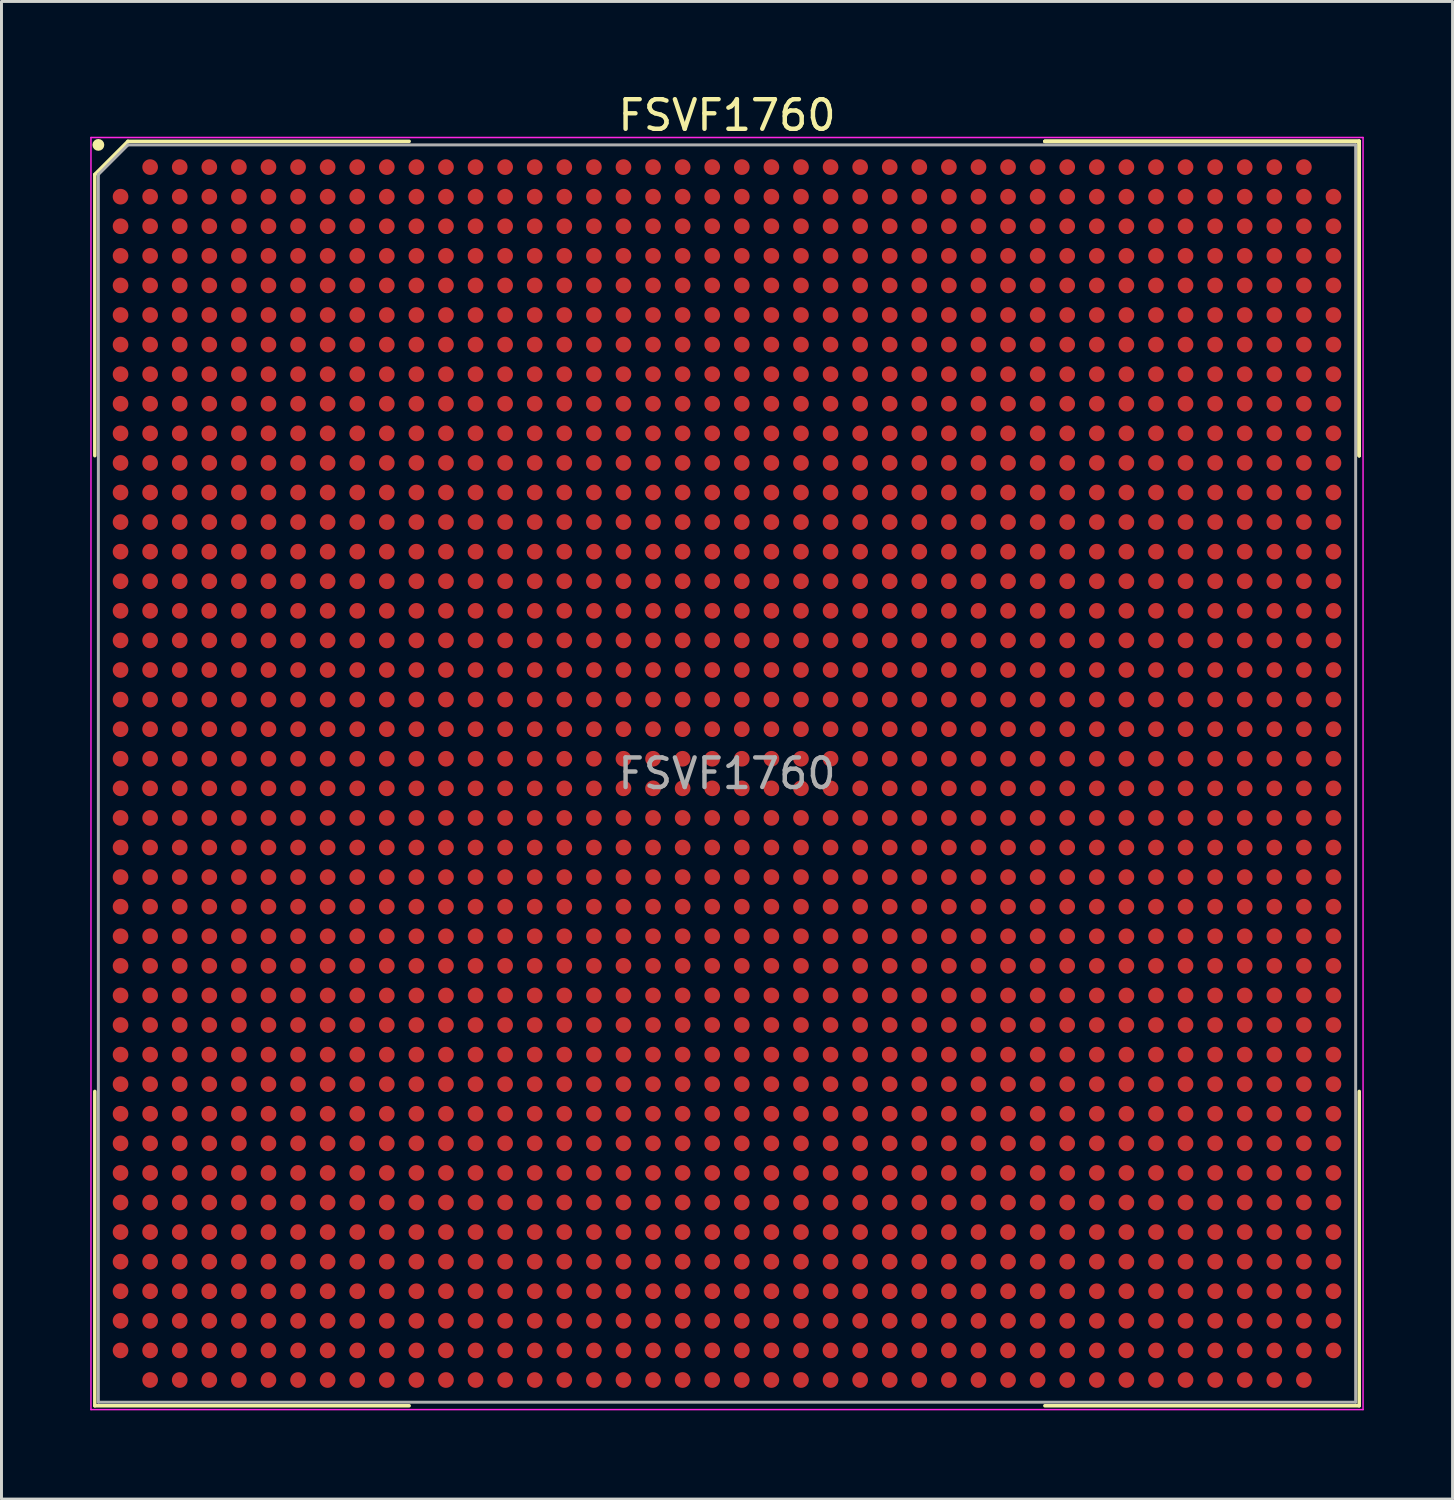
<source format=kicad_pcb>
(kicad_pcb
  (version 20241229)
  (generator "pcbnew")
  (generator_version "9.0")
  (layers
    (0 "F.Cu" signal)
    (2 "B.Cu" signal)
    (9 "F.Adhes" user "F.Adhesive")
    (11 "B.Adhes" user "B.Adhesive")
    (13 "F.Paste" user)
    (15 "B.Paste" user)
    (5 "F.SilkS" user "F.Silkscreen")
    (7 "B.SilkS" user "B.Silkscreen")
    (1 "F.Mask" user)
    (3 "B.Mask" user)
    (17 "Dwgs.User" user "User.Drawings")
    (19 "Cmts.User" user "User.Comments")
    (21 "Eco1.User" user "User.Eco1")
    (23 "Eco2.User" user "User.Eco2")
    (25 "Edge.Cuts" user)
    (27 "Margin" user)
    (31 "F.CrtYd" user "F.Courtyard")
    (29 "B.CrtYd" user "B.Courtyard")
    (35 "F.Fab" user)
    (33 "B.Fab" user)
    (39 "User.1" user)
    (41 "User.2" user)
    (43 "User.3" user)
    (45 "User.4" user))
  (footprint "FSVF1760"
    (layer "F.Cu")
    (at 21.525 23.098)
    (property "Reference" "FSVF1760" (at 0 -22.25 0) (layer "F.SilkS") (effects (font (size 1 1) (thickness 0.15))))
    (attr smd)
    (fp_line (start -21.37 -20.25) (end -21.37 -10.745) (stroke (width 0.12) (type solid)) (layer "F.SilkS"))
    (fp_line (start -21.37 21.37) (end -21.37 10.745) (stroke (width 0.12) (type solid)) (layer "F.SilkS"))
    (fp_line (start -20.25 -21.37) (end -21.37 -20.25) (stroke (width 0.12) (type solid)) (layer "F.SilkS"))
    (fp_line (start -10.745 -21.37) (end -20.25 -21.37) (stroke (width 0.12) (type solid)) (layer "F.SilkS"))
    (fp_line (start -10.745 21.37) (end -21.37 21.37) (stroke (width 0.12) (type solid)) (layer "F.SilkS"))
    (fp_line (start 10.745 -21.37) (end 21.37 -21.37) (stroke (width 0.12) (type solid)) (layer "F.SilkS"))
    (fp_line (start 10.745 -21.37) (end 21.37 -21.37) (stroke (width 0.12) (type solid)) (layer "F.SilkS"))
    (fp_line (start 10.745 -21.37) (end 21.37 -21.37) (stroke (width 0.12) (type solid)) (layer "F.SilkS"))
    (fp_line (start 10.745 21.37) (end 21.37 21.37) (stroke (width 0.12) (type solid)) (layer "F.SilkS"))
    (fp_line (start 21.37 -21.37) (end 21.37 -10.745) (stroke (width 0.12) (type solid)) (layer "F.SilkS"))
    (fp_line (start 21.37 -21.37) (end 21.37 -10.745) (stroke (width 0.12) (type solid)) (layer "F.SilkS"))
    (fp_line (start 21.37 -21.37) (end 21.37 -10.745) (stroke (width 0.12) (type solid)) (layer "F.SilkS"))
    (fp_line (start 21.37 21.37) (end 21.37 10.745) (stroke (width 0.12) (type solid)) (layer "F.SilkS"))
    (fp_circle (center -21.25 -21.25) (end -21.25 -21.15) (stroke (width 0.2) (type solid)) (fill no) (layer "F.SilkS"))
    (fp_line (start -21.5 -21.5) (end 21.5 -21.5) (stroke (width 0.05) (type solid)) (layer "F.CrtYd"))
    (fp_line (start -21.5 21.5) (end -21.5 -21.5) (stroke (width 0.05) (type solid)) (layer "F.CrtYd"))
    (fp_line (start 21.5 -21.5) (end 21.5 21.5) (stroke (width 0.05) (type solid)) (layer "F.CrtYd"))
    (fp_line (start 21.5 21.5) (end -21.5 21.5) (stroke (width 0.05) (type solid)) (layer "F.CrtYd"))
    (fp_line (start -21.25 -20.25) (end -21.25 21.25) (stroke (width 0.1) (type solid)) (layer "F.Fab"))
    (fp_line (start -21.25 21.25) (end 21.25 21.25) (stroke (width 0.1) (type solid)) (layer "F.Fab"))
    (fp_line (start -20.25 -21.25) (end -21.25 -20.25) (stroke (width 0.1) (type solid)) (layer "F.Fab"))
    (fp_line (start 21.25 -21.25) (end -20.25 -21.25) (stroke (width 0.1) (type solid)) (layer "F.Fab"))
    (fp_line (start 21.25 21.25) (end 21.25 -21.25) (stroke (width 0.1) (type solid)) (layer "F.Fab"))
    (fp_text user "${REFERENCE}" (at 0 0 0) (layer "F.Fab") (effects (font (size 1 1) (thickness 0.15))))
    (pad "A2" smd circle (at -19.5 -20.5) (size 0.53 0.53) (layers "F.Cu" "F.Mask" "F.Paste"))
    (pad "A3" smd circle (at -18.5 -20.5) (size 0.53 0.53) (layers "F.Cu" "F.Mask" "F.Paste"))
    (pad "A4" smd circle (at -17.5 -20.5) (size 0.53 0.53) (layers "F.Cu" "F.Mask" "F.Paste"))
    (pad "A5" smd circle (at -16.5 -20.5) (size 0.53 0.53) (layers "F.Cu" "F.Mask" "F.Paste"))
    (pad "A6" smd circle (at -15.5 -20.5) (size 0.53 0.53) (layers "F.Cu" "F.Mask" "F.Paste"))
    (pad "A7" smd circle (at -14.5 -20.5) (size 0.53 0.53) (layers "F.Cu" "F.Mask" "F.Paste"))
    (pad "A8" smd circle (at -13.5 -20.5) (size 0.53 0.53) (layers "F.Cu" "F.Mask" "F.Paste"))
    (pad "A9" smd circle (at -12.5 -20.5) (size 0.53 0.53) (layers "F.Cu" "F.Mask" "F.Paste"))
    (pad "A10" smd circle (at -11.5 -20.5) (size 0.53 0.53) (layers "F.Cu" "F.Mask" "F.Paste"))
    (pad "A11" smd circle (at -10.5 -20.5) (size 0.53 0.53) (layers "F.Cu" "F.Mask" "F.Paste"))
    (pad "A12" smd circle (at -9.5 -20.5) (size 0.53 0.53) (layers "F.Cu" "F.Mask" "F.Paste"))
    (pad "A13" smd circle (at -8.5 -20.5) (size 0.53 0.53) (layers "F.Cu" "F.Mask" "F.Paste"))
    (pad "A14" smd circle (at -7.5 -20.5) (size 0.53 0.53) (layers "F.Cu" "F.Mask" "F.Paste"))
    (pad "A15" smd circle (at -6.5 -20.5) (size 0.53 0.53) (layers "F.Cu" "F.Mask" "F.Paste"))
    (pad "A16" smd circle (at -5.5 -20.5) (size 0.53 0.53) (layers "F.Cu" "F.Mask" "F.Paste"))
    (pad "A17" smd circle (at -4.5 -20.5) (size 0.53 0.53) (layers "F.Cu" "F.Mask" "F.Paste"))
    (pad "A18" smd circle (at -3.5 -20.5) (size 0.53 0.53) (layers "F.Cu" "F.Mask" "F.Paste"))
    (pad "A19" smd circle (at -2.5 -20.5) (size 0.53 0.53) (layers "F.Cu" "F.Mask" "F.Paste"))
    (pad "A20" smd circle (at -1.5 -20.5) (size 0.53 0.53) (layers "F.Cu" "F.Mask" "F.Paste"))
    (pad "A21" smd circle (at -0.5 -20.5) (size 0.53 0.53) (layers "F.Cu" "F.Mask" "F.Paste"))
    (pad "A22" smd circle (at 0.5 -20.5) (size 0.53 0.53) (layers "F.Cu" "F.Mask" "F.Paste"))
    (pad "A23" smd circle (at 1.5 -20.5) (size 0.53 0.53) (layers "F.Cu" "F.Mask" "F.Paste"))
    (pad "A24" smd circle (at 2.5 -20.5) (size 0.53 0.53) (layers "F.Cu" "F.Mask" "F.Paste"))
    (pad "A25" smd circle (at 3.5 -20.5) (size 0.53 0.53) (layers "F.Cu" "F.Mask" "F.Paste"))
    (pad "A26" smd circle (at 4.5 -20.5) (size 0.53 0.53) (layers "F.Cu" "F.Mask" "F.Paste"))
    (pad "A27" smd circle (at 5.5 -20.5) (size 0.53 0.53) (layers "F.Cu" "F.Mask" "F.Paste"))
    (pad "A28" smd circle (at 6.5 -20.5) (size 0.53 0.53) (layers "F.Cu" "F.Mask" "F.Paste"))
    (pad "A29" smd circle (at 7.5 -20.5) (size 0.53 0.53) (layers "F.Cu" "F.Mask" "F.Paste"))
    (pad "A30" smd circle (at 8.5 -20.5) (size 0.53 0.53) (layers "F.Cu" "F.Mask" "F.Paste"))
    (pad "A31" smd circle (at 9.5 -20.5) (size 0.53 0.53) (layers "F.Cu" "F.Mask" "F.Paste"))
    (pad "A32" smd circle (at 10.5 -20.5) (size 0.53 0.53) (layers "F.Cu" "F.Mask" "F.Paste"))
    (pad "A33" smd circle (at 11.5 -20.5) (size 0.53 0.53) (layers "F.Cu" "F.Mask" "F.Paste"))
    (pad "A34" smd circle (at 12.5 -20.5) (size 0.53 0.53) (layers "F.Cu" "F.Mask" "F.Paste"))
    (pad "A35" smd circle (at 13.5 -20.5) (size 0.53 0.53) (layers "F.Cu" "F.Mask" "F.Paste"))
    (pad "A36" smd circle (at 14.5 -20.5) (size 0.53 0.53) (layers "F.Cu" "F.Mask" "F.Paste"))
    (pad "A37" smd circle (at 15.5 -20.5) (size 0.53 0.53) (layers "F.Cu" "F.Mask" "F.Paste"))
    (pad "A38" smd circle (at 16.5 -20.5) (size 0.53 0.53) (layers "F.Cu" "F.Mask" "F.Paste"))
    (pad "A39" smd circle (at 17.5 -20.5) (size 0.53 0.53) (layers "F.Cu" "F.Mask" "F.Paste"))
    (pad "A40" smd circle (at 18.5 -20.5) (size 0.53 0.53) (layers "F.Cu" "F.Mask" "F.Paste"))
    (pad "A41" smd circle (at 19.5 -20.5) (size 0.53 0.53) (layers "F.Cu" "F.Mask" "F.Paste"))
    (pad "AA1" smd circle (at -20.5 -0.5) (size 0.53 0.53) (layers "F.Cu" "F.Mask" "F.Paste"))
    (pad "AA2" smd circle (at -19.5 -0.5) (size 0.53 0.53) (layers "F.Cu" "F.Mask" "F.Paste"))
    (pad "AA3" smd circle (at -18.5 -0.5) (size 0.53 0.53) (layers "F.Cu" "F.Mask" "F.Paste"))
    (pad "AA4" smd circle (at -17.5 -0.5) (size 0.53 0.53) (layers "F.Cu" "F.Mask" "F.Paste"))
    (pad "AA5" smd circle (at -16.5 -0.5) (size 0.53 0.53) (layers "F.Cu" "F.Mask" "F.Paste"))
    (pad "AA6" smd circle (at -15.5 -0.5) (size 0.53 0.53) (layers "F.Cu" "F.Mask" "F.Paste"))
    (pad "AA7" smd circle (at -14.5 -0.5) (size 0.53 0.53) (layers "F.Cu" "F.Mask" "F.Paste"))
    (pad "AA8" smd circle (at -13.5 -0.5) (size 0.53 0.53) (layers "F.Cu" "F.Mask" "F.Paste"))
    (pad "AA9" smd circle (at -12.5 -0.5) (size 0.53 0.53) (layers "F.Cu" "F.Mask" "F.Paste"))
    (pad "AA10" smd circle (at -11.5 -0.5) (size 0.53 0.53) (layers "F.Cu" "F.Mask" "F.Paste"))
    (pad "AA11" smd circle (at -10.5 -0.5) (size 0.53 0.53) (layers "F.Cu" "F.Mask" "F.Paste"))
    (pad "AA12" smd circle (at -9.5 -0.5) (size 0.53 0.53) (layers "F.Cu" "F.Mask" "F.Paste"))
    (pad "AA13" smd circle (at -8.5 -0.5) (size 0.53 0.53) (layers "F.Cu" "F.Mask" "F.Paste"))
    (pad "AA14" smd circle (at -7.5 -0.5) (size 0.53 0.53) (layers "F.Cu" "F.Mask" "F.Paste"))
    (pad "AA15" smd circle (at -6.5 -0.5) (size 0.53 0.53) (layers "F.Cu" "F.Mask" "F.Paste"))
    (pad "AA16" smd circle (at -5.5 -0.5) (size 0.53 0.53) (layers "F.Cu" "F.Mask" "F.Paste"))
    (pad "AA17" smd circle (at -4.5 -0.5) (size 0.53 0.53) (layers "F.Cu" "F.Mask" "F.Paste"))
    (pad "AA18" smd circle (at -3.5 -0.5) (size 0.53 0.53) (layers "F.Cu" "F.Mask" "F.Paste"))
    (pad "AA19" smd circle (at -2.5 -0.5) (size 0.53 0.53) (layers "F.Cu" "F.Mask" "F.Paste"))
    (pad "AA20" smd circle (at -1.5 -0.5) (size 0.53 0.53) (layers "F.Cu" "F.Mask" "F.Paste"))
    (pad "AA21" smd circle (at -0.5 -0.5) (size 0.53 0.53) (layers "F.Cu" "F.Mask" "F.Paste"))
    (pad "AA22" smd circle (at 0.5 -0.5) (size 0.53 0.53) (layers "F.Cu" "F.Mask" "F.Paste"))
    (pad "AA23" smd circle (at 1.5 -0.5) (size 0.53 0.53) (layers "F.Cu" "F.Mask" "F.Paste"))
    (pad "AA24" smd circle (at 2.5 -0.5) (size 0.53 0.53) (layers "F.Cu" "F.Mask" "F.Paste"))
    (pad "AA25" smd circle (at 3.5 -0.5) (size 0.53 0.53) (layers "F.Cu" "F.Mask" "F.Paste"))
    (pad "AA26" smd circle (at 4.5 -0.5) (size 0.53 0.53) (layers "F.Cu" "F.Mask" "F.Paste"))
    (pad "AA27" smd circle (at 5.5 -0.5) (size 0.53 0.53) (layers "F.Cu" "F.Mask" "F.Paste"))
    (pad "AA28" smd circle (at 6.5 -0.5) (size 0.53 0.53) (layers "F.Cu" "F.Mask" "F.Paste"))
    (pad "AA29" smd circle (at 7.5 -0.5) (size 0.53 0.53) (layers "F.Cu" "F.Mask" "F.Paste"))
    (pad "AA30" smd circle (at 8.5 -0.5) (size 0.53 0.53) (layers "F.Cu" "F.Mask" "F.Paste"))
    (pad "AA31" smd circle (at 9.5 -0.5) (size 0.53 0.53) (layers "F.Cu" "F.Mask" "F.Paste"))
    (pad "AA32" smd circle (at 10.5 -0.5) (size 0.53 0.53) (layers "F.Cu" "F.Mask" "F.Paste"))
    (pad "AA33" smd circle (at 11.5 -0.5) (size 0.53 0.53) (layers "F.Cu" "F.Mask" "F.Paste"))
    (pad "AA34" smd circle (at 12.5 -0.5) (size 0.53 0.53) (layers "F.Cu" "F.Mask" "F.Paste"))
    (pad "AA35" smd circle (at 13.5 -0.5) (size 0.53 0.53) (layers "F.Cu" "F.Mask" "F.Paste"))
    (pad "AA36" smd circle (at 14.5 -0.5) (size 0.53 0.53) (layers "F.Cu" "F.Mask" "F.Paste"))
    (pad "AA37" smd circle (at 15.5 -0.5) (size 0.53 0.53) (layers "F.Cu" "F.Mask" "F.Paste"))
    (pad "AA38" smd circle (at 16.5 -0.5) (size 0.53 0.53) (layers "F.Cu" "F.Mask" "F.Paste"))
    (pad "AA39" smd circle (at 17.5 -0.5) (size 0.53 0.53) (layers "F.Cu" "F.Mask" "F.Paste"))
    (pad "AA40" smd circle (at 18.5 -0.5) (size 0.53 0.53) (layers "F.Cu" "F.Mask" "F.Paste"))
    (pad "AA41" smd circle (at 19.5 -0.5) (size 0.53 0.53) (layers "F.Cu" "F.Mask" "F.Paste"))
    (pad "AA42" smd circle (at 20.5 -0.5) (size 0.53 0.53) (layers "F.Cu" "F.Mask" "F.Paste"))
    (pad "AB1" smd circle (at -20.5 0.5) (size 0.53 0.53) (layers "F.Cu" "F.Mask" "F.Paste"))
    (pad "AB2" smd circle (at -19.5 0.5) (size 0.53 0.53) (layers "F.Cu" "F.Mask" "F.Paste"))
    (pad "AB3" smd circle (at -18.5 0.5) (size 0.53 0.53) (layers "F.Cu" "F.Mask" "F.Paste"))
    (pad "AB4" smd circle (at -17.5 0.5) (size 0.53 0.53) (layers "F.Cu" "F.Mask" "F.Paste"))
    (pad "AB5" smd circle (at -16.5 0.5) (size 0.53 0.53) (layers "F.Cu" "F.Mask" "F.Paste"))
    (pad "AB6" smd circle (at -15.5 0.5) (size 0.53 0.53) (layers "F.Cu" "F.Mask" "F.Paste"))
    (pad "AB7" smd circle (at -14.5 0.5) (size 0.53 0.53) (layers "F.Cu" "F.Mask" "F.Paste"))
    (pad "AB8" smd circle (at -13.5 0.5) (size 0.53 0.53) (layers "F.Cu" "F.Mask" "F.Paste"))
    (pad "AB9" smd circle (at -12.5 0.5) (size 0.53 0.53) (layers "F.Cu" "F.Mask" "F.Paste"))
    (pad "AB10" smd circle (at -11.5 0.5) (size 0.53 0.53) (layers "F.Cu" "F.Mask" "F.Paste"))
    (pad "AB11" smd circle (at -10.5 0.5) (size 0.53 0.53) (layers "F.Cu" "F.Mask" "F.Paste"))
    (pad "AB12" smd circle (at -9.5 0.5) (size 0.53 0.53) (layers "F.Cu" "F.Mask" "F.Paste"))
    (pad "AB13" smd circle (at -8.5 0.5) (size 0.53 0.53) (layers "F.Cu" "F.Mask" "F.Paste"))
    (pad "AB14" smd circle (at -7.5 0.5) (size 0.53 0.53) (layers "F.Cu" "F.Mask" "F.Paste"))
    (pad "AB15" smd circle (at -6.5 0.5) (size 0.53 0.53) (layers "F.Cu" "F.Mask" "F.Paste"))
    (pad "AB16" smd circle (at -5.5 0.5) (size 0.53 0.53) (layers "F.Cu" "F.Mask" "F.Paste"))
    (pad "AB17" smd circle (at -4.5 0.5) (size 0.53 0.53) (layers "F.Cu" "F.Mask" "F.Paste"))
    (pad "AB18" smd circle (at -3.5 0.5) (size 0.53 0.53) (layers "F.Cu" "F.Mask" "F.Paste"))
    (pad "AB19" smd circle (at -2.5 0.5) (size 0.53 0.53) (layers "F.Cu" "F.Mask" "F.Paste"))
    (pad "AB20" smd circle (at -1.5 0.5) (size 0.53 0.53) (layers "F.Cu" "F.Mask" "F.Paste"))
    (pad "AB21" smd circle (at -0.5 0.5) (size 0.53 0.53) (layers "F.Cu" "F.Mask" "F.Paste"))
    (pad "AB22" smd circle (at 0.5 0.5) (size 0.53 0.53) (layers "F.Cu" "F.Mask" "F.Paste"))
    (pad "AB23" smd circle (at 1.5 0.5) (size 0.53 0.53) (layers "F.Cu" "F.Mask" "F.Paste"))
    (pad "AB24" smd circle (at 2.5 0.5) (size 0.53 0.53) (layers "F.Cu" "F.Mask" "F.Paste"))
    (pad "AB25" smd circle (at 3.5 0.5) (size 0.53 0.53) (layers "F.Cu" "F.Mask" "F.Paste"))
    (pad "AB26" smd circle (at 4.5 0.5) (size 0.53 0.53) (layers "F.Cu" "F.Mask" "F.Paste"))
    (pad "AB27" smd circle (at 5.5 0.5) (size 0.53 0.53) (layers "F.Cu" "F.Mask" "F.Paste"))
    (pad "AB28" smd circle (at 6.5 0.5) (size 0.53 0.53) (layers "F.Cu" "F.Mask" "F.Paste"))
    (pad "AB29" smd circle (at 7.5 0.5) (size 0.53 0.53) (layers "F.Cu" "F.Mask" "F.Paste"))
    (pad "AB30" smd circle (at 8.5 0.5) (size 0.53 0.53) (layers "F.Cu" "F.Mask" "F.Paste"))
    (pad "AB31" smd circle (at 9.5 0.5) (size 0.53 0.53) (layers "F.Cu" "F.Mask" "F.Paste"))
    (pad "AB32" smd circle (at 10.5 0.5) (size 0.53 0.53) (layers "F.Cu" "F.Mask" "F.Paste"))
    (pad "AB33" smd circle (at 11.5 0.5) (size 0.53 0.53) (layers "F.Cu" "F.Mask" "F.Paste"))
    (pad "AB34" smd circle (at 12.5 0.5) (size 0.53 0.53) (layers "F.Cu" "F.Mask" "F.Paste"))
    (pad "AB35" smd circle (at 13.5 0.5) (size 0.53 0.53) (layers "F.Cu" "F.Mask" "F.Paste"))
    (pad "AB36" smd circle (at 14.5 0.5) (size 0.53 0.53) (layers "F.Cu" "F.Mask" "F.Paste"))
    (pad "AB37" smd circle (at 15.5 0.5) (size 0.53 0.53) (layers "F.Cu" "F.Mask" "F.Paste"))
    (pad "AB38" smd circle (at 16.5 0.5) (size 0.53 0.53) (layers "F.Cu" "F.Mask" "F.Paste"))
    (pad "AB39" smd circle (at 17.5 0.5) (size 0.53 0.53) (layers "F.Cu" "F.Mask" "F.Paste"))
    (pad "AB40" smd circle (at 18.5 0.5) (size 0.53 0.53) (layers "F.Cu" "F.Mask" "F.Paste"))
    (pad "AB41" smd circle (at 19.5 0.5) (size 0.53 0.53) (layers "F.Cu" "F.Mask" "F.Paste"))
    (pad "AB42" smd circle (at 20.5 0.5) (size 0.53 0.53) (layers "F.Cu" "F.Mask" "F.Paste"))
    (pad "AC1" smd circle (at -20.5 1.5) (size 0.53 0.53) (layers "F.Cu" "F.Mask" "F.Paste"))
    (pad "AC2" smd circle (at -19.5 1.5) (size 0.53 0.53) (layers "F.Cu" "F.Mask" "F.Paste"))
    (pad "AC3" smd circle (at -18.5 1.5) (size 0.53 0.53) (layers "F.Cu" "F.Mask" "F.Paste"))
    (pad "AC4" smd circle (at -17.5 1.5) (size 0.53 0.53) (layers "F.Cu" "F.Mask" "F.Paste"))
    (pad "AC5" smd circle (at -16.5 1.5) (size 0.53 0.53) (layers "F.Cu" "F.Mask" "F.Paste"))
    (pad "AC6" smd circle (at -15.5 1.5) (size 0.53 0.53) (layers "F.Cu" "F.Mask" "F.Paste"))
    (pad "AC7" smd circle (at -14.5 1.5) (size 0.53 0.53) (layers "F.Cu" "F.Mask" "F.Paste"))
    (pad "AC8" smd circle (at -13.5 1.5) (size 0.53 0.53) (layers "F.Cu" "F.Mask" "F.Paste"))
    (pad "AC9" smd circle (at -12.5 1.5) (size 0.53 0.53) (layers "F.Cu" "F.Mask" "F.Paste"))
    (pad "AC10" smd circle (at -11.5 1.5) (size 0.53 0.53) (layers "F.Cu" "F.Mask" "F.Paste"))
    (pad "AC11" smd circle (at -10.5 1.5) (size 0.53 0.53) (layers "F.Cu" "F.Mask" "F.Paste"))
    (pad "AC12" smd circle (at -9.5 1.5) (size 0.53 0.53) (layers "F.Cu" "F.Mask" "F.Paste"))
    (pad "AC13" smd circle (at -8.5 1.5) (size 0.53 0.53) (layers "F.Cu" "F.Mask" "F.Paste"))
    (pad "AC14" smd circle (at -7.5 1.5) (size 0.53 0.53) (layers "F.Cu" "F.Mask" "F.Paste"))
    (pad "AC15" smd circle (at -6.5 1.5) (size 0.53 0.53) (layers "F.Cu" "F.Mask" "F.Paste"))
    (pad "AC16" smd circle (at -5.5 1.5) (size 0.53 0.53) (layers "F.Cu" "F.Mask" "F.Paste"))
    (pad "AC17" smd circle (at -4.5 1.5) (size 0.53 0.53) (layers "F.Cu" "F.Mask" "F.Paste"))
    (pad "AC18" smd circle (at -3.5 1.5) (size 0.53 0.53) (layers "F.Cu" "F.Mask" "F.Paste"))
    (pad "AC19" smd circle (at -2.5 1.5) (size 0.53 0.53) (layers "F.Cu" "F.Mask" "F.Paste"))
    (pad "AC20" smd circle (at -1.5 1.5) (size 0.53 0.53) (layers "F.Cu" "F.Mask" "F.Paste"))
    (pad "AC21" smd circle (at -0.5 1.5) (size 0.53 0.53) (layers "F.Cu" "F.Mask" "F.Paste"))
    (pad "AC22" smd circle (at 0.5 1.5) (size 0.53 0.53) (layers "F.Cu" "F.Mask" "F.Paste"))
    (pad "AC23" smd circle (at 1.5 1.5) (size 0.53 0.53) (layers "F.Cu" "F.Mask" "F.Paste"))
    (pad "AC24" smd circle (at 2.5 1.5) (size 0.53 0.53) (layers "F.Cu" "F.Mask" "F.Paste"))
    (pad "AC25" smd circle (at 3.5 1.5) (size 0.53 0.53) (layers "F.Cu" "F.Mask" "F.Paste"))
    (pad "AC26" smd circle (at 4.5 1.5) (size 0.53 0.53) (layers "F.Cu" "F.Mask" "F.Paste"))
    (pad "AC27" smd circle (at 5.5 1.5) (size 0.53 0.53) (layers "F.Cu" "F.Mask" "F.Paste"))
    (pad "AC28" smd circle (at 6.5 1.5) (size 0.53 0.53) (layers "F.Cu" "F.Mask" "F.Paste"))
    (pad "AC29" smd circle (at 7.5 1.5) (size 0.53 0.53) (layers "F.Cu" "F.Mask" "F.Paste"))
    (pad "AC30" smd circle (at 8.5 1.5) (size 0.53 0.53) (layers "F.Cu" "F.Mask" "F.Paste"))
    (pad "AC31" smd circle (at 9.5 1.5) (size 0.53 0.53) (layers "F.Cu" "F.Mask" "F.Paste"))
    (pad "AC32" smd circle (at 10.5 1.5) (size 0.53 0.53) (layers "F.Cu" "F.Mask" "F.Paste"))
    (pad "AC33" smd circle (at 11.5 1.5) (size 0.53 0.53) (layers "F.Cu" "F.Mask" "F.Paste"))
    (pad "AC34" smd circle (at 12.5 1.5) (size 0.53 0.53) (layers "F.Cu" "F.Mask" "F.Paste"))
    (pad "AC35" smd circle (at 13.5 1.5) (size 0.53 0.53) (layers "F.Cu" "F.Mask" "F.Paste"))
    (pad "AC36" smd circle (at 14.5 1.5) (size 0.53 0.53) (layers "F.Cu" "F.Mask" "F.Paste"))
    (pad "AC37" smd circle (at 15.5 1.5) (size 0.53 0.53) (layers "F.Cu" "F.Mask" "F.Paste"))
    (pad "AC38" smd circle (at 16.5 1.5) (size 0.53 0.53) (layers "F.Cu" "F.Mask" "F.Paste"))
    (pad "AC39" smd circle (at 17.5 1.5) (size 0.53 0.53) (layers "F.Cu" "F.Mask" "F.Paste"))
    (pad "AC40" smd circle (at 18.5 1.5) (size 0.53 0.53) (layers "F.Cu" "F.Mask" "F.Paste"))
    (pad "AC41" smd circle (at 19.5 1.5) (size 0.53 0.53) (layers "F.Cu" "F.Mask" "F.Paste"))
    (pad "AC42" smd circle (at 20.5 1.5) (size 0.53 0.53) (layers "F.Cu" "F.Mask" "F.Paste"))
    (pad "AD1" smd circle (at -20.5 2.5) (size 0.53 0.53) (layers "F.Cu" "F.Mask" "F.Paste"))
    (pad "AD2" smd circle (at -19.5 2.5) (size 0.53 0.53) (layers "F.Cu" "F.Mask" "F.Paste"))
    (pad "AD3" smd circle (at -18.5 2.5) (size 0.53 0.53) (layers "F.Cu" "F.Mask" "F.Paste"))
    (pad "AD4" smd circle (at -17.5 2.5) (size 0.53 0.53) (layers "F.Cu" "F.Mask" "F.Paste"))
    (pad "AD5" smd circle (at -16.5 2.5) (size 0.53 0.53) (layers "F.Cu" "F.Mask" "F.Paste"))
    (pad "AD6" smd circle (at -15.5 2.5) (size 0.53 0.53) (layers "F.Cu" "F.Mask" "F.Paste"))
    (pad "AD7" smd circle (at -14.5 2.5) (size 0.53 0.53) (layers "F.Cu" "F.Mask" "F.Paste"))
    (pad "AD8" smd circle (at -13.5 2.5) (size 0.53 0.53) (layers "F.Cu" "F.Mask" "F.Paste"))
    (pad "AD9" smd circle (at -12.5 2.5) (size 0.53 0.53) (layers "F.Cu" "F.Mask" "F.Paste"))
    (pad "AD10" smd circle (at -11.5 2.5) (size 0.53 0.53) (layers "F.Cu" "F.Mask" "F.Paste"))
    (pad "AD11" smd circle (at -10.5 2.5) (size 0.53 0.53) (layers "F.Cu" "F.Mask" "F.Paste"))
    (pad "AD12" smd circle (at -9.5 2.5) (size 0.53 0.53) (layers "F.Cu" "F.Mask" "F.Paste"))
    (pad "AD13" smd circle (at -8.5 2.5) (size 0.53 0.53) (layers "F.Cu" "F.Mask" "F.Paste"))
    (pad "AD14" smd circle (at -7.5 2.5) (size 0.53 0.53) (layers "F.Cu" "F.Mask" "F.Paste"))
    (pad "AD15" smd circle (at -6.5 2.5) (size 0.53 0.53) (layers "F.Cu" "F.Mask" "F.Paste"))
    (pad "AD16" smd circle (at -5.5 2.5) (size 0.53 0.53) (layers "F.Cu" "F.Mask" "F.Paste"))
    (pad "AD17" smd circle (at -4.5 2.5) (size 0.53 0.53) (layers "F.Cu" "F.Mask" "F.Paste"))
    (pad "AD18" smd circle (at -3.5 2.5) (size 0.53 0.53) (layers "F.Cu" "F.Mask" "F.Paste"))
    (pad "AD19" smd circle (at -2.5 2.5) (size 0.53 0.53) (layers "F.Cu" "F.Mask" "F.Paste"))
    (pad "AD20" smd circle (at -1.5 2.5) (size 0.53 0.53) (layers "F.Cu" "F.Mask" "F.Paste"))
    (pad "AD21" smd circle (at -0.5 2.5) (size 0.53 0.53) (layers "F.Cu" "F.Mask" "F.Paste"))
    (pad "AD22" smd circle (at 0.5 2.5) (size 0.53 0.53) (layers "F.Cu" "F.Mask" "F.Paste"))
    (pad "AD23" smd circle (at 1.5 2.5) (size 0.53 0.53) (layers "F.Cu" "F.Mask" "F.Paste"))
    (pad "AD24" smd circle (at 2.5 2.5) (size 0.53 0.53) (layers "F.Cu" "F.Mask" "F.Paste"))
    (pad "AD25" smd circle (at 3.5 2.5) (size 0.53 0.53) (layers "F.Cu" "F.Mask" "F.Paste"))
    (pad "AD26" smd circle (at 4.5 2.5) (size 0.53 0.53) (layers "F.Cu" "F.Mask" "F.Paste"))
    (pad "AD27" smd circle (at 5.5 2.5) (size 0.53 0.53) (layers "F.Cu" "F.Mask" "F.Paste"))
    (pad "AD28" smd circle (at 6.5 2.5) (size 0.53 0.53) (layers "F.Cu" "F.Mask" "F.Paste"))
    (pad "AD29" smd circle (at 7.5 2.5) (size 0.53 0.53) (layers "F.Cu" "F.Mask" "F.Paste"))
    (pad "AD30" smd circle (at 8.5 2.5) (size 0.53 0.53) (layers "F.Cu" "F.Mask" "F.Paste"))
    (pad "AD31" smd circle (at 9.5 2.5) (size 0.53 0.53) (layers "F.Cu" "F.Mask" "F.Paste"))
    (pad "AD32" smd circle (at 10.5 2.5) (size 0.53 0.53) (layers "F.Cu" "F.Mask" "F.Paste"))
    (pad "AD33" smd circle (at 11.5 2.5) (size 0.53 0.53) (layers "F.Cu" "F.Mask" "F.Paste"))
    (pad "AD34" smd circle (at 12.5 2.5) (size 0.53 0.53) (layers "F.Cu" "F.Mask" "F.Paste"))
    (pad "AD35" smd circle (at 13.5 2.5) (size 0.53 0.53) (layers "F.Cu" "F.Mask" "F.Paste"))
    (pad "AD36" smd circle (at 14.5 2.5) (size 0.53 0.53) (layers "F.Cu" "F.Mask" "F.Paste"))
    (pad "AD37" smd circle (at 15.5 2.5) (size 0.53 0.53) (layers "F.Cu" "F.Mask" "F.Paste"))
    (pad "AD38" smd circle (at 16.5 2.5) (size 0.53 0.53) (layers "F.Cu" "F.Mask" "F.Paste"))
    (pad "AD39" smd circle (at 17.5 2.5) (size 0.53 0.53) (layers "F.Cu" "F.Mask" "F.Paste"))
    (pad "AD40" smd circle (at 18.5 2.5) (size 0.53 0.53) (layers "F.Cu" "F.Mask" "F.Paste"))
    (pad "AD41" smd circle (at 19.5 2.5) (size 0.53 0.53) (layers "F.Cu" "F.Mask" "F.Paste"))
    (pad "AD42" smd circle (at 20.5 2.5) (size 0.53 0.53) (layers "F.Cu" "F.Mask" "F.Paste"))
    (pad "AE1" smd circle (at -20.5 3.5) (size 0.53 0.53) (layers "F.Cu" "F.Mask" "F.Paste"))
    (pad "AE2" smd circle (at -19.5 3.5) (size 0.53 0.53) (layers "F.Cu" "F.Mask" "F.Paste"))
    (pad "AE3" smd circle (at -18.5 3.5) (size 0.53 0.53) (layers "F.Cu" "F.Mask" "F.Paste"))
    (pad "AE4" smd circle (at -17.5 3.5) (size 0.53 0.53) (layers "F.Cu" "F.Mask" "F.Paste"))
    (pad "AE5" smd circle (at -16.5 3.5) (size 0.53 0.53) (layers "F.Cu" "F.Mask" "F.Paste"))
    (pad "AE6" smd circle (at -15.5 3.5) (size 0.53 0.53) (layers "F.Cu" "F.Mask" "F.Paste"))
    (pad "AE7" smd circle (at -14.5 3.5) (size 0.53 0.53) (layers "F.Cu" "F.Mask" "F.Paste"))
    (pad "AE8" smd circle (at -13.5 3.5) (size 0.53 0.53) (layers "F.Cu" "F.Mask" "F.Paste"))
    (pad "AE9" smd circle (at -12.5 3.5) (size 0.53 0.53) (layers "F.Cu" "F.Mask" "F.Paste"))
    (pad "AE10" smd circle (at -11.5 3.5) (size 0.53 0.53) (layers "F.Cu" "F.Mask" "F.Paste"))
    (pad "AE11" smd circle (at -10.5 3.5) (size 0.53 0.53) (layers "F.Cu" "F.Mask" "F.Paste"))
    (pad "AE12" smd circle (at -9.5 3.5) (size 0.53 0.53) (layers "F.Cu" "F.Mask" "F.Paste"))
    (pad "AE13" smd circle (at -8.5 3.5) (size 0.53 0.53) (layers "F.Cu" "F.Mask" "F.Paste"))
    (pad "AE14" smd circle (at -7.5 3.5) (size 0.53 0.53) (layers "F.Cu" "F.Mask" "F.Paste"))
    (pad "AE15" smd circle (at -6.5 3.5) (size 0.53 0.53) (layers "F.Cu" "F.Mask" "F.Paste"))
    (pad "AE16" smd circle (at -5.5 3.5) (size 0.53 0.53) (layers "F.Cu" "F.Mask" "F.Paste"))
    (pad "AE17" smd circle (at -4.5 3.5) (size 0.53 0.53) (layers "F.Cu" "F.Mask" "F.Paste"))
    (pad "AE18" smd circle (at -3.5 3.5) (size 0.53 0.53) (layers "F.Cu" "F.Mask" "F.Paste"))
    (pad "AE19" smd circle (at -2.5 3.5) (size 0.53 0.53) (layers "F.Cu" "F.Mask" "F.Paste"))
    (pad "AE20" smd circle (at -1.5 3.5) (size 0.53 0.53) (layers "F.Cu" "F.Mask" "F.Paste"))
    (pad "AE21" smd circle (at -0.5 3.5) (size 0.53 0.53) (layers "F.Cu" "F.Mask" "F.Paste"))
    (pad "AE22" smd circle (at 0.5 3.5) (size 0.53 0.53) (layers "F.Cu" "F.Mask" "F.Paste"))
    (pad "AE23" smd circle (at 1.5 3.5) (size 0.53 0.53) (layers "F.Cu" "F.Mask" "F.Paste"))
    (pad "AE24" smd circle (at 2.5 3.5) (size 0.53 0.53) (layers "F.Cu" "F.Mask" "F.Paste"))
    (pad "AE25" smd circle (at 3.5 3.5) (size 0.53 0.53) (layers "F.Cu" "F.Mask" "F.Paste"))
    (pad "AE26" smd circle (at 4.5 3.5) (size 0.53 0.53) (layers "F.Cu" "F.Mask" "F.Paste"))
    (pad "AE27" smd circle (at 5.5 3.5) (size 0.53 0.53) (layers "F.Cu" "F.Mask" "F.Paste"))
    (pad "AE28" smd circle (at 6.5 3.5) (size 0.53 0.53) (layers "F.Cu" "F.Mask" "F.Paste"))
    (pad "AE29" smd circle (at 7.5 3.5) (size 0.53 0.53) (layers "F.Cu" "F.Mask" "F.Paste"))
    (pad "AE30" smd circle (at 8.5 3.5) (size 0.53 0.53) (layers "F.Cu" "F.Mask" "F.Paste"))
    (pad "AE31" smd circle (at 9.5 3.5) (size 0.53 0.53) (layers "F.Cu" "F.Mask" "F.Paste"))
    (pad "AE32" smd circle (at 10.5 3.5) (size 0.53 0.53) (layers "F.Cu" "F.Mask" "F.Paste"))
    (pad "AE33" smd circle (at 11.5 3.5) (size 0.53 0.53) (layers "F.Cu" "F.Mask" "F.Paste"))
    (pad "AE34" smd circle (at 12.5 3.5) (size 0.53 0.53) (layers "F.Cu" "F.Mask" "F.Paste"))
    (pad "AE35" smd circle (at 13.5 3.5) (size 0.53 0.53) (layers "F.Cu" "F.Mask" "F.Paste"))
    (pad "AE36" smd circle (at 14.5 3.5) (size 0.53 0.53) (layers "F.Cu" "F.Mask" "F.Paste"))
    (pad "AE37" smd circle (at 15.5 3.5) (size 0.53 0.53) (layers "F.Cu" "F.Mask" "F.Paste"))
    (pad "AE38" smd circle (at 16.5 3.5) (size 0.53 0.53) (layers "F.Cu" "F.Mask" "F.Paste"))
    (pad "AE39" smd circle (at 17.5 3.5) (size 0.53 0.53) (layers "F.Cu" "F.Mask" "F.Paste"))
    (pad "AE40" smd circle (at 18.5 3.5) (size 0.53 0.53) (layers "F.Cu" "F.Mask" "F.Paste"))
    (pad "AE41" smd circle (at 19.5 3.5) (size 0.53 0.53) (layers "F.Cu" "F.Mask" "F.Paste"))
    (pad "AE42" smd circle (at 20.5 3.5) (size 0.53 0.53) (layers "F.Cu" "F.Mask" "F.Paste"))
    (pad "AF1" smd circle (at -20.5 4.5) (size 0.53 0.53) (layers "F.Cu" "F.Mask" "F.Paste"))
    (pad "AF2" smd circle (at -19.5 4.5) (size 0.53 0.53) (layers "F.Cu" "F.Mask" "F.Paste"))
    (pad "AF3" smd circle (at -18.5 4.5) (size 0.53 0.53) (layers "F.Cu" "F.Mask" "F.Paste"))
    (pad "AF4" smd circle (at -17.5 4.5) (size 0.53 0.53) (layers "F.Cu" "F.Mask" "F.Paste"))
    (pad "AF5" smd circle (at -16.5 4.5) (size 0.53 0.53) (layers "F.Cu" "F.Mask" "F.Paste"))
    (pad "AF6" smd circle (at -15.5 4.5) (size 0.53 0.53) (layers "F.Cu" "F.Mask" "F.Paste"))
    (pad "AF7" smd circle (at -14.5 4.5) (size 0.53 0.53) (layers "F.Cu" "F.Mask" "F.Paste"))
    (pad "AF8" smd circle (at -13.5 4.5) (size 0.53 0.53) (layers "F.Cu" "F.Mask" "F.Paste"))
    (pad "AF9" smd circle (at -12.5 4.5) (size 0.53 0.53) (layers "F.Cu" "F.Mask" "F.Paste"))
    (pad "AF10" smd circle (at -11.5 4.5) (size 0.53 0.53) (layers "F.Cu" "F.Mask" "F.Paste"))
    (pad "AF11" smd circle (at -10.5 4.5) (size 0.53 0.53) (layers "F.Cu" "F.Mask" "F.Paste"))
    (pad "AF12" smd circle (at -9.5 4.5) (size 0.53 0.53) (layers "F.Cu" "F.Mask" "F.Paste"))
    (pad "AF13" smd circle (at -8.5 4.5) (size 0.53 0.53) (layers "F.Cu" "F.Mask" "F.Paste"))
    (pad "AF14" smd circle (at -7.5 4.5) (size 0.53 0.53) (layers "F.Cu" "F.Mask" "F.Paste"))
    (pad "AF15" smd circle (at -6.5 4.5) (size 0.53 0.53) (layers "F.Cu" "F.Mask" "F.Paste"))
    (pad "AF16" smd circle (at -5.5 4.5) (size 0.53 0.53) (layers "F.Cu" "F.Mask" "F.Paste"))
    (pad "AF17" smd circle (at -4.5 4.5) (size 0.53 0.53) (layers "F.Cu" "F.Mask" "F.Paste"))
    (pad "AF18" smd circle (at -3.5 4.5) (size 0.53 0.53) (layers "F.Cu" "F.Mask" "F.Paste"))
    (pad "AF19" smd circle (at -2.5 4.5) (size 0.53 0.53) (layers "F.Cu" "F.Mask" "F.Paste"))
    (pad "AF20" smd circle (at -1.5 4.5) (size 0.53 0.53) (layers "F.Cu" "F.Mask" "F.Paste"))
    (pad "AF21" smd circle (at -0.5 4.5) (size 0.53 0.53) (layers "F.Cu" "F.Mask" "F.Paste"))
    (pad "AF22" smd circle (at 0.5 4.5) (size 0.53 0.53) (layers "F.Cu" "F.Mask" "F.Paste"))
    (pad "AF23" smd circle (at 1.5 4.5) (size 0.53 0.53) (layers "F.Cu" "F.Mask" "F.Paste"))
    (pad "AF24" smd circle (at 2.5 4.5) (size 0.53 0.53) (layers "F.Cu" "F.Mask" "F.Paste"))
    (pad "AF25" smd circle (at 3.5 4.5) (size 0.53 0.53) (layers "F.Cu" "F.Mask" "F.Paste"))
    (pad "AF26" smd circle (at 4.5 4.5) (size 0.53 0.53) (layers "F.Cu" "F.Mask" "F.Paste"))
    (pad "AF27" smd circle (at 5.5 4.5) (size 0.53 0.53) (layers "F.Cu" "F.Mask" "F.Paste"))
    (pad "AF28" smd circle (at 6.5 4.5) (size 0.53 0.53) (layers "F.Cu" "F.Mask" "F.Paste"))
    (pad "AF29" smd circle (at 7.5 4.5) (size 0.53 0.53) (layers "F.Cu" "F.Mask" "F.Paste"))
    (pad "AF30" smd circle (at 8.5 4.5) (size 0.53 0.53) (layers "F.Cu" "F.Mask" "F.Paste"))
    (pad "AF31" smd circle (at 9.5 4.5) (size 0.53 0.53) (layers "F.Cu" "F.Mask" "F.Paste"))
    (pad "AF32" smd circle (at 10.5 4.5) (size 0.53 0.53) (layers "F.Cu" "F.Mask" "F.Paste"))
    (pad "AF33" smd circle (at 11.5 4.5) (size 0.53 0.53) (layers "F.Cu" "F.Mask" "F.Paste"))
    (pad "AF34" smd circle (at 12.5 4.5) (size 0.53 0.53) (layers "F.Cu" "F.Mask" "F.Paste"))
    (pad "AF35" smd circle (at 13.5 4.5) (size 0.53 0.53) (layers "F.Cu" "F.Mask" "F.Paste"))
    (pad "AF36" smd circle (at 14.5 4.5) (size 0.53 0.53) (layers "F.Cu" "F.Mask" "F.Paste"))
    (pad "AF37" smd circle (at 15.5 4.5) (size 0.53 0.53) (layers "F.Cu" "F.Mask" "F.Paste"))
    (pad "AF38" smd circle (at 16.5 4.5) (size 0.53 0.53) (layers "F.Cu" "F.Mask" "F.Paste"))
    (pad "AF39" smd circle (at 17.5 4.5) (size 0.53 0.53) (layers "F.Cu" "F.Mask" "F.Paste"))
    (pad "AF40" smd circle (at 18.5 4.5) (size 0.53 0.53) (layers "F.Cu" "F.Mask" "F.Paste"))
    (pad "AF41" smd circle (at 19.5 4.5) (size 0.53 0.53) (layers "F.Cu" "F.Mask" "F.Paste"))
    (pad "AF42" smd circle (at 20.5 4.5) (size 0.53 0.53) (layers "F.Cu" "F.Mask" "F.Paste"))
    (pad "AG1" smd circle (at -20.5 5.5) (size 0.53 0.53) (layers "F.Cu" "F.Mask" "F.Paste"))
    (pad "AG2" smd circle (at -19.5 5.5) (size 0.53 0.53) (layers "F.Cu" "F.Mask" "F.Paste"))
    (pad "AG3" smd circle (at -18.5 5.5) (size 0.53 0.53) (layers "F.Cu" "F.Mask" "F.Paste"))
    (pad "AG4" smd circle (at -17.5 5.5) (size 0.53 0.53) (layers "F.Cu" "F.Mask" "F.Paste"))
    (pad "AG5" smd circle (at -16.5 5.5) (size 0.53 0.53) (layers "F.Cu" "F.Mask" "F.Paste"))
    (pad "AG6" smd circle (at -15.5 5.5) (size 0.53 0.53) (layers "F.Cu" "F.Mask" "F.Paste"))
    (pad "AG7" smd circle (at -14.5 5.5) (size 0.53 0.53) (layers "F.Cu" "F.Mask" "F.Paste"))
    (pad "AG8" smd circle (at -13.5 5.5) (size 0.53 0.53) (layers "F.Cu" "F.Mask" "F.Paste"))
    (pad "AG9" smd circle (at -12.5 5.5) (size 0.53 0.53) (layers "F.Cu" "F.Mask" "F.Paste"))
    (pad "AG10" smd circle (at -11.5 5.5) (size 0.53 0.53) (layers "F.Cu" "F.Mask" "F.Paste"))
    (pad "AG11" smd circle (at -10.5 5.5) (size 0.53 0.53) (layers "F.Cu" "F.Mask" "F.Paste"))
    (pad "AG12" smd circle (at -9.5 5.5) (size 0.53 0.53) (layers "F.Cu" "F.Mask" "F.Paste"))
    (pad "AG13" smd circle (at -8.5 5.5) (size 0.53 0.53) (layers "F.Cu" "F.Mask" "F.Paste"))
    (pad "AG14" smd circle (at -7.5 5.5) (size 0.53 0.53) (layers "F.Cu" "F.Mask" "F.Paste"))
    (pad "AG15" smd circle (at -6.5 5.5) (size 0.53 0.53) (layers "F.Cu" "F.Mask" "F.Paste"))
    (pad "AG16" smd circle (at -5.5 5.5) (size 0.53 0.53) (layers "F.Cu" "F.Mask" "F.Paste"))
    (pad "AG17" smd circle (at -4.5 5.5) (size 0.53 0.53) (layers "F.Cu" "F.Mask" "F.Paste"))
    (pad "AG18" smd circle (at -3.5 5.5) (size 0.53 0.53) (layers "F.Cu" "F.Mask" "F.Paste"))
    (pad "AG19" smd circle (at -2.5 5.5) (size 0.53 0.53) (layers "F.Cu" "F.Mask" "F.Paste"))
    (pad "AG20" smd circle (at -1.5 5.5) (size 0.53 0.53) (layers "F.Cu" "F.Mask" "F.Paste"))
    (pad "AG21" smd circle (at -0.5 5.5) (size 0.53 0.53) (layers "F.Cu" "F.Mask" "F.Paste"))
    (pad "AG22" smd circle (at 0.5 5.5) (size 0.53 0.53) (layers "F.Cu" "F.Mask" "F.Paste"))
    (pad "AG23" smd circle (at 1.5 5.5) (size 0.53 0.53) (layers "F.Cu" "F.Mask" "F.Paste"))
    (pad "AG24" smd circle (at 2.5 5.5) (size 0.53 0.53) (layers "F.Cu" "F.Mask" "F.Paste"))
    (pad "AG25" smd circle (at 3.5 5.5) (size 0.53 0.53) (layers "F.Cu" "F.Mask" "F.Paste"))
    (pad "AG26" smd circle (at 4.5 5.5) (size 0.53 0.53) (layers "F.Cu" "F.Mask" "F.Paste"))
    (pad "AG27" smd circle (at 5.5 5.5) (size 0.53 0.53) (layers "F.Cu" "F.Mask" "F.Paste"))
    (pad "AG28" smd circle (at 6.5 5.5) (size 0.53 0.53) (layers "F.Cu" "F.Mask" "F.Paste"))
    (pad "AG29" smd circle (at 7.5 5.5) (size 0.53 0.53) (layers "F.Cu" "F.Mask" "F.Paste"))
    (pad "AG30" smd circle (at 8.5 5.5) (size 0.53 0.53) (layers "F.Cu" "F.Mask" "F.Paste"))
    (pad "AG31" smd circle (at 9.5 5.5) (size 0.53 0.53) (layers "F.Cu" "F.Mask" "F.Paste"))
    (pad "AG32" smd circle (at 10.5 5.5) (size 0.53 0.53) (layers "F.Cu" "F.Mask" "F.Paste"))
    (pad "AG33" smd circle (at 11.5 5.5) (size 0.53 0.53) (layers "F.Cu" "F.Mask" "F.Paste"))
    (pad "AG34" smd circle (at 12.5 5.5) (size 0.53 0.53) (layers "F.Cu" "F.Mask" "F.Paste"))
    (pad "AG35" smd circle (at 13.5 5.5) (size 0.53 0.53) (layers "F.Cu" "F.Mask" "F.Paste"))
    (pad "AG36" smd circle (at 14.5 5.5) (size 0.53 0.53) (layers "F.Cu" "F.Mask" "F.Paste"))
    (pad "AG37" smd circle (at 15.5 5.5) (size 0.53 0.53) (layers "F.Cu" "F.Mask" "F.Paste"))
    (pad "AG38" smd circle (at 16.5 5.5) (size 0.53 0.53) (layers "F.Cu" "F.Mask" "F.Paste"))
    (pad "AG39" smd circle (at 17.5 5.5) (size 0.53 0.53) (layers "F.Cu" "F.Mask" "F.Paste"))
    (pad "AG40" smd circle (at 18.5 5.5) (size 0.53 0.53) (layers "F.Cu" "F.Mask" "F.Paste"))
    (pad "AG41" smd circle (at 19.5 5.5) (size 0.53 0.53) (layers "F.Cu" "F.Mask" "F.Paste"))
    (pad "AG42" smd circle (at 20.5 5.5) (size 0.53 0.53) (layers "F.Cu" "F.Mask" "F.Paste"))
    (pad "AH1" smd circle (at -20.5 6.5) (size 0.53 0.53) (layers "F.Cu" "F.Mask" "F.Paste"))
    (pad "AH2" smd circle (at -19.5 6.5) (size 0.53 0.53) (layers "F.Cu" "F.Mask" "F.Paste"))
    (pad "AH3" smd circle (at -18.5 6.5) (size 0.53 0.53) (layers "F.Cu" "F.Mask" "F.Paste"))
    (pad "AH4" smd circle (at -17.5 6.5) (size 0.53 0.53) (layers "F.Cu" "F.Mask" "F.Paste"))
    (pad "AH5" smd circle (at -16.5 6.5) (size 0.53 0.53) (layers "F.Cu" "F.Mask" "F.Paste"))
    (pad "AH6" smd circle (at -15.5 6.5) (size 0.53 0.53) (layers "F.Cu" "F.Mask" "F.Paste"))
    (pad "AH7" smd circle (at -14.5 6.5) (size 0.53 0.53) (layers "F.Cu" "F.Mask" "F.Paste"))
    (pad "AH8" smd circle (at -13.5 6.5) (size 0.53 0.53) (layers "F.Cu" "F.Mask" "F.Paste"))
    (pad "AH9" smd circle (at -12.5 6.5) (size 0.53 0.53) (layers "F.Cu" "F.Mask" "F.Paste"))
    (pad "AH10" smd circle (at -11.5 6.5) (size 0.53 0.53) (layers "F.Cu" "F.Mask" "F.Paste"))
    (pad "AH11" smd circle (at -10.5 6.5) (size 0.53 0.53) (layers "F.Cu" "F.Mask" "F.Paste"))
    (pad "AH12" smd circle (at -9.5 6.5) (size 0.53 0.53) (layers "F.Cu" "F.Mask" "F.Paste"))
    (pad "AH13" smd circle (at -8.5 6.5) (size 0.53 0.53) (layers "F.Cu" "F.Mask" "F.Paste"))
    (pad "AH14" smd circle (at -7.5 6.5) (size 0.53 0.53) (layers "F.Cu" "F.Mask" "F.Paste"))
    (pad "AH15" smd circle (at -6.5 6.5) (size 0.53 0.53) (layers "F.Cu" "F.Mask" "F.Paste"))
    (pad "AH16" smd circle (at -5.5 6.5) (size 0.53 0.53) (layers "F.Cu" "F.Mask" "F.Paste"))
    (pad "AH17" smd circle (at -4.5 6.5) (size 0.53 0.53) (layers "F.Cu" "F.Mask" "F.Paste"))
    (pad "AH18" smd circle (at -3.5 6.5) (size 0.53 0.53) (layers "F.Cu" "F.Mask" "F.Paste"))
    (pad "AH19" smd circle (at -2.5 6.5) (size 0.53 0.53) (layers "F.Cu" "F.Mask" "F.Paste"))
    (pad "AH20" smd circle (at -1.5 6.5) (size 0.53 0.53) (layers "F.Cu" "F.Mask" "F.Paste"))
    (pad "AH21" smd circle (at -0.5 6.5) (size 0.53 0.53) (layers "F.Cu" "F.Mask" "F.Paste"))
    (pad "AH22" smd circle (at 0.5 6.5) (size 0.53 0.53) (layers "F.Cu" "F.Mask" "F.Paste"))
    (pad "AH23" smd circle (at 1.5 6.5) (size 0.53 0.53) (layers "F.Cu" "F.Mask" "F.Paste"))
    (pad "AH24" smd circle (at 2.5 6.5) (size 0.53 0.53) (layers "F.Cu" "F.Mask" "F.Paste"))
    (pad "AH25" smd circle (at 3.5 6.5) (size 0.53 0.53) (layers "F.Cu" "F.Mask" "F.Paste"))
    (pad "AH26" smd circle (at 4.5 6.5) (size 0.53 0.53) (layers "F.Cu" "F.Mask" "F.Paste"))
    (pad "AH27" smd circle (at 5.5 6.5) (size 0.53 0.53) (layers "F.Cu" "F.Mask" "F.Paste"))
    (pad "AH28" smd circle (at 6.5 6.5) (size 0.53 0.53) (layers "F.Cu" "F.Mask" "F.Paste"))
    (pad "AH29" smd circle (at 7.5 6.5) (size 0.53 0.53) (layers "F.Cu" "F.Mask" "F.Paste"))
    (pad "AH30" smd circle (at 8.5 6.5) (size 0.53 0.53) (layers "F.Cu" "F.Mask" "F.Paste"))
    (pad "AH31" smd circle (at 9.5 6.5) (size 0.53 0.53) (layers "F.Cu" "F.Mask" "F.Paste"))
    (pad "AH32" smd circle (at 10.5 6.5) (size 0.53 0.53) (layers "F.Cu" "F.Mask" "F.Paste"))
    (pad "AH33" smd circle (at 11.5 6.5) (size 0.53 0.53) (layers "F.Cu" "F.Mask" "F.Paste"))
    (pad "AH34" smd circle (at 12.5 6.5) (size 0.53 0.53) (layers "F.Cu" "F.Mask" "F.Paste"))
    (pad "AH35" smd circle (at 13.5 6.5) (size 0.53 0.53) (layers "F.Cu" "F.Mask" "F.Paste"))
    (pad "AH36" smd circle (at 14.5 6.5) (size 0.53 0.53) (layers "F.Cu" "F.Mask" "F.Paste"))
    (pad "AH37" smd circle (at 15.5 6.5) (size 0.53 0.53) (layers "F.Cu" "F.Mask" "F.Paste"))
    (pad "AH38" smd circle (at 16.5 6.5) (size 0.53 0.53) (layers "F.Cu" "F.Mask" "F.Paste"))
    (pad "AH39" smd circle (at 17.5 6.5) (size 0.53 0.53) (layers "F.Cu" "F.Mask" "F.Paste"))
    (pad "AH40" smd circle (at 18.5 6.5) (size 0.53 0.53) (layers "F.Cu" "F.Mask" "F.Paste"))
    (pad "AH41" smd circle (at 19.5 6.5) (size 0.53 0.53) (layers "F.Cu" "F.Mask" "F.Paste"))
    (pad "AH42" smd circle (at 20.5 6.5) (size 0.53 0.53) (layers "F.Cu" "F.Mask" "F.Paste"))
    (pad "AJ1" smd circle (at -20.5 7.5) (size 0.53 0.53) (layers "F.Cu" "F.Mask" "F.Paste"))
    (pad "AJ2" smd circle (at -19.5 7.5) (size 0.53 0.53) (layers "F.Cu" "F.Mask" "F.Paste"))
    (pad "AJ3" smd circle (at -18.5 7.5) (size 0.53 0.53) (layers "F.Cu" "F.Mask" "F.Paste"))
    (pad "AJ4" smd circle (at -17.5 7.5) (size 0.53 0.53) (layers "F.Cu" "F.Mask" "F.Paste"))
    (pad "AJ5" smd circle (at -16.5 7.5) (size 0.53 0.53) (layers "F.Cu" "F.Mask" "F.Paste"))
    (pad "AJ6" smd circle (at -15.5 7.5) (size 0.53 0.53) (layers "F.Cu" "F.Mask" "F.Paste"))
    (pad "AJ7" smd circle (at -14.5 7.5) (size 0.53 0.53) (layers "F.Cu" "F.Mask" "F.Paste"))
    (pad "AJ8" smd circle (at -13.5 7.5) (size 0.53 0.53) (layers "F.Cu" "F.Mask" "F.Paste"))
    (pad "AJ9" smd circle (at -12.5 7.5) (size 0.53 0.53) (layers "F.Cu" "F.Mask" "F.Paste"))
    (pad "AJ10" smd circle (at -11.5 7.5) (size 0.53 0.53) (layers "F.Cu" "F.Mask" "F.Paste"))
    (pad "AJ11" smd circle (at -10.5 7.5) (size 0.53 0.53) (layers "F.Cu" "F.Mask" "F.Paste"))
    (pad "AJ12" smd circle (at -9.5 7.5) (size 0.53 0.53) (layers "F.Cu" "F.Mask" "F.Paste"))
    (pad "AJ13" smd circle (at -8.5 7.5) (size 0.53 0.53) (layers "F.Cu" "F.Mask" "F.Paste"))
    (pad "AJ14" smd circle (at -7.5 7.5) (size 0.53 0.53) (layers "F.Cu" "F.Mask" "F.Paste"))
    (pad "AJ15" smd circle (at -6.5 7.5) (size 0.53 0.53) (layers "F.Cu" "F.Mask" "F.Paste"))
    (pad "AJ16" smd circle (at -5.5 7.5) (size 0.53 0.53) (layers "F.Cu" "F.Mask" "F.Paste"))
    (pad "AJ17" smd circle (at -4.5 7.5) (size 0.53 0.53) (layers "F.Cu" "F.Mask" "F.Paste"))
    (pad "AJ18" smd circle (at -3.5 7.5) (size 0.53 0.53) (layers "F.Cu" "F.Mask" "F.Paste"))
    (pad "AJ19" smd circle (at -2.5 7.5) (size 0.53 0.53) (layers "F.Cu" "F.Mask" "F.Paste"))
    (pad "AJ20" smd circle (at -1.5 7.5) (size 0.53 0.53) (layers "F.Cu" "F.Mask" "F.Paste"))
    (pad "AJ21" smd circle (at -0.5 7.5) (size 0.53 0.53) (layers "F.Cu" "F.Mask" "F.Paste"))
    (pad "AJ22" smd circle (at 0.5 7.5) (size 0.53 0.53) (layers "F.Cu" "F.Mask" "F.Paste"))
    (pad "AJ23" smd circle (at 1.5 7.5) (size 0.53 0.53) (layers "F.Cu" "F.Mask" "F.Paste"))
    (pad "AJ24" smd circle (at 2.5 7.5) (size 0.53 0.53) (layers "F.Cu" "F.Mask" "F.Paste"))
    (pad "AJ25" smd circle (at 3.5 7.5) (size 0.53 0.53) (layers "F.Cu" "F.Mask" "F.Paste"))
    (pad "AJ26" smd circle (at 4.5 7.5) (size 0.53 0.53) (layers "F.Cu" "F.Mask" "F.Paste"))
    (pad "AJ27" smd circle (at 5.5 7.5) (size 0.53 0.53) (layers "F.Cu" "F.Mask" "F.Paste"))
    (pad "AJ28" smd circle (at 6.5 7.5) (size 0.53 0.53) (layers "F.Cu" "F.Mask" "F.Paste"))
    (pad "AJ29" smd circle (at 7.5 7.5) (size 0.53 0.53) (layers "F.Cu" "F.Mask" "F.Paste"))
    (pad "AJ30" smd circle (at 8.5 7.5) (size 0.53 0.53) (layers "F.Cu" "F.Mask" "F.Paste"))
    (pad "AJ31" smd circle (at 9.5 7.5) (size 0.53 0.53) (layers "F.Cu" "F.Mask" "F.Paste"))
    (pad "AJ32" smd circle (at 10.5 7.5) (size 0.53 0.53) (layers "F.Cu" "F.Mask" "F.Paste"))
    (pad "AJ33" smd circle (at 11.5 7.5) (size 0.53 0.53) (layers "F.Cu" "F.Mask" "F.Paste"))
    (pad "AJ34" smd circle (at 12.5 7.5) (size 0.53 0.53) (layers "F.Cu" "F.Mask" "F.Paste"))
    (pad "AJ35" smd circle (at 13.5 7.5) (size 0.53 0.53) (layers "F.Cu" "F.Mask" "F.Paste"))
    (pad "AJ36" smd circle (at 14.5 7.5) (size 0.53 0.53) (layers "F.Cu" "F.Mask" "F.Paste"))
    (pad "AJ37" smd circle (at 15.5 7.5) (size 0.53 0.53) (layers "F.Cu" "F.Mask" "F.Paste"))
    (pad "AJ38" smd circle (at 16.5 7.5) (size 0.53 0.53) (layers "F.Cu" "F.Mask" "F.Paste"))
    (pad "AJ39" smd circle (at 17.5 7.5) (size 0.53 0.53) (layers "F.Cu" "F.Mask" "F.Paste"))
    (pad "AJ40" smd circle (at 18.5 7.5) (size 0.53 0.53) (layers "F.Cu" "F.Mask" "F.Paste"))
    (pad "AJ41" smd circle (at 19.5 7.5) (size 0.53 0.53) (layers "F.Cu" "F.Mask" "F.Paste"))
    (pad "AJ42" smd circle (at 20.5 7.5) (size 0.53 0.53) (layers "F.Cu" "F.Mask" "F.Paste"))
    (pad "AK1" smd circle (at -20.5 8.5) (size 0.53 0.53) (layers "F.Cu" "F.Mask" "F.Paste"))
    (pad "AK2" smd circle (at -19.5 8.5) (size 0.53 0.53) (layers "F.Cu" "F.Mask" "F.Paste"))
    (pad "AK3" smd circle (at -18.5 8.5) (size 0.53 0.53) (layers "F.Cu" "F.Mask" "F.Paste"))
    (pad "AK4" smd circle (at -17.5 8.5) (size 0.53 0.53) (layers "F.Cu" "F.Mask" "F.Paste"))
    (pad "AK5" smd circle (at -16.5 8.5) (size 0.53 0.53) (layers "F.Cu" "F.Mask" "F.Paste"))
    (pad "AK6" smd circle (at -15.5 8.5) (size 0.53 0.53) (layers "F.Cu" "F.Mask" "F.Paste"))
    (pad "AK7" smd circle (at -14.5 8.5) (size 0.53 0.53) (layers "F.Cu" "F.Mask" "F.Paste"))
    (pad "AK8" smd circle (at -13.5 8.5) (size 0.53 0.53) (layers "F.Cu" "F.Mask" "F.Paste"))
    (pad "AK9" smd circle (at -12.5 8.5) (size 0.53 0.53) (layers "F.Cu" "F.Mask" "F.Paste"))
    (pad "AK10" smd circle (at -11.5 8.5) (size 0.53 0.53) (layers "F.Cu" "F.Mask" "F.Paste"))
    (pad "AK11" smd circle (at -10.5 8.5) (size 0.53 0.53) (layers "F.Cu" "F.Mask" "F.Paste"))
    (pad "AK12" smd circle (at -9.5 8.5) (size 0.53 0.53) (layers "F.Cu" "F.Mask" "F.Paste"))
    (pad "AK13" smd circle (at -8.5 8.5) (size 0.53 0.53) (layers "F.Cu" "F.Mask" "F.Paste"))
    (pad "AK14" smd circle (at -7.5 8.5) (size 0.53 0.53) (layers "F.Cu" "F.Mask" "F.Paste"))
    (pad "AK15" smd circle (at -6.5 8.5) (size 0.53 0.53) (layers "F.Cu" "F.Mask" "F.Paste"))
    (pad "AK16" smd circle (at -5.5 8.5) (size 0.53 0.53) (layers "F.Cu" "F.Mask" "F.Paste"))
    (pad "AK17" smd circle (at -4.5 8.5) (size 0.53 0.53) (layers "F.Cu" "F.Mask" "F.Paste"))
    (pad "AK18" smd circle (at -3.5 8.5) (size 0.53 0.53) (layers "F.Cu" "F.Mask" "F.Paste"))
    (pad "AK19" smd circle (at -2.5 8.5) (size 0.53 0.53) (layers "F.Cu" "F.Mask" "F.Paste"))
    (pad "AK20" smd circle (at -1.5 8.5) (size 0.53 0.53) (layers "F.Cu" "F.Mask" "F.Paste"))
    (pad "AK21" smd circle (at -0.5 8.5) (size 0.53 0.53) (layers "F.Cu" "F.Mask" "F.Paste"))
    (pad "AK22" smd circle (at 0.5 8.5) (size 0.53 0.53) (layers "F.Cu" "F.Mask" "F.Paste"))
    (pad "AK23" smd circle (at 1.5 8.5) (size 0.53 0.53) (layers "F.Cu" "F.Mask" "F.Paste"))
    (pad "AK24" smd circle (at 2.5 8.5) (size 0.53 0.53) (layers "F.Cu" "F.Mask" "F.Paste"))
    (pad "AK25" smd circle (at 3.5 8.5) (size 0.53 0.53) (layers "F.Cu" "F.Mask" "F.Paste"))
    (pad "AK26" smd circle (at 4.5 8.5) (size 0.53 0.53) (layers "F.Cu" "F.Mask" "F.Paste"))
    (pad "AK27" smd circle (at 5.5 8.5) (size 0.53 0.53) (layers "F.Cu" "F.Mask" "F.Paste"))
    (pad "AK28" smd circle (at 6.5 8.5) (size 0.53 0.53) (layers "F.Cu" "F.Mask" "F.Paste"))
    (pad "AK29" smd circle (at 7.5 8.5) (size 0.53 0.53) (layers "F.Cu" "F.Mask" "F.Paste"))
    (pad "AK30" smd circle (at 8.5 8.5) (size 0.53 0.53) (layers "F.Cu" "F.Mask" "F.Paste"))
    (pad "AK31" smd circle (at 9.5 8.5) (size 0.53 0.53) (layers "F.Cu" "F.Mask" "F.Paste"))
    (pad "AK32" smd circle (at 10.5 8.5) (size 0.53 0.53) (layers "F.Cu" "F.Mask" "F.Paste"))
    (pad "AK33" smd circle (at 11.5 8.5) (size 0.53 0.53) (layers "F.Cu" "F.Mask" "F.Paste"))
    (pad "AK34" smd circle (at 12.5 8.5) (size 0.53 0.53) (layers "F.Cu" "F.Mask" "F.Paste"))
    (pad "AK35" smd circle (at 13.5 8.5) (size 0.53 0.53) (layers "F.Cu" "F.Mask" "F.Paste"))
    (pad "AK36" smd circle (at 14.5 8.5) (size 0.53 0.53) (layers "F.Cu" "F.Mask" "F.Paste"))
    (pad "AK37" smd circle (at 15.5 8.5) (size 0.53 0.53) (layers "F.Cu" "F.Mask" "F.Paste"))
    (pad "AK38" smd circle (at 16.5 8.5) (size 0.53 0.53) (layers "F.Cu" "F.Mask" "F.Paste"))
    (pad "AK39" smd circle (at 17.5 8.5) (size 0.53 0.53) (layers "F.Cu" "F.Mask" "F.Paste"))
    (pad "AK40" smd circle (at 18.5 8.5) (size 0.53 0.53) (layers "F.Cu" "F.Mask" "F.Paste"))
    (pad "AK41" smd circle (at 19.5 8.5) (size 0.53 0.53) (layers "F.Cu" "F.Mask" "F.Paste"))
    (pad "AK42" smd circle (at 20.5 8.5) (size 0.53 0.53) (layers "F.Cu" "F.Mask" "F.Paste"))
    (pad "AL1" smd circle (at -20.5 9.5) (size 0.53 0.53) (layers "F.Cu" "F.Mask" "F.Paste"))
    (pad "AL2" smd circle (at -19.5 9.5) (size 0.53 0.53) (layers "F.Cu" "F.Mask" "F.Paste"))
    (pad "AL3" smd circle (at -18.5 9.5) (size 0.53 0.53) (layers "F.Cu" "F.Mask" "F.Paste"))
    (pad "AL4" smd circle (at -17.5 9.5) (size 0.53 0.53) (layers "F.Cu" "F.Mask" "F.Paste"))
    (pad "AL5" smd circle (at -16.5 9.5) (size 0.53 0.53) (layers "F.Cu" "F.Mask" "F.Paste"))
    (pad "AL6" smd circle (at -15.5 9.5) (size 0.53 0.53) (layers "F.Cu" "F.Mask" "F.Paste"))
    (pad "AL7" smd circle (at -14.5 9.5) (size 0.53 0.53) (layers "F.Cu" "F.Mask" "F.Paste"))
    (pad "AL8" smd circle (at -13.5 9.5) (size 0.53 0.53) (layers "F.Cu" "F.Mask" "F.Paste"))
    (pad "AL9" smd circle (at -12.5 9.5) (size 0.53 0.53) (layers "F.Cu" "F.Mask" "F.Paste"))
    (pad "AL10" smd circle (at -11.5 9.5) (size 0.53 0.53) (layers "F.Cu" "F.Mask" "F.Paste"))
    (pad "AL11" smd circle (at -10.5 9.5) (size 0.53 0.53) (layers "F.Cu" "F.Mask" "F.Paste"))
    (pad "AL12" smd circle (at -9.5 9.5) (size 0.53 0.53) (layers "F.Cu" "F.Mask" "F.Paste"))
    (pad "AL13" smd circle (at -8.5 9.5) (size 0.53 0.53) (layers "F.Cu" "F.Mask" "F.Paste"))
    (pad "AL14" smd circle (at -7.5 9.5) (size 0.53 0.53) (layers "F.Cu" "F.Mask" "F.Paste"))
    (pad "AL15" smd circle (at -6.5 9.5) (size 0.53 0.53) (layers "F.Cu" "F.Mask" "F.Paste"))
    (pad "AL16" smd circle (at -5.5 9.5) (size 0.53 0.53) (layers "F.Cu" "F.Mask" "F.Paste"))
    (pad "AL17" smd circle (at -4.5 9.5) (size 0.53 0.53) (layers "F.Cu" "F.Mask" "F.Paste"))
    (pad "AL18" smd circle (at -3.5 9.5) (size 0.53 0.53) (layers "F.Cu" "F.Mask" "F.Paste"))
    (pad "AL19" smd circle (at -2.5 9.5) (size 0.53 0.53) (layers "F.Cu" "F.Mask" "F.Paste"))
    (pad "AL20" smd circle (at -1.5 9.5) (size 0.53 0.53) (layers "F.Cu" "F.Mask" "F.Paste"))
    (pad "AL21" smd circle (at -0.5 9.5) (size 0.53 0.53) (layers "F.Cu" "F.Mask" "F.Paste"))
    (pad "AL22" smd circle (at 0.5 9.5) (size 0.53 0.53) (layers "F.Cu" "F.Mask" "F.Paste"))
    (pad "AL23" smd circle (at 1.5 9.5) (size 0.53 0.53) (layers "F.Cu" "F.Mask" "F.Paste"))
    (pad "AL24" smd circle (at 2.5 9.5) (size 0.53 0.53) (layers "F.Cu" "F.Mask" "F.Paste"))
    (pad "AL25" smd circle (at 3.5 9.5) (size 0.53 0.53) (layers "F.Cu" "F.Mask" "F.Paste"))
    (pad "AL26" smd circle (at 4.5 9.5) (size 0.53 0.53) (layers "F.Cu" "F.Mask" "F.Paste"))
    (pad "AL27" smd circle (at 5.5 9.5) (size 0.53 0.53) (layers "F.Cu" "F.Mask" "F.Paste"))
    (pad "AL28" smd circle (at 6.5 9.5) (size 0.53 0.53) (layers "F.Cu" "F.Mask" "F.Paste"))
    (pad "AL29" smd circle (at 7.5 9.5) (size 0.53 0.53) (layers "F.Cu" "F.Mask" "F.Paste"))
    (pad "AL30" smd circle (at 8.5 9.5) (size 0.53 0.53) (layers "F.Cu" "F.Mask" "F.Paste"))
    (pad "AL31" smd circle (at 9.5 9.5) (size 0.53 0.53) (layers "F.Cu" "F.Mask" "F.Paste"))
    (pad "AL32" smd circle (at 10.5 9.5) (size 0.53 0.53) (layers "F.Cu" "F.Mask" "F.Paste"))
    (pad "AL33" smd circle (at 11.5 9.5) (size 0.53 0.53) (layers "F.Cu" "F.Mask" "F.Paste"))
    (pad "AL34" smd circle (at 12.5 9.5) (size 0.53 0.53) (layers "F.Cu" "F.Mask" "F.Paste"))
    (pad "AL35" smd circle (at 13.5 9.5) (size 0.53 0.53) (layers "F.Cu" "F.Mask" "F.Paste"))
    (pad "AL36" smd circle (at 14.5 9.5) (size 0.53 0.53) (layers "F.Cu" "F.Mask" "F.Paste"))
    (pad "AL37" smd circle (at 15.5 9.5) (size 0.53 0.53) (layers "F.Cu" "F.Mask" "F.Paste"))
    (pad "AL38" smd circle (at 16.5 9.5) (size 0.53 0.53) (layers "F.Cu" "F.Mask" "F.Paste"))
    (pad "AL39" smd circle (at 17.5 9.5) (size 0.53 0.53) (layers "F.Cu" "F.Mask" "F.Paste"))
    (pad "AL40" smd circle (at 18.5 9.5) (size 0.53 0.53) (layers "F.Cu" "F.Mask" "F.Paste"))
    (pad "AL41" smd circle (at 19.5 9.5) (size 0.53 0.53) (layers "F.Cu" "F.Mask" "F.Paste"))
    (pad "AL42" smd circle (at 20.5 9.5) (size 0.53 0.53) (layers "F.Cu" "F.Mask" "F.Paste"))
    (pad "AM1" smd circle (at -20.5 10.5) (size 0.53 0.53) (layers "F.Cu" "F.Mask" "F.Paste"))
    (pad "AM2" smd circle (at -19.5 10.5) (size 0.53 0.53) (layers "F.Cu" "F.Mask" "F.Paste"))
    (pad "AM3" smd circle (at -18.5 10.5) (size 0.53 0.53) (layers "F.Cu" "F.Mask" "F.Paste"))
    (pad "AM4" smd circle (at -17.5 10.5) (size 0.53 0.53) (layers "F.Cu" "F.Mask" "F.Paste"))
    (pad "AM5" smd circle (at -16.5 10.5) (size 0.53 0.53) (layers "F.Cu" "F.Mask" "F.Paste"))
    (pad "AM6" smd circle (at -15.5 10.5) (size 0.53 0.53) (layers "F.Cu" "F.Mask" "F.Paste"))
    (pad "AM7" smd circle (at -14.5 10.5) (size 0.53 0.53) (layers "F.Cu" "F.Mask" "F.Paste"))
    (pad "AM8" smd circle (at -13.5 10.5) (size 0.53 0.53) (layers "F.Cu" "F.Mask" "F.Paste"))
    (pad "AM9" smd circle (at -12.5 10.5) (size 0.53 0.53) (layers "F.Cu" "F.Mask" "F.Paste"))
    (pad "AM10" smd circle (at -11.5 10.5) (size 0.53 0.53) (layers "F.Cu" "F.Mask" "F.Paste"))
    (pad "AM11" smd circle (at -10.5 10.5) (size 0.53 0.53) (layers "F.Cu" "F.Mask" "F.Paste"))
    (pad "AM12" smd circle (at -9.5 10.5) (size 0.53 0.53) (layers "F.Cu" "F.Mask" "F.Paste"))
    (pad "AM13" smd circle (at -8.5 10.5) (size 0.53 0.53) (layers "F.Cu" "F.Mask" "F.Paste"))
    (pad "AM14" smd circle (at -7.5 10.5) (size 0.53 0.53) (layers "F.Cu" "F.Mask" "F.Paste"))
    (pad "AM15" smd circle (at -6.5 10.5) (size 0.53 0.53) (layers "F.Cu" "F.Mask" "F.Paste"))
    (pad "AM16" smd circle (at -5.5 10.5) (size 0.53 0.53) (layers "F.Cu" "F.Mask" "F.Paste"))
    (pad "AM17" smd circle (at -4.5 10.5) (size 0.53 0.53) (layers "F.Cu" "F.Mask" "F.Paste"))
    (pad "AM18" smd circle (at -3.5 10.5) (size 0.53 0.53) (layers "F.Cu" "F.Mask" "F.Paste"))
    (pad "AM19" smd circle (at -2.5 10.5) (size 0.53 0.53) (layers "F.Cu" "F.Mask" "F.Paste"))
    (pad "AM20" smd circle (at -1.5 10.5) (size 0.53 0.53) (layers "F.Cu" "F.Mask" "F.Paste"))
    (pad "AM21" smd circle (at -0.5 10.5) (size 0.53 0.53) (layers "F.Cu" "F.Mask" "F.Paste"))
    (pad "AM22" smd circle (at 0.5 10.5) (size 0.53 0.53) (layers "F.Cu" "F.Mask" "F.Paste"))
    (pad "AM23" smd circle (at 1.5 10.5) (size 0.53 0.53) (layers "F.Cu" "F.Mask" "F.Paste"))
    (pad "AM24" smd circle (at 2.5 10.5) (size 0.53 0.53) (layers "F.Cu" "F.Mask" "F.Paste"))
    (pad "AM25" smd circle (at 3.5 10.5) (size 0.53 0.53) (layers "F.Cu" "F.Mask" "F.Paste"))
    (pad "AM26" smd circle (at 4.5 10.5) (size 0.53 0.53) (layers "F.Cu" "F.Mask" "F.Paste"))
    (pad "AM27" smd circle (at 5.5 10.5) (size 0.53 0.53) (layers "F.Cu" "F.Mask" "F.Paste"))
    (pad "AM28" smd circle (at 6.5 10.5) (size 0.53 0.53) (layers "F.Cu" "F.Mask" "F.Paste"))
    (pad "AM29" smd circle (at 7.5 10.5) (size 0.53 0.53) (layers "F.Cu" "F.Mask" "F.Paste"))
    (pad "AM30" smd circle (at 8.5 10.5) (size 0.53 0.53) (layers "F.Cu" "F.Mask" "F.Paste"))
    (pad "AM31" smd circle (at 9.5 10.5) (size 0.53 0.53) (layers "F.Cu" "F.Mask" "F.Paste"))
    (pad "AM32" smd circle (at 10.5 10.5) (size 0.53 0.53) (layers "F.Cu" "F.Mask" "F.Paste"))
    (pad "AM33" smd circle (at 11.5 10.5) (size 0.53 0.53) (layers "F.Cu" "F.Mask" "F.Paste"))
    (pad "AM34" smd circle (at 12.5 10.5) (size 0.53 0.53) (layers "F.Cu" "F.Mask" "F.Paste"))
    (pad "AM35" smd circle (at 13.5 10.5) (size 0.53 0.53) (layers "F.Cu" "F.Mask" "F.Paste"))
    (pad "AM36" smd circle (at 14.5 10.5) (size 0.53 0.53) (layers "F.Cu" "F.Mask" "F.Paste"))
    (pad "AM37" smd circle (at 15.5 10.5) (size 0.53 0.53) (layers "F.Cu" "F.Mask" "F.Paste"))
    (pad "AM38" smd circle (at 16.5 10.5) (size 0.53 0.53) (layers "F.Cu" "F.Mask" "F.Paste"))
    (pad "AM39" smd circle (at 17.5 10.5) (size 0.53 0.53) (layers "F.Cu" "F.Mask" "F.Paste"))
    (pad "AM40" smd circle (at 18.5 10.5) (size 0.53 0.53) (layers "F.Cu" "F.Mask" "F.Paste"))
    (pad "AM41" smd circle (at 19.5 10.5) (size 0.53 0.53) (layers "F.Cu" "F.Mask" "F.Paste"))
    (pad "AM42" smd circle (at 20.5 10.5) (size 0.53 0.53) (layers "F.Cu" "F.Mask" "F.Paste"))
    (pad "AN1" smd circle (at -20.5 11.5) (size 0.53 0.53) (layers "F.Cu" "F.Mask" "F.Paste"))
    (pad "AN2" smd circle (at -19.5 11.5) (size 0.53 0.53) (layers "F.Cu" "F.Mask" "F.Paste"))
    (pad "AN3" smd circle (at -18.5 11.5) (size 0.53 0.53) (layers "F.Cu" "F.Mask" "F.Paste"))
    (pad "AN4" smd circle (at -17.5 11.5) (size 0.53 0.53) (layers "F.Cu" "F.Mask" "F.Paste"))
    (pad "AN5" smd circle (at -16.5 11.5) (size 0.53 0.53) (layers "F.Cu" "F.Mask" "F.Paste"))
    (pad "AN6" smd circle (at -15.5 11.5) (size 0.53 0.53) (layers "F.Cu" "F.Mask" "F.Paste"))
    (pad "AN7" smd circle (at -14.5 11.5) (size 0.53 0.53) (layers "F.Cu" "F.Mask" "F.Paste"))
    (pad "AN8" smd circle (at -13.5 11.5) (size 0.53 0.53) (layers "F.Cu" "F.Mask" "F.Paste"))
    (pad "AN9" smd circle (at -12.5 11.5) (size 0.53 0.53) (layers "F.Cu" "F.Mask" "F.Paste"))
    (pad "AN10" smd circle (at -11.5 11.5) (size 0.53 0.53) (layers "F.Cu" "F.Mask" "F.Paste"))
    (pad "AN11" smd circle (at -10.5 11.5) (size 0.53 0.53) (layers "F.Cu" "F.Mask" "F.Paste"))
    (pad "AN12" smd circle (at -9.5 11.5) (size 0.53 0.53) (layers "F.Cu" "F.Mask" "F.Paste"))
    (pad "AN13" smd circle (at -8.5 11.5) (size 0.53 0.53) (layers "F.Cu" "F.Mask" "F.Paste"))
    (pad "AN14" smd circle (at -7.5 11.5) (size 0.53 0.53) (layers "F.Cu" "F.Mask" "F.Paste"))
    (pad "AN15" smd circle (at -6.5 11.5) (size 0.53 0.53) (layers "F.Cu" "F.Mask" "F.Paste"))
    (pad "AN16" smd circle (at -5.5 11.5) (size 0.53 0.53) (layers "F.Cu" "F.Mask" "F.Paste"))
    (pad "AN17" smd circle (at -4.5 11.5) (size 0.53 0.53) (layers "F.Cu" "F.Mask" "F.Paste"))
    (pad "AN18" smd circle (at -3.5 11.5) (size 0.53 0.53) (layers "F.Cu" "F.Mask" "F.Paste"))
    (pad "AN19" smd circle (at -2.5 11.5) (size 0.53 0.53) (layers "F.Cu" "F.Mask" "F.Paste"))
    (pad "AN20" smd circle (at -1.5 11.5) (size 0.53 0.53) (layers "F.Cu" "F.Mask" "F.Paste"))
    (pad "AN21" smd circle (at -0.5 11.5) (size 0.53 0.53) (layers "F.Cu" "F.Mask" "F.Paste"))
    (pad "AN22" smd circle (at 0.5 11.5) (size 0.53 0.53) (layers "F.Cu" "F.Mask" "F.Paste"))
    (pad "AN23" smd circle (at 1.5 11.5) (size 0.53 0.53) (layers "F.Cu" "F.Mask" "F.Paste"))
    (pad "AN24" smd circle (at 2.5 11.5) (size 0.53 0.53) (layers "F.Cu" "F.Mask" "F.Paste"))
    (pad "AN25" smd circle (at 3.5 11.5) (size 0.53 0.53) (layers "F.Cu" "F.Mask" "F.Paste"))
    (pad "AN26" smd circle (at 4.5 11.5) (size 0.53 0.53) (layers "F.Cu" "F.Mask" "F.Paste"))
    (pad "AN27" smd circle (at 5.5 11.5) (size 0.53 0.53) (layers "F.Cu" "F.Mask" "F.Paste"))
    (pad "AN28" smd circle (at 6.5 11.5) (size 0.53 0.53) (layers "F.Cu" "F.Mask" "F.Paste"))
    (pad "AN29" smd circle (at 7.5 11.5) (size 0.53 0.53) (layers "F.Cu" "F.Mask" "F.Paste"))
    (pad "AN30" smd circle (at 8.5 11.5) (size 0.53 0.53) (layers "F.Cu" "F.Mask" "F.Paste"))
    (pad "AN31" smd circle (at 9.5 11.5) (size 0.53 0.53) (layers "F.Cu" "F.Mask" "F.Paste"))
    (pad "AN32" smd circle (at 10.5 11.5) (size 0.53 0.53) (layers "F.Cu" "F.Mask" "F.Paste"))
    (pad "AN33" smd circle (at 11.5 11.5) (size 0.53 0.53) (layers "F.Cu" "F.Mask" "F.Paste"))
    (pad "AN34" smd circle (at 12.5 11.5) (size 0.53 0.53) (layers "F.Cu" "F.Mask" "F.Paste"))
    (pad "AN35" smd circle (at 13.5 11.5) (size 0.53 0.53) (layers "F.Cu" "F.Mask" "F.Paste"))
    (pad "AN36" smd circle (at 14.5 11.5) (size 0.53 0.53) (layers "F.Cu" "F.Mask" "F.Paste"))
    (pad "AN37" smd circle (at 15.5 11.5) (size 0.53 0.53) (layers "F.Cu" "F.Mask" "F.Paste"))
    (pad "AN38" smd circle (at 16.5 11.5) (size 0.53 0.53) (layers "F.Cu" "F.Mask" "F.Paste"))
    (pad "AN39" smd circle (at 17.5 11.5) (size 0.53 0.53) (layers "F.Cu" "F.Mask" "F.Paste"))
    (pad "AN40" smd circle (at 18.5 11.5) (size 0.53 0.53) (layers "F.Cu" "F.Mask" "F.Paste"))
    (pad "AN41" smd circle (at 19.5 11.5) (size 0.53 0.53) (layers "F.Cu" "F.Mask" "F.Paste"))
    (pad "AN42" smd circle (at 20.5 11.5) (size 0.53 0.53) (layers "F.Cu" "F.Mask" "F.Paste"))
    (pad "AP1" smd circle (at -20.5 12.5) (size 0.53 0.53) (layers "F.Cu" "F.Mask" "F.Paste"))
    (pad "AP2" smd circle (at -19.5 12.5) (size 0.53 0.53) (layers "F.Cu" "F.Mask" "F.Paste"))
    (pad "AP3" smd circle (at -18.5 12.5) (size 0.53 0.53) (layers "F.Cu" "F.Mask" "F.Paste"))
    (pad "AP4" smd circle (at -17.5 12.5) (size 0.53 0.53) (layers "F.Cu" "F.Mask" "F.Paste"))
    (pad "AP5" smd circle (at -16.5 12.5) (size 0.53 0.53) (layers "F.Cu" "F.Mask" "F.Paste"))
    (pad "AP6" smd circle (at -15.5 12.5) (size 0.53 0.53) (layers "F.Cu" "F.Mask" "F.Paste"))
    (pad "AP7" smd circle (at -14.5 12.5) (size 0.53 0.53) (layers "F.Cu" "F.Mask" "F.Paste"))
    (pad "AP8" smd circle (at -13.5 12.5) (size 0.53 0.53) (layers "F.Cu" "F.Mask" "F.Paste"))
    (pad "AP9" smd circle (at -12.5 12.5) (size 0.53 0.53) (layers "F.Cu" "F.Mask" "F.Paste"))
    (pad "AP10" smd circle (at -11.5 12.5) (size 0.53 0.53) (layers "F.Cu" "F.Mask" "F.Paste"))
    (pad "AP11" smd circle (at -10.5 12.5) (size 0.53 0.53) (layers "F.Cu" "F.Mask" "F.Paste"))
    (pad "AP12" smd circle (at -9.5 12.5) (size 0.53 0.53) (layers "F.Cu" "F.Mask" "F.Paste"))
    (pad "AP13" smd circle (at -8.5 12.5) (size 0.53 0.53) (layers "F.Cu" "F.Mask" "F.Paste"))
    (pad "AP14" smd circle (at -7.5 12.5) (size 0.53 0.53) (layers "F.Cu" "F.Mask" "F.Paste"))
    (pad "AP15" smd circle (at -6.5 12.5) (size 0.53 0.53) (layers "F.Cu" "F.Mask" "F.Paste"))
    (pad "AP16" smd circle (at -5.5 12.5) (size 0.53 0.53) (layers "F.Cu" "F.Mask" "F.Paste"))
    (pad "AP17" smd circle (at -4.5 12.5) (size 0.53 0.53) (layers "F.Cu" "F.Mask" "F.Paste"))
    (pad "AP18" smd circle (at -3.5 12.5) (size 0.53 0.53) (layers "F.Cu" "F.Mask" "F.Paste"))
    (pad "AP19" smd circle (at -2.5 12.5) (size 0.53 0.53) (layers "F.Cu" "F.Mask" "F.Paste"))
    (pad "AP20" smd circle (at -1.5 12.5) (size 0.53 0.53) (layers "F.Cu" "F.Mask" "F.Paste"))
    (pad "AP21" smd circle (at -0.5 12.5) (size 0.53 0.53) (layers "F.Cu" "F.Mask" "F.Paste"))
    (pad "AP22" smd circle (at 0.5 12.5) (size 0.53 0.53) (layers "F.Cu" "F.Mask" "F.Paste"))
    (pad "AP23" smd circle (at 1.5 12.5) (size 0.53 0.53) (layers "F.Cu" "F.Mask" "F.Paste"))
    (pad "AP24" smd circle (at 2.5 12.5) (size 0.53 0.53) (layers "F.Cu" "F.Mask" "F.Paste"))
    (pad "AP25" smd circle (at 3.5 12.5) (size 0.53 0.53) (layers "F.Cu" "F.Mask" "F.Paste"))
    (pad "AP26" smd circle (at 4.5 12.5) (size 0.53 0.53) (layers "F.Cu" "F.Mask" "F.Paste"))
    (pad "AP27" smd circle (at 5.5 12.5) (size 0.53 0.53) (layers "F.Cu" "F.Mask" "F.Paste"))
    (pad "AP28" smd circle (at 6.5 12.5) (size 0.53 0.53) (layers "F.Cu" "F.Mask" "F.Paste"))
    (pad "AP29" smd circle (at 7.5 12.5) (size 0.53 0.53) (layers "F.Cu" "F.Mask" "F.Paste"))
    (pad "AP30" smd circle (at 8.5 12.5) (size 0.53 0.53) (layers "F.Cu" "F.Mask" "F.Paste"))
    (pad "AP31" smd circle (at 9.5 12.5) (size 0.53 0.53) (layers "F.Cu" "F.Mask" "F.Paste"))
    (pad "AP32" smd circle (at 10.5 12.5) (size 0.53 0.53) (layers "F.Cu" "F.Mask" "F.Paste"))
    (pad "AP33" smd circle (at 11.5 12.5) (size 0.53 0.53) (layers "F.Cu" "F.Mask" "F.Paste"))
    (pad "AP34" smd circle (at 12.5 12.5) (size 0.53 0.53) (layers "F.Cu" "F.Mask" "F.Paste"))
    (pad "AP35" smd circle (at 13.5 12.5) (size 0.53 0.53) (layers "F.Cu" "F.Mask" "F.Paste"))
    (pad "AP36" smd circle (at 14.5 12.5) (size 0.53 0.53) (layers "F.Cu" "F.Mask" "F.Paste"))
    (pad "AP37" smd circle (at 15.5 12.5) (size 0.53 0.53) (layers "F.Cu" "F.Mask" "F.Paste"))
    (pad "AP38" smd circle (at 16.5 12.5) (size 0.53 0.53) (layers "F.Cu" "F.Mask" "F.Paste"))
    (pad "AP39" smd circle (at 17.5 12.5) (size 0.53 0.53) (layers "F.Cu" "F.Mask" "F.Paste"))
    (pad "AP40" smd circle (at 18.5 12.5) (size 0.53 0.53) (layers "F.Cu" "F.Mask" "F.Paste"))
    (pad "AP41" smd circle (at 19.5 12.5) (size 0.53 0.53) (layers "F.Cu" "F.Mask" "F.Paste"))
    (pad "AP42" smd circle (at 20.5 12.5) (size 0.53 0.53) (layers "F.Cu" "F.Mask" "F.Paste"))
    (pad "AR1" smd circle (at -20.5 13.5) (size 0.53 0.53) (layers "F.Cu" "F.Mask" "F.Paste"))
    (pad "AR2" smd circle (at -19.5 13.5) (size 0.53 0.53) (layers "F.Cu" "F.Mask" "F.Paste"))
    (pad "AR3" smd circle (at -18.5 13.5) (size 0.53 0.53) (layers "F.Cu" "F.Mask" "F.Paste"))
    (pad "AR4" smd circle (at -17.5 13.5) (size 0.53 0.53) (layers "F.Cu" "F.Mask" "F.Paste"))
    (pad "AR5" smd circle (at -16.5 13.5) (size 0.53 0.53) (layers "F.Cu" "F.Mask" "F.Paste"))
    (pad "AR6" smd circle (at -15.5 13.5) (size 0.53 0.53) (layers "F.Cu" "F.Mask" "F.Paste"))
    (pad "AR7" smd circle (at -14.5 13.5) (size 0.53 0.53) (layers "F.Cu" "F.Mask" "F.Paste"))
    (pad "AR8" smd circle (at -13.5 13.5) (size 0.53 0.53) (layers "F.Cu" "F.Mask" "F.Paste"))
    (pad "AR9" smd circle (at -12.5 13.5) (size 0.53 0.53) (layers "F.Cu" "F.Mask" "F.Paste"))
    (pad "AR10" smd circle (at -11.5 13.5) (size 0.53 0.53) (layers "F.Cu" "F.Mask" "F.Paste"))
    (pad "AR11" smd circle (at -10.5 13.5) (size 0.53 0.53) (layers "F.Cu" "F.Mask" "F.Paste"))
    (pad "AR12" smd circle (at -9.5 13.5) (size 0.53 0.53) (layers "F.Cu" "F.Mask" "F.Paste"))
    (pad "AR13" smd circle (at -8.5 13.5) (size 0.53 0.53) (layers "F.Cu" "F.Mask" "F.Paste"))
    (pad "AR14" smd circle (at -7.5 13.5) (size 0.53 0.53) (layers "F.Cu" "F.Mask" "F.Paste"))
    (pad "AR15" smd circle (at -6.5 13.5) (size 0.53 0.53) (layers "F.Cu" "F.Mask" "F.Paste"))
    (pad "AR16" smd circle (at -5.5 13.5) (size 0.53 0.53) (layers "F.Cu" "F.Mask" "F.Paste"))
    (pad "AR17" smd circle (at -4.5 13.5) (size 0.53 0.53) (layers "F.Cu" "F.Mask" "F.Paste"))
    (pad "AR18" smd circle (at -3.5 13.5) (size 0.53 0.53) (layers "F.Cu" "F.Mask" "F.Paste"))
    (pad "AR19" smd circle (at -2.5 13.5) (size 0.53 0.53) (layers "F.Cu" "F.Mask" "F.Paste"))
    (pad "AR20" smd circle (at -1.5 13.5) (size 0.53 0.53) (layers "F.Cu" "F.Mask" "F.Paste"))
    (pad "AR21" smd circle (at -0.5 13.5) (size 0.53 0.53) (layers "F.Cu" "F.Mask" "F.Paste"))
    (pad "AR22" smd circle (at 0.5 13.5) (size 0.53 0.53) (layers "F.Cu" "F.Mask" "F.Paste"))
    (pad "AR23" smd circle (at 1.5 13.5) (size 0.53 0.53) (layers "F.Cu" "F.Mask" "F.Paste"))
    (pad "AR24" smd circle (at 2.5 13.5) (size 0.53 0.53) (layers "F.Cu" "F.Mask" "F.Paste"))
    (pad "AR25" smd circle (at 3.5 13.5) (size 0.53 0.53) (layers "F.Cu" "F.Mask" "F.Paste"))
    (pad "AR26" smd circle (at 4.5 13.5) (size 0.53 0.53) (layers "F.Cu" "F.Mask" "F.Paste"))
    (pad "AR27" smd circle (at 5.5 13.5) (size 0.53 0.53) (layers "F.Cu" "F.Mask" "F.Paste"))
    (pad "AR28" smd circle (at 6.5 13.5) (size 0.53 0.53) (layers "F.Cu" "F.Mask" "F.Paste"))
    (pad "AR29" smd circle (at 7.5 13.5) (size 0.53 0.53) (layers "F.Cu" "F.Mask" "F.Paste"))
    (pad "AR30" smd circle (at 8.5 13.5) (size 0.53 0.53) (layers "F.Cu" "F.Mask" "F.Paste"))
    (pad "AR31" smd circle (at 9.5 13.5) (size 0.53 0.53) (layers "F.Cu" "F.Mask" "F.Paste"))
    (pad "AR32" smd circle (at 10.5 13.5) (size 0.53 0.53) (layers "F.Cu" "F.Mask" "F.Paste"))
    (pad "AR33" smd circle (at 11.5 13.5) (size 0.53 0.53) (layers "F.Cu" "F.Mask" "F.Paste"))
    (pad "AR34" smd circle (at 12.5 13.5) (size 0.53 0.53) (layers "F.Cu" "F.Mask" "F.Paste"))
    (pad "AR35" smd circle (at 13.5 13.5) (size 0.53 0.53) (layers "F.Cu" "F.Mask" "F.Paste"))
    (pad "AR36" smd circle (at 14.5 13.5) (size 0.53 0.53) (layers "F.Cu" "F.Mask" "F.Paste"))
    (pad "AR37" smd circle (at 15.5 13.5) (size 0.53 0.53) (layers "F.Cu" "F.Mask" "F.Paste"))
    (pad "AR38" smd circle (at 16.5 13.5) (size 0.53 0.53) (layers "F.Cu" "F.Mask" "F.Paste"))
    (pad "AR39" smd circle (at 17.5 13.5) (size 0.53 0.53) (layers "F.Cu" "F.Mask" "F.Paste"))
    (pad "AR40" smd circle (at 18.5 13.5) (size 0.53 0.53) (layers "F.Cu" "F.Mask" "F.Paste"))
    (pad "AR41" smd circle (at 19.5 13.5) (size 0.53 0.53) (layers "F.Cu" "F.Mask" "F.Paste"))
    (pad "AR42" smd circle (at 20.5 13.5) (size 0.53 0.53) (layers "F.Cu" "F.Mask" "F.Paste"))
    (pad "AT1" smd circle (at -20.5 14.5) (size 0.53 0.53) (layers "F.Cu" "F.Mask" "F.Paste"))
    (pad "AT2" smd circle (at -19.5 14.5) (size 0.53 0.53) (layers "F.Cu" "F.Mask" "F.Paste"))
    (pad "AT3" smd circle (at -18.5 14.5) (size 0.53 0.53) (layers "F.Cu" "F.Mask" "F.Paste"))
    (pad "AT4" smd circle (at -17.5 14.5) (size 0.53 0.53) (layers "F.Cu" "F.Mask" "F.Paste"))
    (pad "AT5" smd circle (at -16.5 14.5) (size 0.53 0.53) (layers "F.Cu" "F.Mask" "F.Paste"))
    (pad "AT6" smd circle (at -15.5 14.5) (size 0.53 0.53) (layers "F.Cu" "F.Mask" "F.Paste"))
    (pad "AT7" smd circle (at -14.5 14.5) (size 0.53 0.53) (layers "F.Cu" "F.Mask" "F.Paste"))
    (pad "AT8" smd circle (at -13.5 14.5) (size 0.53 0.53) (layers "F.Cu" "F.Mask" "F.Paste"))
    (pad "AT9" smd circle (at -12.5 14.5) (size 0.53 0.53) (layers "F.Cu" "F.Mask" "F.Paste"))
    (pad "AT10" smd circle (at -11.5 14.5) (size 0.53 0.53) (layers "F.Cu" "F.Mask" "F.Paste"))
    (pad "AT11" smd circle (at -10.5 14.5) (size 0.53 0.53) (layers "F.Cu" "F.Mask" "F.Paste"))
    (pad "AT12" smd circle (at -9.5 14.5) (size 0.53 0.53) (layers "F.Cu" "F.Mask" "F.Paste"))
    (pad "AT13" smd circle (at -8.5 14.5) (size 0.53 0.53) (layers "F.Cu" "F.Mask" "F.Paste"))
    (pad "AT14" smd circle (at -7.5 14.5) (size 0.53 0.53) (layers "F.Cu" "F.Mask" "F.Paste"))
    (pad "AT15" smd circle (at -6.5 14.5) (size 0.53 0.53) (layers "F.Cu" "F.Mask" "F.Paste"))
    (pad "AT16" smd circle (at -5.5 14.5) (size 0.53 0.53) (layers "F.Cu" "F.Mask" "F.Paste"))
    (pad "AT17" smd circle (at -4.5 14.5) (size 0.53 0.53) (layers "F.Cu" "F.Mask" "F.Paste"))
    (pad "AT18" smd circle (at -3.5 14.5) (size 0.53 0.53) (layers "F.Cu" "F.Mask" "F.Paste"))
    (pad "AT19" smd circle (at -2.5 14.5) (size 0.53 0.53) (layers "F.Cu" "F.Mask" "F.Paste"))
    (pad "AT20" smd circle (at -1.5 14.5) (size 0.53 0.53) (layers "F.Cu" "F.Mask" "F.Paste"))
    (pad "AT21" smd circle (at -0.5 14.5) (size 0.53 0.53) (layers "F.Cu" "F.Mask" "F.Paste"))
    (pad "AT22" smd circle (at 0.5 14.5) (size 0.53 0.53) (layers "F.Cu" "F.Mask" "F.Paste"))
    (pad "AT23" smd circle (at 1.5 14.5) (size 0.53 0.53) (layers "F.Cu" "F.Mask" "F.Paste"))
    (pad "AT24" smd circle (at 2.5 14.5) (size 0.53 0.53) (layers "F.Cu" "F.Mask" "F.Paste"))
    (pad "AT25" smd circle (at 3.5 14.5) (size 0.53 0.53) (layers "F.Cu" "F.Mask" "F.Paste"))
    (pad "AT26" smd circle (at 4.5 14.5) (size 0.53 0.53) (layers "F.Cu" "F.Mask" "F.Paste"))
    (pad "AT27" smd circle (at 5.5 14.5) (size 0.53 0.53) (layers "F.Cu" "F.Mask" "F.Paste"))
    (pad "AT28" smd circle (at 6.5 14.5) (size 0.53 0.53) (layers "F.Cu" "F.Mask" "F.Paste"))
    (pad "AT29" smd circle (at 7.5 14.5) (size 0.53 0.53) (layers "F.Cu" "F.Mask" "F.Paste"))
    (pad "AT30" smd circle (at 8.5 14.5) (size 0.53 0.53) (layers "F.Cu" "F.Mask" "F.Paste"))
    (pad "AT31" smd circle (at 9.5 14.5) (size 0.53 0.53) (layers "F.Cu" "F.Mask" "F.Paste"))
    (pad "AT32" smd circle (at 10.5 14.5) (size 0.53 0.53) (layers "F.Cu" "F.Mask" "F.Paste"))
    (pad "AT33" smd circle (at 11.5 14.5) (size 0.53 0.53) (layers "F.Cu" "F.Mask" "F.Paste"))
    (pad "AT34" smd circle (at 12.5 14.5) (size 0.53 0.53) (layers "F.Cu" "F.Mask" "F.Paste"))
    (pad "AT35" smd circle (at 13.5 14.5) (size 0.53 0.53) (layers "F.Cu" "F.Mask" "F.Paste"))
    (pad "AT36" smd circle (at 14.5 14.5) (size 0.53 0.53) (layers "F.Cu" "F.Mask" "F.Paste"))
    (pad "AT37" smd circle (at 15.5 14.5) (size 0.53 0.53) (layers "F.Cu" "F.Mask" "F.Paste"))
    (pad "AT38" smd circle (at 16.5 14.5) (size 0.53 0.53) (layers "F.Cu" "F.Mask" "F.Paste"))
    (pad "AT39" smd circle (at 17.5 14.5) (size 0.53 0.53) (layers "F.Cu" "F.Mask" "F.Paste"))
    (pad "AT40" smd circle (at 18.5 14.5) (size 0.53 0.53) (layers "F.Cu" "F.Mask" "F.Paste"))
    (pad "AT41" smd circle (at 19.5 14.5) (size 0.53 0.53) (layers "F.Cu" "F.Mask" "F.Paste"))
    (pad "AT42" smd circle (at 20.5 14.5) (size 0.53 0.53) (layers "F.Cu" "F.Mask" "F.Paste"))
    (pad "AU1" smd circle (at -20.5 15.5) (size 0.53 0.53) (layers "F.Cu" "F.Mask" "F.Paste"))
    (pad "AU2" smd circle (at -19.5 15.5) (size 0.53 0.53) (layers "F.Cu" "F.Mask" "F.Paste"))
    (pad "AU3" smd circle (at -18.5 15.5) (size 0.53 0.53) (layers "F.Cu" "F.Mask" "F.Paste"))
    (pad "AU4" smd circle (at -17.5 15.5) (size 0.53 0.53) (layers "F.Cu" "F.Mask" "F.Paste"))
    (pad "AU5" smd circle (at -16.5 15.5) (size 0.53 0.53) (layers "F.Cu" "F.Mask" "F.Paste"))
    (pad "AU6" smd circle (at -15.5 15.5) (size 0.53 0.53) (layers "F.Cu" "F.Mask" "F.Paste"))
    (pad "AU7" smd circle (at -14.5 15.5) (size 0.53 0.53) (layers "F.Cu" "F.Mask" "F.Paste"))
    (pad "AU8" smd circle (at -13.5 15.5) (size 0.53 0.53) (layers "F.Cu" "F.Mask" "F.Paste"))
    (pad "AU9" smd circle (at -12.5 15.5) (size 0.53 0.53) (layers "F.Cu" "F.Mask" "F.Paste"))
    (pad "AU10" smd circle (at -11.5 15.5) (size 0.53 0.53) (layers "F.Cu" "F.Mask" "F.Paste"))
    (pad "AU11" smd circle (at -10.5 15.5) (size 0.53 0.53) (layers "F.Cu" "F.Mask" "F.Paste"))
    (pad "AU12" smd circle (at -9.5 15.5) (size 0.53 0.53) (layers "F.Cu" "F.Mask" "F.Paste"))
    (pad "AU13" smd circle (at -8.5 15.5) (size 0.53 0.53) (layers "F.Cu" "F.Mask" "F.Paste"))
    (pad "AU14" smd circle (at -7.5 15.5) (size 0.53 0.53) (layers "F.Cu" "F.Mask" "F.Paste"))
    (pad "AU15" smd circle (at -6.5 15.5) (size 0.53 0.53) (layers "F.Cu" "F.Mask" "F.Paste"))
    (pad "AU16" smd circle (at -5.5 15.5) (size 0.53 0.53) (layers "F.Cu" "F.Mask" "F.Paste"))
    (pad "AU17" smd circle (at -4.5 15.5) (size 0.53 0.53) (layers "F.Cu" "F.Mask" "F.Paste"))
    (pad "AU18" smd circle (at -3.5 15.5) (size 0.53 0.53) (layers "F.Cu" "F.Mask" "F.Paste"))
    (pad "AU19" smd circle (at -2.5 15.5) (size 0.53 0.53) (layers "F.Cu" "F.Mask" "F.Paste"))
    (pad "AU20" smd circle (at -1.5 15.5) (size 0.53 0.53) (layers "F.Cu" "F.Mask" "F.Paste"))
    (pad "AU21" smd circle (at -0.5 15.5) (size 0.53 0.53) (layers "F.Cu" "F.Mask" "F.Paste"))
    (pad "AU22" smd circle (at 0.5 15.5) (size 0.53 0.53) (layers "F.Cu" "F.Mask" "F.Paste"))
    (pad "AU23" smd circle (at 1.5 15.5) (size 0.53 0.53) (layers "F.Cu" "F.Mask" "F.Paste"))
    (pad "AU24" smd circle (at 2.5 15.5) (size 0.53 0.53) (layers "F.Cu" "F.Mask" "F.Paste"))
    (pad "AU25" smd circle (at 3.5 15.5) (size 0.53 0.53) (layers "F.Cu" "F.Mask" "F.Paste"))
    (pad "AU26" smd circle (at 4.5 15.5) (size 0.53 0.53) (layers "F.Cu" "F.Mask" "F.Paste"))
    (pad "AU27" smd circle (at 5.5 15.5) (size 0.53 0.53) (layers "F.Cu" "F.Mask" "F.Paste"))
    (pad "AU28" smd circle (at 6.5 15.5) (size 0.53 0.53) (layers "F.Cu" "F.Mask" "F.Paste"))
    (pad "AU29" smd circle (at 7.5 15.5) (size 0.53 0.53) (layers "F.Cu" "F.Mask" "F.Paste"))
    (pad "AU30" smd circle (at 8.5 15.5) (size 0.53 0.53) (layers "F.Cu" "F.Mask" "F.Paste"))
    (pad "AU31" smd circle (at 9.5 15.5) (size 0.53 0.53) (layers "F.Cu" "F.Mask" "F.Paste"))
    (pad "AU32" smd circle (at 10.5 15.5) (size 0.53 0.53) (layers "F.Cu" "F.Mask" "F.Paste"))
    (pad "AU33" smd circle (at 11.5 15.5) (size 0.53 0.53) (layers "F.Cu" "F.Mask" "F.Paste"))
    (pad "AU34" smd circle (at 12.5 15.5) (size 0.53 0.53) (layers "F.Cu" "F.Mask" "F.Paste"))
    (pad "AU35" smd circle (at 13.5 15.5) (size 0.53 0.53) (layers "F.Cu" "F.Mask" "F.Paste"))
    (pad "AU36" smd circle (at 14.5 15.5) (size 0.53 0.53) (layers "F.Cu" "F.Mask" "F.Paste"))
    (pad "AU37" smd circle (at 15.5 15.5) (size 0.53 0.53) (layers "F.Cu" "F.Mask" "F.Paste"))
    (pad "AU38" smd circle (at 16.5 15.5) (size 0.53 0.53) (layers "F.Cu" "F.Mask" "F.Paste"))
    (pad "AU39" smd circle (at 17.5 15.5) (size 0.53 0.53) (layers "F.Cu" "F.Mask" "F.Paste"))
    (pad "AU40" smd circle (at 18.5 15.5) (size 0.53 0.53) (layers "F.Cu" "F.Mask" "F.Paste"))
    (pad "AU41" smd circle (at 19.5 15.5) (size 0.53 0.53) (layers "F.Cu" "F.Mask" "F.Paste"))
    (pad "AU42" smd circle (at 20.5 15.5) (size 0.53 0.53) (layers "F.Cu" "F.Mask" "F.Paste"))
    (pad "AV1" smd circle (at -20.5 16.5) (size 0.53 0.53) (layers "F.Cu" "F.Mask" "F.Paste"))
    (pad "AV2" smd circle (at -19.5 16.5) (size 0.53 0.53) (layers "F.Cu" "F.Mask" "F.Paste"))
    (pad "AV3" smd circle (at -18.5 16.5) (size 0.53 0.53) (layers "F.Cu" "F.Mask" "F.Paste"))
    (pad "AV4" smd circle (at -17.5 16.5) (size 0.53 0.53) (layers "F.Cu" "F.Mask" "F.Paste"))
    (pad "AV5" smd circle (at -16.5 16.5) (size 0.53 0.53) (layers "F.Cu" "F.Mask" "F.Paste"))
    (pad "AV6" smd circle (at -15.5 16.5) (size 0.53 0.53) (layers "F.Cu" "F.Mask" "F.Paste"))
    (pad "AV7" smd circle (at -14.5 16.5) (size 0.53 0.53) (layers "F.Cu" "F.Mask" "F.Paste"))
    (pad "AV8" smd circle (at -13.5 16.5) (size 0.53 0.53) (layers "F.Cu" "F.Mask" "F.Paste"))
    (pad "AV9" smd circle (at -12.5 16.5) (size 0.53 0.53) (layers "F.Cu" "F.Mask" "F.Paste"))
    (pad "AV10" smd circle (at -11.5 16.5) (size 0.53 0.53) (layers "F.Cu" "F.Mask" "F.Paste"))
    (pad "AV11" smd circle (at -10.5 16.5) (size 0.53 0.53) (layers "F.Cu" "F.Mask" "F.Paste"))
    (pad "AV12" smd circle (at -9.5 16.5) (size 0.53 0.53) (layers "F.Cu" "F.Mask" "F.Paste"))
    (pad "AV13" smd circle (at -8.5 16.5) (size 0.53 0.53) (layers "F.Cu" "F.Mask" "F.Paste"))
    (pad "AV14" smd circle (at -7.5 16.5) (size 0.53 0.53) (layers "F.Cu" "F.Mask" "F.Paste"))
    (pad "AV15" smd circle (at -6.5 16.5) (size 0.53 0.53) (layers "F.Cu" "F.Mask" "F.Paste"))
    (pad "AV16" smd circle (at -5.5 16.5) (size 0.53 0.53) (layers "F.Cu" "F.Mask" "F.Paste"))
    (pad "AV17" smd circle (at -4.5 16.5) (size 0.53 0.53) (layers "F.Cu" "F.Mask" "F.Paste"))
    (pad "AV18" smd circle (at -3.5 16.5) (size 0.53 0.53) (layers "F.Cu" "F.Mask" "F.Paste"))
    (pad "AV19" smd circle (at -2.5 16.5) (size 0.53 0.53) (layers "F.Cu" "F.Mask" "F.Paste"))
    (pad "AV20" smd circle (at -1.5 16.5) (size 0.53 0.53) (layers "F.Cu" "F.Mask" "F.Paste"))
    (pad "AV21" smd circle (at -0.5 16.5) (size 0.53 0.53) (layers "F.Cu" "F.Mask" "F.Paste"))
    (pad "AV22" smd circle (at 0.5 16.5) (size 0.53 0.53) (layers "F.Cu" "F.Mask" "F.Paste"))
    (pad "AV23" smd circle (at 1.5 16.5) (size 0.53 0.53) (layers "F.Cu" "F.Mask" "F.Paste"))
    (pad "AV24" smd circle (at 2.5 16.5) (size 0.53 0.53) (layers "F.Cu" "F.Mask" "F.Paste"))
    (pad "AV25" smd circle (at 3.5 16.5) (size 0.53 0.53) (layers "F.Cu" "F.Mask" "F.Paste"))
    (pad "AV26" smd circle (at 4.5 16.5) (size 0.53 0.53) (layers "F.Cu" "F.Mask" "F.Paste"))
    (pad "AV27" smd circle (at 5.5 16.5) (size 0.53 0.53) (layers "F.Cu" "F.Mask" "F.Paste"))
    (pad "AV28" smd circle (at 6.5 16.5) (size 0.53 0.53) (layers "F.Cu" "F.Mask" "F.Paste"))
    (pad "AV29" smd circle (at 7.5 16.5) (size 0.53 0.53) (layers "F.Cu" "F.Mask" "F.Paste"))
    (pad "AV30" smd circle (at 8.5 16.5) (size 0.53 0.53) (layers "F.Cu" "F.Mask" "F.Paste"))
    (pad "AV31" smd circle (at 9.5 16.5) (size 0.53 0.53) (layers "F.Cu" "F.Mask" "F.Paste"))
    (pad "AV32" smd circle (at 10.5 16.5) (size 0.53 0.53) (layers "F.Cu" "F.Mask" "F.Paste"))
    (pad "AV33" smd circle (at 11.5 16.5) (size 0.53 0.53) (layers "F.Cu" "F.Mask" "F.Paste"))
    (pad "AV34" smd circle (at 12.5 16.5) (size 0.53 0.53) (layers "F.Cu" "F.Mask" "F.Paste"))
    (pad "AV35" smd circle (at 13.5 16.5) (size 0.53 0.53) (layers "F.Cu" "F.Mask" "F.Paste"))
    (pad "AV36" smd circle (at 14.5 16.5) (size 0.53 0.53) (layers "F.Cu" "F.Mask" "F.Paste"))
    (pad "AV37" smd circle (at 15.5 16.5) (size 0.53 0.53) (layers "F.Cu" "F.Mask" "F.Paste"))
    (pad "AV38" smd circle (at 16.5 16.5) (size 0.53 0.53) (layers "F.Cu" "F.Mask" "F.Paste"))
    (pad "AV39" smd circle (at 17.5 16.5) (size 0.53 0.53) (layers "F.Cu" "F.Mask" "F.Paste"))
    (pad "AV40" smd circle (at 18.5 16.5) (size 0.53 0.53) (layers "F.Cu" "F.Mask" "F.Paste"))
    (pad "AV41" smd circle (at 19.5 16.5) (size 0.53 0.53) (layers "F.Cu" "F.Mask" "F.Paste"))
    (pad "AV42" smd circle (at 20.5 16.5) (size 0.53 0.53) (layers "F.Cu" "F.Mask" "F.Paste"))
    (pad "AW1" smd circle (at -20.5 17.5) (size 0.53 0.53) (layers "F.Cu" "F.Mask" "F.Paste"))
    (pad "AW2" smd circle (at -19.5 17.5) (size 0.53 0.53) (layers "F.Cu" "F.Mask" "F.Paste"))
    (pad "AW3" smd circle (at -18.5 17.5) (size 0.53 0.53) (layers "F.Cu" "F.Mask" "F.Paste"))
    (pad "AW4" smd circle (at -17.5 17.5) (size 0.53 0.53) (layers "F.Cu" "F.Mask" "F.Paste"))
    (pad "AW5" smd circle (at -16.5 17.5) (size 0.53 0.53) (layers "F.Cu" "F.Mask" "F.Paste"))
    (pad "AW6" smd circle (at -15.5 17.5) (size 0.53 0.53) (layers "F.Cu" "F.Mask" "F.Paste"))
    (pad "AW7" smd circle (at -14.5 17.5) (size 0.53 0.53) (layers "F.Cu" "F.Mask" "F.Paste"))
    (pad "AW8" smd circle (at -13.5 17.5) (size 0.53 0.53) (layers "F.Cu" "F.Mask" "F.Paste"))
    (pad "AW9" smd circle (at -12.5 17.5) (size 0.53 0.53) (layers "F.Cu" "F.Mask" "F.Paste"))
    (pad "AW10" smd circle (at -11.5 17.5) (size 0.53 0.53) (layers "F.Cu" "F.Mask" "F.Paste"))
    (pad "AW11" smd circle (at -10.5 17.5) (size 0.53 0.53) (layers "F.Cu" "F.Mask" "F.Paste"))
    (pad "AW12" smd circle (at -9.5 17.5) (size 0.53 0.53) (layers "F.Cu" "F.Mask" "F.Paste"))
    (pad "AW13" smd circle (at -8.5 17.5) (size 0.53 0.53) (layers "F.Cu" "F.Mask" "F.Paste"))
    (pad "AW14" smd circle (at -7.5 17.5) (size 0.53 0.53) (layers "F.Cu" "F.Mask" "F.Paste"))
    (pad "AW15" smd circle (at -6.5 17.5) (size 0.53 0.53) (layers "F.Cu" "F.Mask" "F.Paste"))
    (pad "AW16" smd circle (at -5.5 17.5) (size 0.53 0.53) (layers "F.Cu" "F.Mask" "F.Paste"))
    (pad "AW17" smd circle (at -4.5 17.5) (size 0.53 0.53) (layers "F.Cu" "F.Mask" "F.Paste"))
    (pad "AW18" smd circle (at -3.5 17.5) (size 0.53 0.53) (layers "F.Cu" "F.Mask" "F.Paste"))
    (pad "AW19" smd circle (at -2.5 17.5) (size 0.53 0.53) (layers "F.Cu" "F.Mask" "F.Paste"))
    (pad "AW20" smd circle (at -1.5 17.5) (size 0.53 0.53) (layers "F.Cu" "F.Mask" "F.Paste"))
    (pad "AW21" smd circle (at -0.5 17.5) (size 0.53 0.53) (layers "F.Cu" "F.Mask" "F.Paste"))
    (pad "AW22" smd circle (at 0.5 17.5) (size 0.53 0.53) (layers "F.Cu" "F.Mask" "F.Paste"))
    (pad "AW23" smd circle (at 1.5 17.5) (size 0.53 0.53) (layers "F.Cu" "F.Mask" "F.Paste"))
    (pad "AW24" smd circle (at 2.5 17.5) (size 0.53 0.53) (layers "F.Cu" "F.Mask" "F.Paste"))
    (pad "AW25" smd circle (at 3.5 17.5) (size 0.53 0.53) (layers "F.Cu" "F.Mask" "F.Paste"))
    (pad "AW26" smd circle (at 4.5 17.5) (size 0.53 0.53) (layers "F.Cu" "F.Mask" "F.Paste"))
    (pad "AW27" smd circle (at 5.5 17.5) (size 0.53 0.53) (layers "F.Cu" "F.Mask" "F.Paste"))
    (pad "AW28" smd circle (at 6.5 17.5) (size 0.53 0.53) (layers "F.Cu" "F.Mask" "F.Paste"))
    (pad "AW29" smd circle (at 7.5 17.5) (size 0.53 0.53) (layers "F.Cu" "F.Mask" "F.Paste"))
    (pad "AW30" smd circle (at 8.5 17.5) (size 0.53 0.53) (layers "F.Cu" "F.Mask" "F.Paste"))
    (pad "AW31" smd circle (at 9.5 17.5) (size 0.53 0.53) (layers "F.Cu" "F.Mask" "F.Paste"))
    (pad "AW32" smd circle (at 10.5 17.5) (size 0.53 0.53) (layers "F.Cu" "F.Mask" "F.Paste"))
    (pad "AW33" smd circle (at 11.5 17.5) (size 0.53 0.53) (layers "F.Cu" "F.Mask" "F.Paste"))
    (pad "AW34" smd circle (at 12.5 17.5) (size 0.53 0.53) (layers "F.Cu" "F.Mask" "F.Paste"))
    (pad "AW35" smd circle (at 13.5 17.5) (size 0.53 0.53) (layers "F.Cu" "F.Mask" "F.Paste"))
    (pad "AW36" smd circle (at 14.5 17.5) (size 0.53 0.53) (layers "F.Cu" "F.Mask" "F.Paste"))
    (pad "AW37" smd circle (at 15.5 17.5) (size 0.53 0.53) (layers "F.Cu" "F.Mask" "F.Paste"))
    (pad "AW38" smd circle (at 16.5 17.5) (size 0.53 0.53) (layers "F.Cu" "F.Mask" "F.Paste"))
    (pad "AW39" smd circle (at 17.5 17.5) (size 0.53 0.53) (layers "F.Cu" "F.Mask" "F.Paste"))
    (pad "AW40" smd circle (at 18.5 17.5) (size 0.53 0.53) (layers "F.Cu" "F.Mask" "F.Paste"))
    (pad "AW41" smd circle (at 19.5 17.5) (size 0.53 0.53) (layers "F.Cu" "F.Mask" "F.Paste"))
    (pad "AW42" smd circle (at 20.5 17.5) (size 0.53 0.53) (layers "F.Cu" "F.Mask" "F.Paste"))
    (pad "AY1" smd circle (at -20.5 18.5) (size 0.53 0.53) (layers "F.Cu" "F.Mask" "F.Paste"))
    (pad "AY2" smd circle (at -19.5 18.5) (size 0.53 0.53) (layers "F.Cu" "F.Mask" "F.Paste"))
    (pad "AY3" smd circle (at -18.5 18.5) (size 0.53 0.53) (layers "F.Cu" "F.Mask" "F.Paste"))
    (pad "AY4" smd circle (at -17.5 18.5) (size 0.53 0.53) (layers "F.Cu" "F.Mask" "F.Paste"))
    (pad "AY5" smd circle (at -16.5 18.5) (size 0.53 0.53) (layers "F.Cu" "F.Mask" "F.Paste"))
    (pad "AY6" smd circle (at -15.5 18.5) (size 0.53 0.53) (layers "F.Cu" "F.Mask" "F.Paste"))
    (pad "AY7" smd circle (at -14.5 18.5) (size 0.53 0.53) (layers "F.Cu" "F.Mask" "F.Paste"))
    (pad "AY8" smd circle (at -13.5 18.5) (size 0.53 0.53) (layers "F.Cu" "F.Mask" "F.Paste"))
    (pad "AY9" smd circle (at -12.5 18.5) (size 0.53 0.53) (layers "F.Cu" "F.Mask" "F.Paste"))
    (pad "AY10" smd circle (at -11.5 18.5) (size 0.53 0.53) (layers "F.Cu" "F.Mask" "F.Paste"))
    (pad "AY11" smd circle (at -10.5 18.5) (size 0.53 0.53) (layers "F.Cu" "F.Mask" "F.Paste"))
    (pad "AY12" smd circle (at -9.5 18.5) (size 0.53 0.53) (layers "F.Cu" "F.Mask" "F.Paste"))
    (pad "AY13" smd circle (at -8.5 18.5) (size 0.53 0.53) (layers "F.Cu" "F.Mask" "F.Paste"))
    (pad "AY14" smd circle (at -7.5 18.5) (size 0.53 0.53) (layers "F.Cu" "F.Mask" "F.Paste"))
    (pad "AY15" smd circle (at -6.5 18.5) (size 0.53 0.53) (layers "F.Cu" "F.Mask" "F.Paste"))
    (pad "AY16" smd circle (at -5.5 18.5) (size 0.53 0.53) (layers "F.Cu" "F.Mask" "F.Paste"))
    (pad "AY17" smd circle (at -4.5 18.5) (size 0.53 0.53) (layers "F.Cu" "F.Mask" "F.Paste"))
    (pad "AY18" smd circle (at -3.5 18.5) (size 0.53 0.53) (layers "F.Cu" "F.Mask" "F.Paste"))
    (pad "AY19" smd circle (at -2.5 18.5) (size 0.53 0.53) (layers "F.Cu" "F.Mask" "F.Paste"))
    (pad "AY20" smd circle (at -1.5 18.5) (size 0.53 0.53) (layers "F.Cu" "F.Mask" "F.Paste"))
    (pad "AY21" smd circle (at -0.5 18.5) (size 0.53 0.53) (layers "F.Cu" "F.Mask" "F.Paste"))
    (pad "AY22" smd circle (at 0.5 18.5) (size 0.53 0.53) (layers "F.Cu" "F.Mask" "F.Paste"))
    (pad "AY23" smd circle (at 1.5 18.5) (size 0.53 0.53) (layers "F.Cu" "F.Mask" "F.Paste"))
    (pad "AY24" smd circle (at 2.5 18.5) (size 0.53 0.53) (layers "F.Cu" "F.Mask" "F.Paste"))
    (pad "AY25" smd circle (at 3.5 18.5) (size 0.53 0.53) (layers "F.Cu" "F.Mask" "F.Paste"))
    (pad "AY26" smd circle (at 4.5 18.5) (size 0.53 0.53) (layers "F.Cu" "F.Mask" "F.Paste"))
    (pad "AY27" smd circle (at 5.5 18.5) (size 0.53 0.53) (layers "F.Cu" "F.Mask" "F.Paste"))
    (pad "AY28" smd circle (at 6.5 18.5) (size 0.53 0.53) (layers "F.Cu" "F.Mask" "F.Paste"))
    (pad "AY29" smd circle (at 7.5 18.5) (size 0.53 0.53) (layers "F.Cu" "F.Mask" "F.Paste"))
    (pad "AY30" smd circle (at 8.5 18.5) (size 0.53 0.53) (layers "F.Cu" "F.Mask" "F.Paste"))
    (pad "AY31" smd circle (at 9.5 18.5) (size 0.53 0.53) (layers "F.Cu" "F.Mask" "F.Paste"))
    (pad "AY32" smd circle (at 10.5 18.5) (size 0.53 0.53) (layers "F.Cu" "F.Mask" "F.Paste"))
    (pad "AY33" smd circle (at 11.5 18.5) (size 0.53 0.53) (layers "F.Cu" "F.Mask" "F.Paste"))
    (pad "AY34" smd circle (at 12.5 18.5) (size 0.53 0.53) (layers "F.Cu" "F.Mask" "F.Paste"))
    (pad "AY35" smd circle (at 13.5 18.5) (size 0.53 0.53) (layers "F.Cu" "F.Mask" "F.Paste"))
    (pad "AY36" smd circle (at 14.5 18.5) (size 0.53 0.53) (layers "F.Cu" "F.Mask" "F.Paste"))
    (pad "AY37" smd circle (at 15.5 18.5) (size 0.53 0.53) (layers "F.Cu" "F.Mask" "F.Paste"))
    (pad "AY38" smd circle (at 16.5 18.5) (size 0.53 0.53) (layers "F.Cu" "F.Mask" "F.Paste"))
    (pad "AY39" smd circle (at 17.5 18.5) (size 0.53 0.53) (layers "F.Cu" "F.Mask" "F.Paste"))
    (pad "AY40" smd circle (at 18.5 18.5) (size 0.53 0.53) (layers "F.Cu" "F.Mask" "F.Paste"))
    (pad "AY41" smd circle (at 19.5 18.5) (size 0.53 0.53) (layers "F.Cu" "F.Mask" "F.Paste"))
    (pad "AY42" smd circle (at 20.5 18.5) (size 0.53 0.53) (layers "F.Cu" "F.Mask" "F.Paste"))
    (pad "B1" smd circle (at -20.5 -19.5) (size 0.53 0.53) (layers "F.Cu" "F.Mask" "F.Paste"))
    (pad "B2" smd circle (at -19.5 -19.5) (size 0.53 0.53) (layers "F.Cu" "F.Mask" "F.Paste"))
    (pad "B3" smd circle (at -18.5 -19.5) (size 0.53 0.53) (layers "F.Cu" "F.Mask" "F.Paste"))
    (pad "B4" smd circle (at -17.5 -19.5) (size 0.53 0.53) (layers "F.Cu" "F.Mask" "F.Paste"))
    (pad "B5" smd circle (at -16.5 -19.5) (size 0.53 0.53) (layers "F.Cu" "F.Mask" "F.Paste"))
    (pad "B6" smd circle (at -15.5 -19.5) (size 0.53 0.53) (layers "F.Cu" "F.Mask" "F.Paste"))
    (pad "B7" smd circle (at -14.5 -19.5) (size 0.53 0.53) (layers "F.Cu" "F.Mask" "F.Paste"))
    (pad "B8" smd circle (at -13.5 -19.5) (size 0.53 0.53) (layers "F.Cu" "F.Mask" "F.Paste"))
    (pad "B9" smd circle (at -12.5 -19.5) (size 0.53 0.53) (layers "F.Cu" "F.Mask" "F.Paste"))
    (pad "B10" smd circle (at -11.5 -19.5) (size 0.53 0.53) (layers "F.Cu" "F.Mask" "F.Paste"))
    (pad "B11" smd circle (at -10.5 -19.5) (size 0.53 0.53) (layers "F.Cu" "F.Mask" "F.Paste"))
    (pad "B12" smd circle (at -9.5 -19.5) (size 0.53 0.53) (layers "F.Cu" "F.Mask" "F.Paste"))
    (pad "B13" smd circle (at -8.5 -19.5) (size 0.53 0.53) (layers "F.Cu" "F.Mask" "F.Paste"))
    (pad "B14" smd circle (at -7.5 -19.5) (size 0.53 0.53) (layers "F.Cu" "F.Mask" "F.Paste"))
    (pad "B15" smd circle (at -6.5 -19.5) (size 0.53 0.53) (layers "F.Cu" "F.Mask" "F.Paste"))
    (pad "B16" smd circle (at -5.5 -19.5) (size 0.53 0.53) (layers "F.Cu" "F.Mask" "F.Paste"))
    (pad "B17" smd circle (at -4.5 -19.5) (size 0.53 0.53) (layers "F.Cu" "F.Mask" "F.Paste"))
    (pad "B18" smd circle (at -3.5 -19.5) (size 0.53 0.53) (layers "F.Cu" "F.Mask" "F.Paste"))
    (pad "B19" smd circle (at -2.5 -19.5) (size 0.53 0.53) (layers "F.Cu" "F.Mask" "F.Paste"))
    (pad "B20" smd circle (at -1.5 -19.5) (size 0.53 0.53) (layers "F.Cu" "F.Mask" "F.Paste"))
    (pad "B21" smd circle (at -0.5 -19.5) (size 0.53 0.53) (layers "F.Cu" "F.Mask" "F.Paste"))
    (pad "B22" smd circle (at 0.5 -19.5) (size 0.53 0.53) (layers "F.Cu" "F.Mask" "F.Paste"))
    (pad "B23" smd circle (at 1.5 -19.5) (size 0.53 0.53) (layers "F.Cu" "F.Mask" "F.Paste"))
    (pad "B24" smd circle (at 2.5 -19.5) (size 0.53 0.53) (layers "F.Cu" "F.Mask" "F.Paste"))
    (pad "B25" smd circle (at 3.5 -19.5) (size 0.53 0.53) (layers "F.Cu" "F.Mask" "F.Paste"))
    (pad "B26" smd circle (at 4.5 -19.5) (size 0.53 0.53) (layers "F.Cu" "F.Mask" "F.Paste"))
    (pad "B27" smd circle (at 5.5 -19.5) (size 0.53 0.53) (layers "F.Cu" "F.Mask" "F.Paste"))
    (pad "B28" smd circle (at 6.5 -19.5) (size 0.53 0.53) (layers "F.Cu" "F.Mask" "F.Paste"))
    (pad "B29" smd circle (at 7.5 -19.5) (size 0.53 0.53) (layers "F.Cu" "F.Mask" "F.Paste"))
    (pad "B30" smd circle (at 8.5 -19.5) (size 0.53 0.53) (layers "F.Cu" "F.Mask" "F.Paste"))
    (pad "B31" smd circle (at 9.5 -19.5) (size 0.53 0.53) (layers "F.Cu" "F.Mask" "F.Paste"))
    (pad "B32" smd circle (at 10.5 -19.5) (size 0.53 0.53) (layers "F.Cu" "F.Mask" "F.Paste"))
    (pad "B33" smd circle (at 11.5 -19.5) (size 0.53 0.53) (layers "F.Cu" "F.Mask" "F.Paste"))
    (pad "B34" smd circle (at 12.5 -19.5) (size 0.53 0.53) (layers "F.Cu" "F.Mask" "F.Paste"))
    (pad "B35" smd circle (at 13.5 -19.5) (size 0.53 0.53) (layers "F.Cu" "F.Mask" "F.Paste"))
    (pad "B36" smd circle (at 14.5 -19.5) (size 0.53 0.53) (layers "F.Cu" "F.Mask" "F.Paste"))
    (pad "B37" smd circle (at 15.5 -19.5) (size 0.53 0.53) (layers "F.Cu" "F.Mask" "F.Paste"))
    (pad "B38" smd circle (at 16.5 -19.5) (size 0.53 0.53) (layers "F.Cu" "F.Mask" "F.Paste"))
    (pad "B39" smd circle (at 17.5 -19.5) (size 0.53 0.53) (layers "F.Cu" "F.Mask" "F.Paste"))
    (pad "B40" smd circle (at 18.5 -19.5) (size 0.53 0.53) (layers "F.Cu" "F.Mask" "F.Paste"))
    (pad "B41" smd circle (at 19.5 -19.5) (size 0.53 0.53) (layers "F.Cu" "F.Mask" "F.Paste"))
    (pad "B42" smd circle (at 20.5 -19.5) (size 0.53 0.53) (layers "F.Cu" "F.Mask" "F.Paste"))
    (pad "BA1" smd circle (at -20.5 19.5) (size 0.53 0.53) (layers "F.Cu" "F.Mask" "F.Paste"))
    (pad "BA2" smd circle (at -19.5 19.5) (size 0.53 0.53) (layers "F.Cu" "F.Mask" "F.Paste"))
    (pad "BA3" smd circle (at -18.5 19.5) (size 0.53 0.53) (layers "F.Cu" "F.Mask" "F.Paste"))
    (pad "BA4" smd circle (at -17.5 19.5) (size 0.53 0.53) (layers "F.Cu" "F.Mask" "F.Paste"))
    (pad "BA5" smd circle (at -16.5 19.5) (size 0.53 0.53) (layers "F.Cu" "F.Mask" "F.Paste"))
    (pad "BA6" smd circle (at -15.5 19.5) (size 0.53 0.53) (layers "F.Cu" "F.Mask" "F.Paste"))
    (pad "BA7" smd circle (at -14.5 19.5) (size 0.53 0.53) (layers "F.Cu" "F.Mask" "F.Paste"))
    (pad "BA8" smd circle (at -13.5 19.5) (size 0.53 0.53) (layers "F.Cu" "F.Mask" "F.Paste"))
    (pad "BA9" smd circle (at -12.5 19.5) (size 0.53 0.53) (layers "F.Cu" "F.Mask" "F.Paste"))
    (pad "BA10" smd circle (at -11.5 19.5) (size 0.53 0.53) (layers "F.Cu" "F.Mask" "F.Paste"))
    (pad "BA11" smd circle (at -10.5 19.5) (size 0.53 0.53) (layers "F.Cu" "F.Mask" "F.Paste"))
    (pad "BA12" smd circle (at -9.5 19.5) (size 0.53 0.53) (layers "F.Cu" "F.Mask" "F.Paste"))
    (pad "BA13" smd circle (at -8.5 19.5) (size 0.53 0.53) (layers "F.Cu" "F.Mask" "F.Paste"))
    (pad "BA14" smd circle (at -7.5 19.5) (size 0.53 0.53) (layers "F.Cu" "F.Mask" "F.Paste"))
    (pad "BA15" smd circle (at -6.5 19.5) (size 0.53 0.53) (layers "F.Cu" "F.Mask" "F.Paste"))
    (pad "BA16" smd circle (at -5.5 19.5) (size 0.53 0.53) (layers "F.Cu" "F.Mask" "F.Paste"))
    (pad "BA17" smd circle (at -4.5 19.5) (size 0.53 0.53) (layers "F.Cu" "F.Mask" "F.Paste"))
    (pad "BA18" smd circle (at -3.5 19.5) (size 0.53 0.53) (layers "F.Cu" "F.Mask" "F.Paste"))
    (pad "BA19" smd circle (at -2.5 19.5) (size 0.53 0.53) (layers "F.Cu" "F.Mask" "F.Paste"))
    (pad "BA20" smd circle (at -1.5 19.5) (size 0.53 0.53) (layers "F.Cu" "F.Mask" "F.Paste"))
    (pad "BA21" smd circle (at -0.5 19.5) (size 0.53 0.53) (layers "F.Cu" "F.Mask" "F.Paste"))
    (pad "BA22" smd circle (at 0.5 19.5) (size 0.53 0.53) (layers "F.Cu" "F.Mask" "F.Paste"))
    (pad "BA23" smd circle (at 1.5 19.5) (size 0.53 0.53) (layers "F.Cu" "F.Mask" "F.Paste"))
    (pad "BA24" smd circle (at 2.5 19.5) (size 0.53 0.53) (layers "F.Cu" "F.Mask" "F.Paste"))
    (pad "BA25" smd circle (at 3.5 19.5) (size 0.53 0.53) (layers "F.Cu" "F.Mask" "F.Paste"))
    (pad "BA26" smd circle (at 4.5 19.5) (size 0.53 0.53) (layers "F.Cu" "F.Mask" "F.Paste"))
    (pad "BA27" smd circle (at 5.5 19.5) (size 0.53 0.53) (layers "F.Cu" "F.Mask" "F.Paste"))
    (pad "BA28" smd circle (at 6.5 19.5) (size 0.53 0.53) (layers "F.Cu" "F.Mask" "F.Paste"))
    (pad "BA29" smd circle (at 7.5 19.5) (size 0.53 0.53) (layers "F.Cu" "F.Mask" "F.Paste"))
    (pad "BA30" smd circle (at 8.5 19.5) (size 0.53 0.53) (layers "F.Cu" "F.Mask" "F.Paste"))
    (pad "BA31" smd circle (at 9.5 19.5) (size 0.53 0.53) (layers "F.Cu" "F.Mask" "F.Paste"))
    (pad "BA32" smd circle (at 10.5 19.5) (size 0.53 0.53) (layers "F.Cu" "F.Mask" "F.Paste"))
    (pad "BA33" smd circle (at 11.5 19.5) (size 0.53 0.53) (layers "F.Cu" "F.Mask" "F.Paste"))
    (pad "BA34" smd circle (at 12.5 19.5) (size 0.53 0.53) (layers "F.Cu" "F.Mask" "F.Paste"))
    (pad "BA35" smd circle (at 13.5 19.5) (size 0.53 0.53) (layers "F.Cu" "F.Mask" "F.Paste"))
    (pad "BA36" smd circle (at 14.5 19.5) (size 0.53 0.53) (layers "F.Cu" "F.Mask" "F.Paste"))
    (pad "BA37" smd circle (at 15.5 19.5) (size 0.53 0.53) (layers "F.Cu" "F.Mask" "F.Paste"))
    (pad "BA38" smd circle (at 16.5 19.5) (size 0.53 0.53) (layers "F.Cu" "F.Mask" "F.Paste"))
    (pad "BA39" smd circle (at 17.5 19.5) (size 0.53 0.53) (layers "F.Cu" "F.Mask" "F.Paste"))
    (pad "BA40" smd circle (at 18.5 19.5) (size 0.53 0.53) (layers "F.Cu" "F.Mask" "F.Paste"))
    (pad "BA41" smd circle (at 19.5 19.5) (size 0.53 0.53) (layers "F.Cu" "F.Mask" "F.Paste"))
    (pad "BA42" smd circle (at 20.5 19.5) (size 0.53 0.53) (layers "F.Cu" "F.Mask" "F.Paste"))
    (pad "BB2" smd circle (at -19.5 20.5) (size 0.53 0.53) (layers "F.Cu" "F.Mask" "F.Paste"))
    (pad "BB3" smd circle (at -18.5 20.5) (size 0.53 0.53) (layers "F.Cu" "F.Mask" "F.Paste"))
    (pad "BB4" smd circle (at -17.5 20.5) (size 0.53 0.53) (layers "F.Cu" "F.Mask" "F.Paste"))
    (pad "BB5" smd circle (at -16.5 20.5) (size 0.53 0.53) (layers "F.Cu" "F.Mask" "F.Paste"))
    (pad "BB6" smd circle (at -15.5 20.5) (size 0.53 0.53) (layers "F.Cu" "F.Mask" "F.Paste"))
    (pad "BB7" smd circle (at -14.5 20.5) (size 0.53 0.53) (layers "F.Cu" "F.Mask" "F.Paste"))
    (pad "BB8" smd circle (at -13.5 20.5) (size 0.53 0.53) (layers "F.Cu" "F.Mask" "F.Paste"))
    (pad "BB9" smd circle (at -12.5 20.5) (size 0.53 0.53) (layers "F.Cu" "F.Mask" "F.Paste"))
    (pad "BB10" smd circle (at -11.5 20.5) (size 0.53 0.53) (layers "F.Cu" "F.Mask" "F.Paste"))
    (pad "BB11" smd circle (at -10.5 20.5) (size 0.53 0.53) (layers "F.Cu" "F.Mask" "F.Paste"))
    (pad "BB12" smd circle (at -9.5 20.5) (size 0.53 0.53) (layers "F.Cu" "F.Mask" "F.Paste"))
    (pad "BB13" smd circle (at -8.5 20.5) (size 0.53 0.53) (layers "F.Cu" "F.Mask" "F.Paste"))
    (pad "BB14" smd circle (at -7.5 20.5) (size 0.53 0.53) (layers "F.Cu" "F.Mask" "F.Paste"))
    (pad "BB15" smd circle (at -6.5 20.5) (size 0.53 0.53) (layers "F.Cu" "F.Mask" "F.Paste"))
    (pad "BB16" smd circle (at -5.5 20.5) (size 0.53 0.53) (layers "F.Cu" "F.Mask" "F.Paste"))
    (pad "BB17" smd circle (at -4.5 20.5) (size 0.53 0.53) (layers "F.Cu" "F.Mask" "F.Paste"))
    (pad "BB18" smd circle (at -3.5 20.5) (size 0.53 0.53) (layers "F.Cu" "F.Mask" "F.Paste"))
    (pad "BB19" smd circle (at -2.5 20.5) (size 0.53 0.53) (layers "F.Cu" "F.Mask" "F.Paste"))
    (pad "BB20" smd circle (at -1.5 20.5) (size 0.53 0.53) (layers "F.Cu" "F.Mask" "F.Paste"))
    (pad "BB21" smd circle (at -0.5 20.5) (size 0.53 0.53) (layers "F.Cu" "F.Mask" "F.Paste"))
    (pad "BB22" smd circle (at 0.5 20.5) (size 0.53 0.53) (layers "F.Cu" "F.Mask" "F.Paste"))
    (pad "BB23" smd circle (at 1.5 20.5) (size 0.53 0.53) (layers "F.Cu" "F.Mask" "F.Paste"))
    (pad "BB24" smd circle (at 2.5 20.5) (size 0.53 0.53) (layers "F.Cu" "F.Mask" "F.Paste"))
    (pad "BB25" smd circle (at 3.5 20.5) (size 0.53 0.53) (layers "F.Cu" "F.Mask" "F.Paste"))
    (pad "BB26" smd circle (at 4.5 20.5) (size 0.53 0.53) (layers "F.Cu" "F.Mask" "F.Paste"))
    (pad "BB27" smd circle (at 5.5 20.5) (size 0.53 0.53) (layers "F.Cu" "F.Mask" "F.Paste"))
    (pad "BB28" smd circle (at 6.5 20.5) (size 0.53 0.53) (layers "F.Cu" "F.Mask" "F.Paste"))
    (pad "BB29" smd circle (at 7.5 20.5) (size 0.53 0.53) (layers "F.Cu" "F.Mask" "F.Paste"))
    (pad "BB30" smd circle (at 8.5 20.5) (size 0.53 0.53) (layers "F.Cu" "F.Mask" "F.Paste"))
    (pad "BB31" smd circle (at 9.5 20.5) (size 0.53 0.53) (layers "F.Cu" "F.Mask" "F.Paste"))
    (pad "BB32" smd circle (at 10.5 20.5) (size 0.53 0.53) (layers "F.Cu" "F.Mask" "F.Paste"))
    (pad "BB33" smd circle (at 11.5 20.5) (size 0.53 0.53) (layers "F.Cu" "F.Mask" "F.Paste"))
    (pad "BB34" smd circle (at 12.5 20.5) (size 0.53 0.53) (layers "F.Cu" "F.Mask" "F.Paste"))
    (pad "BB35" smd circle (at 13.5 20.5) (size 0.53 0.53) (layers "F.Cu" "F.Mask" "F.Paste"))
    (pad "BB36" smd circle (at 14.5 20.5) (size 0.53 0.53) (layers "F.Cu" "F.Mask" "F.Paste"))
    (pad "BB37" smd circle (at 15.5 20.5) (size 0.53 0.53) (layers "F.Cu" "F.Mask" "F.Paste"))
    (pad "BB38" smd circle (at 16.5 20.5) (size 0.53 0.53) (layers "F.Cu" "F.Mask" "F.Paste"))
    (pad "BB39" smd circle (at 17.5 20.5) (size 0.53 0.53) (layers "F.Cu" "F.Mask" "F.Paste"))
    (pad "BB40" smd circle (at 18.5 20.5) (size 0.53 0.53) (layers "F.Cu" "F.Mask" "F.Paste"))
    (pad "BB41" smd circle (at 19.5 20.5) (size 0.53 0.53) (layers "F.Cu" "F.Mask" "F.Paste"))
    (pad "C1" smd circle (at -20.5 -18.5) (size 0.53 0.53) (layers "F.Cu" "F.Mask" "F.Paste"))
    (pad "C2" smd circle (at -19.5 -18.5) (size 0.53 0.53) (layers "F.Cu" "F.Mask" "F.Paste"))
    (pad "C3" smd circle (at -18.5 -18.5) (size 0.53 0.53) (layers "F.Cu" "F.Mask" "F.Paste"))
    (pad "C4" smd circle (at -17.5 -18.5) (size 0.53 0.53) (layers "F.Cu" "F.Mask" "F.Paste"))
    (pad "C5" smd circle (at -16.5 -18.5) (size 0.53 0.53) (layers "F.Cu" "F.Mask" "F.Paste"))
    (pad "C6" smd circle (at -15.5 -18.5) (size 0.53 0.53) (layers "F.Cu" "F.Mask" "F.Paste"))
    (pad "C7" smd circle (at -14.5 -18.5) (size 0.53 0.53) (layers "F.Cu" "F.Mask" "F.Paste"))
    (pad "C8" smd circle (at -13.5 -18.5) (size 0.53 0.53) (layers "F.Cu" "F.Mask" "F.Paste"))
    (pad "C9" smd circle (at -12.5 -18.5) (size 0.53 0.53) (layers "F.Cu" "F.Mask" "F.Paste"))
    (pad "C10" smd circle (at -11.5 -18.5) (size 0.53 0.53) (layers "F.Cu" "F.Mask" "F.Paste"))
    (pad "C11" smd circle (at -10.5 -18.5) (size 0.53 0.53) (layers "F.Cu" "F.Mask" "F.Paste"))
    (pad "C12" smd circle (at -9.5 -18.5) (size 0.53 0.53) (layers "F.Cu" "F.Mask" "F.Paste"))
    (pad "C13" smd circle (at -8.5 -18.5) (size 0.53 0.53) (layers "F.Cu" "F.Mask" "F.Paste"))
    (pad "C14" smd circle (at -7.5 -18.5) (size 0.53 0.53) (layers "F.Cu" "F.Mask" "F.Paste"))
    (pad "C15" smd circle (at -6.5 -18.5) (size 0.53 0.53) (layers "F.Cu" "F.Mask" "F.Paste"))
    (pad "C16" smd circle (at -5.5 -18.5) (size 0.53 0.53) (layers "F.Cu" "F.Mask" "F.Paste"))
    (pad "C17" smd circle (at -4.5 -18.5) (size 0.53 0.53) (layers "F.Cu" "F.Mask" "F.Paste"))
    (pad "C18" smd circle (at -3.5 -18.5) (size 0.53 0.53) (layers "F.Cu" "F.Mask" "F.Paste"))
    (pad "C19" smd circle (at -2.5 -18.5) (size 0.53 0.53) (layers "F.Cu" "F.Mask" "F.Paste"))
    (pad "C20" smd circle (at -1.5 -18.5) (size 0.53 0.53) (layers "F.Cu" "F.Mask" "F.Paste"))
    (pad "C21" smd circle (at -0.5 -18.5) (size 0.53 0.53) (layers "F.Cu" "F.Mask" "F.Paste"))
    (pad "C22" smd circle (at 0.5 -18.5) (size 0.53 0.53) (layers "F.Cu" "F.Mask" "F.Paste"))
    (pad "C23" smd circle (at 1.5 -18.5) (size 0.53 0.53) (layers "F.Cu" "F.Mask" "F.Paste"))
    (pad "C24" smd circle (at 2.5 -18.5) (size 0.53 0.53) (layers "F.Cu" "F.Mask" "F.Paste"))
    (pad "C25" smd circle (at 3.5 -18.5) (size 0.53 0.53) (layers "F.Cu" "F.Mask" "F.Paste"))
    (pad "C26" smd circle (at 4.5 -18.5) (size 0.53 0.53) (layers "F.Cu" "F.Mask" "F.Paste"))
    (pad "C27" smd circle (at 5.5 -18.5) (size 0.53 0.53) (layers "F.Cu" "F.Mask" "F.Paste"))
    (pad "C28" smd circle (at 6.5 -18.5) (size 0.53 0.53) (layers "F.Cu" "F.Mask" "F.Paste"))
    (pad "C29" smd circle (at 7.5 -18.5) (size 0.53 0.53) (layers "F.Cu" "F.Mask" "F.Paste"))
    (pad "C30" smd circle (at 8.5 -18.5) (size 0.53 0.53) (layers "F.Cu" "F.Mask" "F.Paste"))
    (pad "C31" smd circle (at 9.5 -18.5) (size 0.53 0.53) (layers "F.Cu" "F.Mask" "F.Paste"))
    (pad "C32" smd circle (at 10.5 -18.5) (size 0.53 0.53) (layers "F.Cu" "F.Mask" "F.Paste"))
    (pad "C33" smd circle (at 11.5 -18.5) (size 0.53 0.53) (layers "F.Cu" "F.Mask" "F.Paste"))
    (pad "C34" smd circle (at 12.5 -18.5) (size 0.53 0.53) (layers "F.Cu" "F.Mask" "F.Paste"))
    (pad "C35" smd circle (at 13.5 -18.5) (size 0.53 0.53) (layers "F.Cu" "F.Mask" "F.Paste"))
    (pad "C36" smd circle (at 14.5 -18.5) (size 0.53 0.53) (layers "F.Cu" "F.Mask" "F.Paste"))
    (pad "C37" smd circle (at 15.5 -18.5) (size 0.53 0.53) (layers "F.Cu" "F.Mask" "F.Paste"))
    (pad "C38" smd circle (at 16.5 -18.5) (size 0.53 0.53) (layers "F.Cu" "F.Mask" "F.Paste"))
    (pad "C39" smd circle (at 17.5 -18.5) (size 0.53 0.53) (layers "F.Cu" "F.Mask" "F.Paste"))
    (pad "C40" smd circle (at 18.5 -18.5) (size 0.53 0.53) (layers "F.Cu" "F.Mask" "F.Paste"))
    (pad "C41" smd circle (at 19.5 -18.5) (size 0.53 0.53) (layers "F.Cu" "F.Mask" "F.Paste"))
    (pad "C42" smd circle (at 20.5 -18.5) (size 0.53 0.53) (layers "F.Cu" "F.Mask" "F.Paste"))
    (pad "D1" smd circle (at -20.5 -17.5) (size 0.53 0.53) (layers "F.Cu" "F.Mask" "F.Paste"))
    (pad "D2" smd circle (at -19.5 -17.5) (size 0.53 0.53) (layers "F.Cu" "F.Mask" "F.Paste"))
    (pad "D3" smd circle (at -18.5 -17.5) (size 0.53 0.53) (layers "F.Cu" "F.Mask" "F.Paste"))
    (pad "D4" smd circle (at -17.5 -17.5) (size 0.53 0.53) (layers "F.Cu" "F.Mask" "F.Paste"))
    (pad "D5" smd circle (at -16.5 -17.5) (size 0.53 0.53) (layers "F.Cu" "F.Mask" "F.Paste"))
    (pad "D6" smd circle (at -15.5 -17.5) (size 0.53 0.53) (layers "F.Cu" "F.Mask" "F.Paste"))
    (pad "D7" smd circle (at -14.5 -17.5) (size 0.53 0.53) (layers "F.Cu" "F.Mask" "F.Paste"))
    (pad "D8" smd circle (at -13.5 -17.5) (size 0.53 0.53) (layers "F.Cu" "F.Mask" "F.Paste"))
    (pad "D9" smd circle (at -12.5 -17.5) (size 0.53 0.53) (layers "F.Cu" "F.Mask" "F.Paste"))
    (pad "D10" smd circle (at -11.5 -17.5) (size 0.53 0.53) (layers "F.Cu" "F.Mask" "F.Paste"))
    (pad "D11" smd circle (at -10.5 -17.5) (size 0.53 0.53) (layers "F.Cu" "F.Mask" "F.Paste"))
    (pad "D12" smd circle (at -9.5 -17.5) (size 0.53 0.53) (layers "F.Cu" "F.Mask" "F.Paste"))
    (pad "D13" smd circle (at -8.5 -17.5) (size 0.53 0.53) (layers "F.Cu" "F.Mask" "F.Paste"))
    (pad "D14" smd circle (at -7.5 -17.5) (size 0.53 0.53) (layers "F.Cu" "F.Mask" "F.Paste"))
    (pad "D15" smd circle (at -6.5 -17.5) (size 0.53 0.53) (layers "F.Cu" "F.Mask" "F.Paste"))
    (pad "D16" smd circle (at -5.5 -17.5) (size 0.53 0.53) (layers "F.Cu" "F.Mask" "F.Paste"))
    (pad "D17" smd circle (at -4.5 -17.5) (size 0.53 0.53) (layers "F.Cu" "F.Mask" "F.Paste"))
    (pad "D18" smd circle (at -3.5 -17.5) (size 0.53 0.53) (layers "F.Cu" "F.Mask" "F.Paste"))
    (pad "D19" smd circle (at -2.5 -17.5) (size 0.53 0.53) (layers "F.Cu" "F.Mask" "F.Paste"))
    (pad "D20" smd circle (at -1.5 -17.5) (size 0.53 0.53) (layers "F.Cu" "F.Mask" "F.Paste"))
    (pad "D21" smd circle (at -0.5 -17.5) (size 0.53 0.53) (layers "F.Cu" "F.Mask" "F.Paste"))
    (pad "D22" smd circle (at 0.5 -17.5) (size 0.53 0.53) (layers "F.Cu" "F.Mask" "F.Paste"))
    (pad "D23" smd circle (at 1.5 -17.5) (size 0.53 0.53) (layers "F.Cu" "F.Mask" "F.Paste"))
    (pad "D24" smd circle (at 2.5 -17.5) (size 0.53 0.53) (layers "F.Cu" "F.Mask" "F.Paste"))
    (pad "D25" smd circle (at 3.5 -17.5) (size 0.53 0.53) (layers "F.Cu" "F.Mask" "F.Paste"))
    (pad "D26" smd circle (at 4.5 -17.5) (size 0.53 0.53) (layers "F.Cu" "F.Mask" "F.Paste"))
    (pad "D27" smd circle (at 5.5 -17.5) (size 0.53 0.53) (layers "F.Cu" "F.Mask" "F.Paste"))
    (pad "D28" smd circle (at 6.5 -17.5) (size 0.53 0.53) (layers "F.Cu" "F.Mask" "F.Paste"))
    (pad "D29" smd circle (at 7.5 -17.5) (size 0.53 0.53) (layers "F.Cu" "F.Mask" "F.Paste"))
    (pad "D30" smd circle (at 8.5 -17.5) (size 0.53 0.53) (layers "F.Cu" "F.Mask" "F.Paste"))
    (pad "D31" smd circle (at 9.5 -17.5) (size 0.53 0.53) (layers "F.Cu" "F.Mask" "F.Paste"))
    (pad "D32" smd circle (at 10.5 -17.5) (size 0.53 0.53) (layers "F.Cu" "F.Mask" "F.Paste"))
    (pad "D33" smd circle (at 11.5 -17.5) (size 0.53 0.53) (layers "F.Cu" "F.Mask" "F.Paste"))
    (pad "D34" smd circle (at 12.5 -17.5) (size 0.53 0.53) (layers "F.Cu" "F.Mask" "F.Paste"))
    (pad "D35" smd circle (at 13.5 -17.5) (size 0.53 0.53) (layers "F.Cu" "F.Mask" "F.Paste"))
    (pad "D36" smd circle (at 14.5 -17.5) (size 0.53 0.53) (layers "F.Cu" "F.Mask" "F.Paste"))
    (pad "D37" smd circle (at 15.5 -17.5) (size 0.53 0.53) (layers "F.Cu" "F.Mask" "F.Paste"))
    (pad "D38" smd circle (at 16.5 -17.5) (size 0.53 0.53) (layers "F.Cu" "F.Mask" "F.Paste"))
    (pad "D39" smd circle (at 17.5 -17.5) (size 0.53 0.53) (layers "F.Cu" "F.Mask" "F.Paste"))
    (pad "D40" smd circle (at 18.5 -17.5) (size 0.53 0.53) (layers "F.Cu" "F.Mask" "F.Paste"))
    (pad "D41" smd circle (at 19.5 -17.5) (size 0.53 0.53) (layers "F.Cu" "F.Mask" "F.Paste"))
    (pad "D42" smd circle (at 20.5 -17.5) (size 0.53 0.53) (layers "F.Cu" "F.Mask" "F.Paste"))
    (pad "E1" smd circle (at -20.5 -16.5) (size 0.53 0.53) (layers "F.Cu" "F.Mask" "F.Paste"))
    (pad "E2" smd circle (at -19.5 -16.5) (size 0.53 0.53) (layers "F.Cu" "F.Mask" "F.Paste"))
    (pad "E3" smd circle (at -18.5 -16.5) (size 0.53 0.53) (layers "F.Cu" "F.Mask" "F.Paste"))
    (pad "E4" smd circle (at -17.5 -16.5) (size 0.53 0.53) (layers "F.Cu" "F.Mask" "F.Paste"))
    (pad "E5" smd circle (at -16.5 -16.5) (size 0.53 0.53) (layers "F.Cu" "F.Mask" "F.Paste"))
    (pad "E6" smd circle (at -15.5 -16.5) (size 0.53 0.53) (layers "F.Cu" "F.Mask" "F.Paste"))
    (pad "E7" smd circle (at -14.5 -16.5) (size 0.53 0.53) (layers "F.Cu" "F.Mask" "F.Paste"))
    (pad "E8" smd circle (at -13.5 -16.5) (size 0.53 0.53) (layers "F.Cu" "F.Mask" "F.Paste"))
    (pad "E9" smd circle (at -12.5 -16.5) (size 0.53 0.53) (layers "F.Cu" "F.Mask" "F.Paste"))
    (pad "E10" smd circle (at -11.5 -16.5) (size 0.53 0.53) (layers "F.Cu" "F.Mask" "F.Paste"))
    (pad "E11" smd circle (at -10.5 -16.5) (size 0.53 0.53) (layers "F.Cu" "F.Mask" "F.Paste"))
    (pad "E12" smd circle (at -9.5 -16.5) (size 0.53 0.53) (layers "F.Cu" "F.Mask" "F.Paste"))
    (pad "E13" smd circle (at -8.5 -16.5) (size 0.53 0.53) (layers "F.Cu" "F.Mask" "F.Paste"))
    (pad "E14" smd circle (at -7.5 -16.5) (size 0.53 0.53) (layers "F.Cu" "F.Mask" "F.Paste"))
    (pad "E15" smd circle (at -6.5 -16.5) (size 0.53 0.53) (layers "F.Cu" "F.Mask" "F.Paste"))
    (pad "E16" smd circle (at -5.5 -16.5) (size 0.53 0.53) (layers "F.Cu" "F.Mask" "F.Paste"))
    (pad "E17" smd circle (at -4.5 -16.5) (size 0.53 0.53) (layers "F.Cu" "F.Mask" "F.Paste"))
    (pad "E18" smd circle (at -3.5 -16.5) (size 0.53 0.53) (layers "F.Cu" "F.Mask" "F.Paste"))
    (pad "E19" smd circle (at -2.5 -16.5) (size 0.53 0.53) (layers "F.Cu" "F.Mask" "F.Paste"))
    (pad "E20" smd circle (at -1.5 -16.5) (size 0.53 0.53) (layers "F.Cu" "F.Mask" "F.Paste"))
    (pad "E21" smd circle (at -0.5 -16.5) (size 0.53 0.53) (layers "F.Cu" "F.Mask" "F.Paste"))
    (pad "E22" smd circle (at 0.5 -16.5) (size 0.53 0.53) (layers "F.Cu" "F.Mask" "F.Paste"))
    (pad "E23" smd circle (at 1.5 -16.5) (size 0.53 0.53) (layers "F.Cu" "F.Mask" "F.Paste"))
    (pad "E24" smd circle (at 2.5 -16.5) (size 0.53 0.53) (layers "F.Cu" "F.Mask" "F.Paste"))
    (pad "E25" smd circle (at 3.5 -16.5) (size 0.53 0.53) (layers "F.Cu" "F.Mask" "F.Paste"))
    (pad "E26" smd circle (at 4.5 -16.5) (size 0.53 0.53) (layers "F.Cu" "F.Mask" "F.Paste"))
    (pad "E27" smd circle (at 5.5 -16.5) (size 0.53 0.53) (layers "F.Cu" "F.Mask" "F.Paste"))
    (pad "E28" smd circle (at 6.5 -16.5) (size 0.53 0.53) (layers "F.Cu" "F.Mask" "F.Paste"))
    (pad "E29" smd circle (at 7.5 -16.5) (size 0.53 0.53) (layers "F.Cu" "F.Mask" "F.Paste"))
    (pad "E30" smd circle (at 8.5 -16.5) (size 0.53 0.53) (layers "F.Cu" "F.Mask" "F.Paste"))
    (pad "E31" smd circle (at 9.5 -16.5) (size 0.53 0.53) (layers "F.Cu" "F.Mask" "F.Paste"))
    (pad "E32" smd circle (at 10.5 -16.5) (size 0.53 0.53) (layers "F.Cu" "F.Mask" "F.Paste"))
    (pad "E33" smd circle (at 11.5 -16.5) (size 0.53 0.53) (layers "F.Cu" "F.Mask" "F.Paste"))
    (pad "E34" smd circle (at 12.5 -16.5) (size 0.53 0.53) (layers "F.Cu" "F.Mask" "F.Paste"))
    (pad "E35" smd circle (at 13.5 -16.5) (size 0.53 0.53) (layers "F.Cu" "F.Mask" "F.Paste"))
    (pad "E36" smd circle (at 14.5 -16.5) (size 0.53 0.53) (layers "F.Cu" "F.Mask" "F.Paste"))
    (pad "E37" smd circle (at 15.5 -16.5) (size 0.53 0.53) (layers "F.Cu" "F.Mask" "F.Paste"))
    (pad "E38" smd circle (at 16.5 -16.5) (size 0.53 0.53) (layers "F.Cu" "F.Mask" "F.Paste"))
    (pad "E39" smd circle (at 17.5 -16.5) (size 0.53 0.53) (layers "F.Cu" "F.Mask" "F.Paste"))
    (pad "E40" smd circle (at 18.5 -16.5) (size 0.53 0.53) (layers "F.Cu" "F.Mask" "F.Paste"))
    (pad "E41" smd circle (at 19.5 -16.5) (size 0.53 0.53) (layers "F.Cu" "F.Mask" "F.Paste"))
    (pad "E42" smd circle (at 20.5 -16.5) (size 0.53 0.53) (layers "F.Cu" "F.Mask" "F.Paste"))
    (pad "F1" smd circle (at -20.5 -15.5) (size 0.53 0.53) (layers "F.Cu" "F.Mask" "F.Paste"))
    (pad "F2" smd circle (at -19.5 -15.5) (size 0.53 0.53) (layers "F.Cu" "F.Mask" "F.Paste"))
    (pad "F3" smd circle (at -18.5 -15.5) (size 0.53 0.53) (layers "F.Cu" "F.Mask" "F.Paste"))
    (pad "F4" smd circle (at -17.5 -15.5) (size 0.53 0.53) (layers "F.Cu" "F.Mask" "F.Paste"))
    (pad "F5" smd circle (at -16.5 -15.5) (size 0.53 0.53) (layers "F.Cu" "F.Mask" "F.Paste"))
    (pad "F6" smd circle (at -15.5 -15.5) (size 0.53 0.53) (layers "F.Cu" "F.Mask" "F.Paste"))
    (pad "F7" smd circle (at -14.5 -15.5) (size 0.53 0.53) (layers "F.Cu" "F.Mask" "F.Paste"))
    (pad "F8" smd circle (at -13.5 -15.5) (size 0.53 0.53) (layers "F.Cu" "F.Mask" "F.Paste"))
    (pad "F9" smd circle (at -12.5 -15.5) (size 0.53 0.53) (layers "F.Cu" "F.Mask" "F.Paste"))
    (pad "F10" smd circle (at -11.5 -15.5) (size 0.53 0.53) (layers "F.Cu" "F.Mask" "F.Paste"))
    (pad "F11" smd circle (at -10.5 -15.5) (size 0.53 0.53) (layers "F.Cu" "F.Mask" "F.Paste"))
    (pad "F12" smd circle (at -9.5 -15.5) (size 0.53 0.53) (layers "F.Cu" "F.Mask" "F.Paste"))
    (pad "F13" smd circle (at -8.5 -15.5) (size 0.53 0.53) (layers "F.Cu" "F.Mask" "F.Paste"))
    (pad "F14" smd circle (at -7.5 -15.5) (size 0.53 0.53) (layers "F.Cu" "F.Mask" "F.Paste"))
    (pad "F15" smd circle (at -6.5 -15.5) (size 0.53 0.53) (layers "F.Cu" "F.Mask" "F.Paste"))
    (pad "F16" smd circle (at -5.5 -15.5) (size 0.53 0.53) (layers "F.Cu" "F.Mask" "F.Paste"))
    (pad "F17" smd circle (at -4.5 -15.5) (size 0.53 0.53) (layers "F.Cu" "F.Mask" "F.Paste"))
    (pad "F18" smd circle (at -3.5 -15.5) (size 0.53 0.53) (layers "F.Cu" "F.Mask" "F.Paste"))
    (pad "F19" smd circle (at -2.5 -15.5) (size 0.53 0.53) (layers "F.Cu" "F.Mask" "F.Paste"))
    (pad "F20" smd circle (at -1.5 -15.5) (size 0.53 0.53) (layers "F.Cu" "F.Mask" "F.Paste"))
    (pad "F21" smd circle (at -0.5 -15.5) (size 0.53 0.53) (layers "F.Cu" "F.Mask" "F.Paste"))
    (pad "F22" smd circle (at 0.5 -15.5) (size 0.53 0.53) (layers "F.Cu" "F.Mask" "F.Paste"))
    (pad "F23" smd circle (at 1.5 -15.5) (size 0.53 0.53) (layers "F.Cu" "F.Mask" "F.Paste"))
    (pad "F24" smd circle (at 2.5 -15.5) (size 0.53 0.53) (layers "F.Cu" "F.Mask" "F.Paste"))
    (pad "F25" smd circle (at 3.5 -15.5) (size 0.53 0.53) (layers "F.Cu" "F.Mask" "F.Paste"))
    (pad "F26" smd circle (at 4.5 -15.5) (size 0.53 0.53) (layers "F.Cu" "F.Mask" "F.Paste"))
    (pad "F27" smd circle (at 5.5 -15.5) (size 0.53 0.53) (layers "F.Cu" "F.Mask" "F.Paste"))
    (pad "F28" smd circle (at 6.5 -15.5) (size 0.53 0.53) (layers "F.Cu" "F.Mask" "F.Paste"))
    (pad "F29" smd circle (at 7.5 -15.5) (size 0.53 0.53) (layers "F.Cu" "F.Mask" "F.Paste"))
    (pad "F30" smd circle (at 8.5 -15.5) (size 0.53 0.53) (layers "F.Cu" "F.Mask" "F.Paste"))
    (pad "F31" smd circle (at 9.5 -15.5) (size 0.53 0.53) (layers "F.Cu" "F.Mask" "F.Paste"))
    (pad "F32" smd circle (at 10.5 -15.5) (size 0.53 0.53) (layers "F.Cu" "F.Mask" "F.Paste"))
    (pad "F33" smd circle (at 11.5 -15.5) (size 0.53 0.53) (layers "F.Cu" "F.Mask" "F.Paste"))
    (pad "F34" smd circle (at 12.5 -15.5) (size 0.53 0.53) (layers "F.Cu" "F.Mask" "F.Paste"))
    (pad "F35" smd circle (at 13.5 -15.5) (size 0.53 0.53) (layers "F.Cu" "F.Mask" "F.Paste"))
    (pad "F36" smd circle (at 14.5 -15.5) (size 0.53 0.53) (layers "F.Cu" "F.Mask" "F.Paste"))
    (pad "F37" smd circle (at 15.5 -15.5) (size 0.53 0.53) (layers "F.Cu" "F.Mask" "F.Paste"))
    (pad "F38" smd circle (at 16.5 -15.5) (size 0.53 0.53) (layers "F.Cu" "F.Mask" "F.Paste"))
    (pad "F39" smd circle (at 17.5 -15.5) (size 0.53 0.53) (layers "F.Cu" "F.Mask" "F.Paste"))
    (pad "F40" smd circle (at 18.5 -15.5) (size 0.53 0.53) (layers "F.Cu" "F.Mask" "F.Paste"))
    (pad "F41" smd circle (at 19.5 -15.5) (size 0.53 0.53) (layers "F.Cu" "F.Mask" "F.Paste"))
    (pad "F42" smd circle (at 20.5 -15.5) (size 0.53 0.53) (layers "F.Cu" "F.Mask" "F.Paste"))
    (pad "G1" smd circle (at -20.5 -14.5) (size 0.53 0.53) (layers "F.Cu" "F.Mask" "F.Paste"))
    (pad "G2" smd circle (at -19.5 -14.5) (size 0.53 0.53) (layers "F.Cu" "F.Mask" "F.Paste"))
    (pad "G3" smd circle (at -18.5 -14.5) (size 0.53 0.53) (layers "F.Cu" "F.Mask" "F.Paste"))
    (pad "G4" smd circle (at -17.5 -14.5) (size 0.53 0.53) (layers "F.Cu" "F.Mask" "F.Paste"))
    (pad "G5" smd circle (at -16.5 -14.5) (size 0.53 0.53) (layers "F.Cu" "F.Mask" "F.Paste"))
    (pad "G6" smd circle (at -15.5 -14.5) (size 0.53 0.53) (layers "F.Cu" "F.Mask" "F.Paste"))
    (pad "G7" smd circle (at -14.5 -14.5) (size 0.53 0.53) (layers "F.Cu" "F.Mask" "F.Paste"))
    (pad "G8" smd circle (at -13.5 -14.5) (size 0.53 0.53) (layers "F.Cu" "F.Mask" "F.Paste"))
    (pad "G9" smd circle (at -12.5 -14.5) (size 0.53 0.53) (layers "F.Cu" "F.Mask" "F.Paste"))
    (pad "G10" smd circle (at -11.5 -14.5) (size 0.53 0.53) (layers "F.Cu" "F.Mask" "F.Paste"))
    (pad "G11" smd circle (at -10.5 -14.5) (size 0.53 0.53) (layers "F.Cu" "F.Mask" "F.Paste"))
    (pad "G12" smd circle (at -9.5 -14.5) (size 0.53 0.53) (layers "F.Cu" "F.Mask" "F.Paste"))
    (pad "G13" smd circle (at -8.5 -14.5) (size 0.53 0.53) (layers "F.Cu" "F.Mask" "F.Paste"))
    (pad "G14" smd circle (at -7.5 -14.5) (size 0.53 0.53) (layers "F.Cu" "F.Mask" "F.Paste"))
    (pad "G15" smd circle (at -6.5 -14.5) (size 0.53 0.53) (layers "F.Cu" "F.Mask" "F.Paste"))
    (pad "G16" smd circle (at -5.5 -14.5) (size 0.53 0.53) (layers "F.Cu" "F.Mask" "F.Paste"))
    (pad "G17" smd circle (at -4.5 -14.5) (size 0.53 0.53) (layers "F.Cu" "F.Mask" "F.Paste"))
    (pad "G18" smd circle (at -3.5 -14.5) (size 0.53 0.53) (layers "F.Cu" "F.Mask" "F.Paste"))
    (pad "G19" smd circle (at -2.5 -14.5) (size 0.53 0.53) (layers "F.Cu" "F.Mask" "F.Paste"))
    (pad "G20" smd circle (at -1.5 -14.5) (size 0.53 0.53) (layers "F.Cu" "F.Mask" "F.Paste"))
    (pad "G21" smd circle (at -0.5 -14.5) (size 0.53 0.53) (layers "F.Cu" "F.Mask" "F.Paste"))
    (pad "G22" smd circle (at 0.5 -14.5) (size 0.53 0.53) (layers "F.Cu" "F.Mask" "F.Paste"))
    (pad "G23" smd circle (at 1.5 -14.5) (size 0.53 0.53) (layers "F.Cu" "F.Mask" "F.Paste"))
    (pad "G24" smd circle (at 2.5 -14.5) (size 0.53 0.53) (layers "F.Cu" "F.Mask" "F.Paste"))
    (pad "G25" smd circle (at 3.5 -14.5) (size 0.53 0.53) (layers "F.Cu" "F.Mask" "F.Paste"))
    (pad "G26" smd circle (at 4.5 -14.5) (size 0.53 0.53) (layers "F.Cu" "F.Mask" "F.Paste"))
    (pad "G27" smd circle (at 5.5 -14.5) (size 0.53 0.53) (layers "F.Cu" "F.Mask" "F.Paste"))
    (pad "G28" smd circle (at 6.5 -14.5) (size 0.53 0.53) (layers "F.Cu" "F.Mask" "F.Paste"))
    (pad "G29" smd circle (at 7.5 -14.5) (size 0.53 0.53) (layers "F.Cu" "F.Mask" "F.Paste"))
    (pad "G30" smd circle (at 8.5 -14.5) (size 0.53 0.53) (layers "F.Cu" "F.Mask" "F.Paste"))
    (pad "G31" smd circle (at 9.5 -14.5) (size 0.53 0.53) (layers "F.Cu" "F.Mask" "F.Paste"))
    (pad "G32" smd circle (at 10.5 -14.5) (size 0.53 0.53) (layers "F.Cu" "F.Mask" "F.Paste"))
    (pad "G33" smd circle (at 11.5 -14.5) (size 0.53 0.53) (layers "F.Cu" "F.Mask" "F.Paste"))
    (pad "G34" smd circle (at 12.5 -14.5) (size 0.53 0.53) (layers "F.Cu" "F.Mask" "F.Paste"))
    (pad "G35" smd circle (at 13.5 -14.5) (size 0.53 0.53) (layers "F.Cu" "F.Mask" "F.Paste"))
    (pad "G36" smd circle (at 14.5 -14.5) (size 0.53 0.53) (layers "F.Cu" "F.Mask" "F.Paste"))
    (pad "G37" smd circle (at 15.5 -14.5) (size 0.53 0.53) (layers "F.Cu" "F.Mask" "F.Paste"))
    (pad "G38" smd circle (at 16.5 -14.5) (size 0.53 0.53) (layers "F.Cu" "F.Mask" "F.Paste"))
    (pad "G39" smd circle (at 17.5 -14.5) (size 0.53 0.53) (layers "F.Cu" "F.Mask" "F.Paste"))
    (pad "G40" smd circle (at 18.5 -14.5) (size 0.53 0.53) (layers "F.Cu" "F.Mask" "F.Paste"))
    (pad "G41" smd circle (at 19.5 -14.5) (size 0.53 0.53) (layers "F.Cu" "F.Mask" "F.Paste"))
    (pad "G42" smd circle (at 20.5 -14.5) (size 0.53 0.53) (layers "F.Cu" "F.Mask" "F.Paste"))
    (pad "H1" smd circle (at -20.5 -13.5) (size 0.53 0.53) (layers "F.Cu" "F.Mask" "F.Paste"))
    (pad "H2" smd circle (at -19.5 -13.5) (size 0.53 0.53) (layers "F.Cu" "F.Mask" "F.Paste"))
    (pad "H3" smd circle (at -18.5 -13.5) (size 0.53 0.53) (layers "F.Cu" "F.Mask" "F.Paste"))
    (pad "H4" smd circle (at -17.5 -13.5) (size 0.53 0.53) (layers "F.Cu" "F.Mask" "F.Paste"))
    (pad "H5" smd circle (at -16.5 -13.5) (size 0.53 0.53) (layers "F.Cu" "F.Mask" "F.Paste"))
    (pad "H6" smd circle (at -15.5 -13.5) (size 0.53 0.53) (layers "F.Cu" "F.Mask" "F.Paste"))
    (pad "H7" smd circle (at -14.5 -13.5) (size 0.53 0.53) (layers "F.Cu" "F.Mask" "F.Paste"))
    (pad "H8" smd circle (at -13.5 -13.5) (size 0.53 0.53) (layers "F.Cu" "F.Mask" "F.Paste"))
    (pad "H9" smd circle (at -12.5 -13.5) (size 0.53 0.53) (layers "F.Cu" "F.Mask" "F.Paste"))
    (pad "H10" smd circle (at -11.5 -13.5) (size 0.53 0.53) (layers "F.Cu" "F.Mask" "F.Paste"))
    (pad "H11" smd circle (at -10.5 -13.5) (size 0.53 0.53) (layers "F.Cu" "F.Mask" "F.Paste"))
    (pad "H12" smd circle (at -9.5 -13.5) (size 0.53 0.53) (layers "F.Cu" "F.Mask" "F.Paste"))
    (pad "H13" smd circle (at -8.5 -13.5) (size 0.53 0.53) (layers "F.Cu" "F.Mask" "F.Paste"))
    (pad "H14" smd circle (at -7.5 -13.5) (size 0.53 0.53) (layers "F.Cu" "F.Mask" "F.Paste"))
    (pad "H15" smd circle (at -6.5 -13.5) (size 0.53 0.53) (layers "F.Cu" "F.Mask" "F.Paste"))
    (pad "H16" smd circle (at -5.5 -13.5) (size 0.53 0.53) (layers "F.Cu" "F.Mask" "F.Paste"))
    (pad "H17" smd circle (at -4.5 -13.5) (size 0.53 0.53) (layers "F.Cu" "F.Mask" "F.Paste"))
    (pad "H18" smd circle (at -3.5 -13.5) (size 0.53 0.53) (layers "F.Cu" "F.Mask" "F.Paste"))
    (pad "H19" smd circle (at -2.5 -13.5) (size 0.53 0.53) (layers "F.Cu" "F.Mask" "F.Paste"))
    (pad "H20" smd circle (at -1.5 -13.5) (size 0.53 0.53) (layers "F.Cu" "F.Mask" "F.Paste"))
    (pad "H21" smd circle (at -0.5 -13.5) (size 0.53 0.53) (layers "F.Cu" "F.Mask" "F.Paste"))
    (pad "H22" smd circle (at 0.5 -13.5) (size 0.53 0.53) (layers "F.Cu" "F.Mask" "F.Paste"))
    (pad "H23" smd circle (at 1.5 -13.5) (size 0.53 0.53) (layers "F.Cu" "F.Mask" "F.Paste"))
    (pad "H24" smd circle (at 2.5 -13.5) (size 0.53 0.53) (layers "F.Cu" "F.Mask" "F.Paste"))
    (pad "H25" smd circle (at 3.5 -13.5) (size 0.53 0.53) (layers "F.Cu" "F.Mask" "F.Paste"))
    (pad "H26" smd circle (at 4.5 -13.5) (size 0.53 0.53) (layers "F.Cu" "F.Mask" "F.Paste"))
    (pad "H27" smd circle (at 5.5 -13.5) (size 0.53 0.53) (layers "F.Cu" "F.Mask" "F.Paste"))
    (pad "H28" smd circle (at 6.5 -13.5) (size 0.53 0.53) (layers "F.Cu" "F.Mask" "F.Paste"))
    (pad "H29" smd circle (at 7.5 -13.5) (size 0.53 0.53) (layers "F.Cu" "F.Mask" "F.Paste"))
    (pad "H30" smd circle (at 8.5 -13.5) (size 0.53 0.53) (layers "F.Cu" "F.Mask" "F.Paste"))
    (pad "H31" smd circle (at 9.5 -13.5) (size 0.53 0.53) (layers "F.Cu" "F.Mask" "F.Paste"))
    (pad "H32" smd circle (at 10.5 -13.5) (size 0.53 0.53) (layers "F.Cu" "F.Mask" "F.Paste"))
    (pad "H33" smd circle (at 11.5 -13.5) (size 0.53 0.53) (layers "F.Cu" "F.Mask" "F.Paste"))
    (pad "H34" smd circle (at 12.5 -13.5) (size 0.53 0.53) (layers "F.Cu" "F.Mask" "F.Paste"))
    (pad "H35" smd circle (at 13.5 -13.5) (size 0.53 0.53) (layers "F.Cu" "F.Mask" "F.Paste"))
    (pad "H36" smd circle (at 14.5 -13.5) (size 0.53 0.53) (layers "F.Cu" "F.Mask" "F.Paste"))
    (pad "H37" smd circle (at 15.5 -13.5) (size 0.53 0.53) (layers "F.Cu" "F.Mask" "F.Paste"))
    (pad "H38" smd circle (at 16.5 -13.5) (size 0.53 0.53) (layers "F.Cu" "F.Mask" "F.Paste"))
    (pad "H39" smd circle (at 17.5 -13.5) (size 0.53 0.53) (layers "F.Cu" "F.Mask" "F.Paste"))
    (pad "H40" smd circle (at 18.5 -13.5) (size 0.53 0.53) (layers "F.Cu" "F.Mask" "F.Paste"))
    (pad "H41" smd circle (at 19.5 -13.5) (size 0.53 0.53) (layers "F.Cu" "F.Mask" "F.Paste"))
    (pad "H42" smd circle (at 20.5 -13.5) (size 0.53 0.53) (layers "F.Cu" "F.Mask" "F.Paste"))
    (pad "J1" smd circle (at -20.5 -12.5) (size 0.53 0.53) (layers "F.Cu" "F.Mask" "F.Paste"))
    (pad "J2" smd circle (at -19.5 -12.5) (size 0.53 0.53) (layers "F.Cu" "F.Mask" "F.Paste"))
    (pad "J3" smd circle (at -18.5 -12.5) (size 0.53 0.53) (layers "F.Cu" "F.Mask" "F.Paste"))
    (pad "J4" smd circle (at -17.5 -12.5) (size 0.53 0.53) (layers "F.Cu" "F.Mask" "F.Paste"))
    (pad "J5" smd circle (at -16.5 -12.5) (size 0.53 0.53) (layers "F.Cu" "F.Mask" "F.Paste"))
    (pad "J6" smd circle (at -15.5 -12.5) (size 0.53 0.53) (layers "F.Cu" "F.Mask" "F.Paste"))
    (pad "J7" smd circle (at -14.5 -12.5) (size 0.53 0.53) (layers "F.Cu" "F.Mask" "F.Paste"))
    (pad "J8" smd circle (at -13.5 -12.5) (size 0.53 0.53) (layers "F.Cu" "F.Mask" "F.Paste"))
    (pad "J9" smd circle (at -12.5 -12.5) (size 0.53 0.53) (layers "F.Cu" "F.Mask" "F.Paste"))
    (pad "J10" smd circle (at -11.5 -12.5) (size 0.53 0.53) (layers "F.Cu" "F.Mask" "F.Paste"))
    (pad "J11" smd circle (at -10.5 -12.5) (size 0.53 0.53) (layers "F.Cu" "F.Mask" "F.Paste"))
    (pad "J12" smd circle (at -9.5 -12.5) (size 0.53 0.53) (layers "F.Cu" "F.Mask" "F.Paste"))
    (pad "J13" smd circle (at -8.5 -12.5) (size 0.53 0.53) (layers "F.Cu" "F.Mask" "F.Paste"))
    (pad "J14" smd circle (at -7.5 -12.5) (size 0.53 0.53) (layers "F.Cu" "F.Mask" "F.Paste"))
    (pad "J15" smd circle (at -6.5 -12.5) (size 0.53 0.53) (layers "F.Cu" "F.Mask" "F.Paste"))
    (pad "J16" smd circle (at -5.5 -12.5) (size 0.53 0.53) (layers "F.Cu" "F.Mask" "F.Paste"))
    (pad "J17" smd circle (at -4.5 -12.5) (size 0.53 0.53) (layers "F.Cu" "F.Mask" "F.Paste"))
    (pad "J18" smd circle (at -3.5 -12.5) (size 0.53 0.53) (layers "F.Cu" "F.Mask" "F.Paste"))
    (pad "J19" smd circle (at -2.5 -12.5) (size 0.53 0.53) (layers "F.Cu" "F.Mask" "F.Paste"))
    (pad "J20" smd circle (at -1.5 -12.5) (size 0.53 0.53) (layers "F.Cu" "F.Mask" "F.Paste"))
    (pad "J21" smd circle (at -0.5 -12.5) (size 0.53 0.53) (layers "F.Cu" "F.Mask" "F.Paste"))
    (pad "J22" smd circle (at 0.5 -12.5) (size 0.53 0.53) (layers "F.Cu" "F.Mask" "F.Paste"))
    (pad "J23" smd circle (at 1.5 -12.5) (size 0.53 0.53) (layers "F.Cu" "F.Mask" "F.Paste"))
    (pad "J24" smd circle (at 2.5 -12.5) (size 0.53 0.53) (layers "F.Cu" "F.Mask" "F.Paste"))
    (pad "J25" smd circle (at 3.5 -12.5) (size 0.53 0.53) (layers "F.Cu" "F.Mask" "F.Paste"))
    (pad "J26" smd circle (at 4.5 -12.5) (size 0.53 0.53) (layers "F.Cu" "F.Mask" "F.Paste"))
    (pad "J27" smd circle (at 5.5 -12.5) (size 0.53 0.53) (layers "F.Cu" "F.Mask" "F.Paste"))
    (pad "J28" smd circle (at 6.5 -12.5) (size 0.53 0.53) (layers "F.Cu" "F.Mask" "F.Paste"))
    (pad "J29" smd circle (at 7.5 -12.5) (size 0.53 0.53) (layers "F.Cu" "F.Mask" "F.Paste"))
    (pad "J30" smd circle (at 8.5 -12.5) (size 0.53 0.53) (layers "F.Cu" "F.Mask" "F.Paste"))
    (pad "J31" smd circle (at 9.5 -12.5) (size 0.53 0.53) (layers "F.Cu" "F.Mask" "F.Paste"))
    (pad "J32" smd circle (at 10.5 -12.5) (size 0.53 0.53) (layers "F.Cu" "F.Mask" "F.Paste"))
    (pad "J33" smd circle (at 11.5 -12.5) (size 0.53 0.53) (layers "F.Cu" "F.Mask" "F.Paste"))
    (pad "J34" smd circle (at 12.5 -12.5) (size 0.53 0.53) (layers "F.Cu" "F.Mask" "F.Paste"))
    (pad "J35" smd circle (at 13.5 -12.5) (size 0.53 0.53) (layers "F.Cu" "F.Mask" "F.Paste"))
    (pad "J36" smd circle (at 14.5 -12.5) (size 0.53 0.53) (layers "F.Cu" "F.Mask" "F.Paste"))
    (pad "J37" smd circle (at 15.5 -12.5) (size 0.53 0.53) (layers "F.Cu" "F.Mask" "F.Paste"))
    (pad "J38" smd circle (at 16.5 -12.5) (size 0.53 0.53) (layers "F.Cu" "F.Mask" "F.Paste"))
    (pad "J39" smd circle (at 17.5 -12.5) (size 0.53 0.53) (layers "F.Cu" "F.Mask" "F.Paste"))
    (pad "J40" smd circle (at 18.5 -12.5) (size 0.53 0.53) (layers "F.Cu" "F.Mask" "F.Paste"))
    (pad "J41" smd circle (at 19.5 -12.5) (size 0.53 0.53) (layers "F.Cu" "F.Mask" "F.Paste"))
    (pad "J42" smd circle (at 20.5 -12.5) (size 0.53 0.53) (layers "F.Cu" "F.Mask" "F.Paste"))
    (pad "K1" smd circle (at -20.5 -11.5) (size 0.53 0.53) (layers "F.Cu" "F.Mask" "F.Paste"))
    (pad "K2" smd circle (at -19.5 -11.5) (size 0.53 0.53) (layers "F.Cu" "F.Mask" "F.Paste"))
    (pad "K3" smd circle (at -18.5 -11.5) (size 0.53 0.53) (layers "F.Cu" "F.Mask" "F.Paste"))
    (pad "K4" smd circle (at -17.5 -11.5) (size 0.53 0.53) (layers "F.Cu" "F.Mask" "F.Paste"))
    (pad "K5" smd circle (at -16.5 -11.5) (size 0.53 0.53) (layers "F.Cu" "F.Mask" "F.Paste"))
    (pad "K6" smd circle (at -15.5 -11.5) (size 0.53 0.53) (layers "F.Cu" "F.Mask" "F.Paste"))
    (pad "K7" smd circle (at -14.5 -11.5) (size 0.53 0.53) (layers "F.Cu" "F.Mask" "F.Paste"))
    (pad "K8" smd circle (at -13.5 -11.5) (size 0.53 0.53) (layers "F.Cu" "F.Mask" "F.Paste"))
    (pad "K9" smd circle (at -12.5 -11.5) (size 0.53 0.53) (layers "F.Cu" "F.Mask" "F.Paste"))
    (pad "K10" smd circle (at -11.5 -11.5) (size 0.53 0.53) (layers "F.Cu" "F.Mask" "F.Paste"))
    (pad "K11" smd circle (at -10.5 -11.5) (size 0.53 0.53) (layers "F.Cu" "F.Mask" "F.Paste"))
    (pad "K12" smd circle (at -9.5 -11.5) (size 0.53 0.53) (layers "F.Cu" "F.Mask" "F.Paste"))
    (pad "K13" smd circle (at -8.5 -11.5) (size 0.53 0.53) (layers "F.Cu" "F.Mask" "F.Paste"))
    (pad "K14" smd circle (at -7.5 -11.5) (size 0.53 0.53) (layers "F.Cu" "F.Mask" "F.Paste"))
    (pad "K15" smd circle (at -6.5 -11.5) (size 0.53 0.53) (layers "F.Cu" "F.Mask" "F.Paste"))
    (pad "K16" smd circle (at -5.5 -11.5) (size 0.53 0.53) (layers "F.Cu" "F.Mask" "F.Paste"))
    (pad "K17" smd circle (at -4.5 -11.5) (size 0.53 0.53) (layers "F.Cu" "F.Mask" "F.Paste"))
    (pad "K18" smd circle (at -3.5 -11.5) (size 0.53 0.53) (layers "F.Cu" "F.Mask" "F.Paste"))
    (pad "K19" smd circle (at -2.5 -11.5) (size 0.53 0.53) (layers "F.Cu" "F.Mask" "F.Paste"))
    (pad "K20" smd circle (at -1.5 -11.5) (size 0.53 0.53) (layers "F.Cu" "F.Mask" "F.Paste"))
    (pad "K21" smd circle (at -0.5 -11.5) (size 0.53 0.53) (layers "F.Cu" "F.Mask" "F.Paste"))
    (pad "K22" smd circle (at 0.5 -11.5) (size 0.53 0.53) (layers "F.Cu" "F.Mask" "F.Paste"))
    (pad "K23" smd circle (at 1.5 -11.5) (size 0.53 0.53) (layers "F.Cu" "F.Mask" "F.Paste"))
    (pad "K24" smd circle (at 2.5 -11.5) (size 0.53 0.53) (layers "F.Cu" "F.Mask" "F.Paste"))
    (pad "K25" smd circle (at 3.5 -11.5) (size 0.53 0.53) (layers "F.Cu" "F.Mask" "F.Paste"))
    (pad "K26" smd circle (at 4.5 -11.5) (size 0.53 0.53) (layers "F.Cu" "F.Mask" "F.Paste"))
    (pad "K27" smd circle (at 5.5 -11.5) (size 0.53 0.53) (layers "F.Cu" "F.Mask" "F.Paste"))
    (pad "K28" smd circle (at 6.5 -11.5) (size 0.53 0.53) (layers "F.Cu" "F.Mask" "F.Paste"))
    (pad "K29" smd circle (at 7.5 -11.5) (size 0.53 0.53) (layers "F.Cu" "F.Mask" "F.Paste"))
    (pad "K30" smd circle (at 8.5 -11.5) (size 0.53 0.53) (layers "F.Cu" "F.Mask" "F.Paste"))
    (pad "K31" smd circle (at 9.5 -11.5) (size 0.53 0.53) (layers "F.Cu" "F.Mask" "F.Paste"))
    (pad "K32" smd circle (at 10.5 -11.5) (size 0.53 0.53) (layers "F.Cu" "F.Mask" "F.Paste"))
    (pad "K33" smd circle (at 11.5 -11.5) (size 0.53 0.53) (layers "F.Cu" "F.Mask" "F.Paste"))
    (pad "K34" smd circle (at 12.5 -11.5) (size 0.53 0.53) (layers "F.Cu" "F.Mask" "F.Paste"))
    (pad "K35" smd circle (at 13.5 -11.5) (size 0.53 0.53) (layers "F.Cu" "F.Mask" "F.Paste"))
    (pad "K36" smd circle (at 14.5 -11.5) (size 0.53 0.53) (layers "F.Cu" "F.Mask" "F.Paste"))
    (pad "K37" smd circle (at 15.5 -11.5) (size 0.53 0.53) (layers "F.Cu" "F.Mask" "F.Paste"))
    (pad "K38" smd circle (at 16.5 -11.5) (size 0.53 0.53) (layers "F.Cu" "F.Mask" "F.Paste"))
    (pad "K39" smd circle (at 17.5 -11.5) (size 0.53 0.53) (layers "F.Cu" "F.Mask" "F.Paste"))
    (pad "K40" smd circle (at 18.5 -11.5) (size 0.53 0.53) (layers "F.Cu" "F.Mask" "F.Paste"))
    (pad "K41" smd circle (at 19.5 -11.5) (size 0.53 0.53) (layers "F.Cu" "F.Mask" "F.Paste"))
    (pad "K42" smd circle (at 20.5 -11.5) (size 0.53 0.53) (layers "F.Cu" "F.Mask" "F.Paste"))
    (pad "L1" smd circle (at -20.5 -10.5) (size 0.53 0.53) (layers "F.Cu" "F.Mask" "F.Paste"))
    (pad "L2" smd circle (at -19.5 -10.5) (size 0.53 0.53) (layers "F.Cu" "F.Mask" "F.Paste"))
    (pad "L3" smd circle (at -18.5 -10.5) (size 0.53 0.53) (layers "F.Cu" "F.Mask" "F.Paste"))
    (pad "L4" smd circle (at -17.5 -10.5) (size 0.53 0.53) (layers "F.Cu" "F.Mask" "F.Paste"))
    (pad "L5" smd circle (at -16.5 -10.5) (size 0.53 0.53) (layers "F.Cu" "F.Mask" "F.Paste"))
    (pad "L6" smd circle (at -15.5 -10.5) (size 0.53 0.53) (layers "F.Cu" "F.Mask" "F.Paste"))
    (pad "L7" smd circle (at -14.5 -10.5) (size 0.53 0.53) (layers "F.Cu" "F.Mask" "F.Paste"))
    (pad "L8" smd circle (at -13.5 -10.5) (size 0.53 0.53) (layers "F.Cu" "F.Mask" "F.Paste"))
    (pad "L9" smd circle (at -12.5 -10.5) (size 0.53 0.53) (layers "F.Cu" "F.Mask" "F.Paste"))
    (pad "L10" smd circle (at -11.5 -10.5) (size 0.53 0.53) (layers "F.Cu" "F.Mask" "F.Paste"))
    (pad "L11" smd circle (at -10.5 -10.5) (size 0.53 0.53) (layers "F.Cu" "F.Mask" "F.Paste"))
    (pad "L12" smd circle (at -9.5 -10.5) (size 0.53 0.53) (layers "F.Cu" "F.Mask" "F.Paste"))
    (pad "L13" smd circle (at -8.5 -10.5) (size 0.53 0.53) (layers "F.Cu" "F.Mask" "F.Paste"))
    (pad "L14" smd circle (at -7.5 -10.5) (size 0.53 0.53) (layers "F.Cu" "F.Mask" "F.Paste"))
    (pad "L15" smd circle (at -6.5 -10.5) (size 0.53 0.53) (layers "F.Cu" "F.Mask" "F.Paste"))
    (pad "L16" smd circle (at -5.5 -10.5) (size 0.53 0.53) (layers "F.Cu" "F.Mask" "F.Paste"))
    (pad "L17" smd circle (at -4.5 -10.5) (size 0.53 0.53) (layers "F.Cu" "F.Mask" "F.Paste"))
    (pad "L18" smd circle (at -3.5 -10.5) (size 0.53 0.53) (layers "F.Cu" "F.Mask" "F.Paste"))
    (pad "L19" smd circle (at -2.5 -10.5) (size 0.53 0.53) (layers "F.Cu" "F.Mask" "F.Paste"))
    (pad "L20" smd circle (at -1.5 -10.5) (size 0.53 0.53) (layers "F.Cu" "F.Mask" "F.Paste"))
    (pad "L21" smd circle (at -0.5 -10.5) (size 0.53 0.53) (layers "F.Cu" "F.Mask" "F.Paste"))
    (pad "L22" smd circle (at 0.5 -10.5) (size 0.53 0.53) (layers "F.Cu" "F.Mask" "F.Paste"))
    (pad "L23" smd circle (at 1.5 -10.5) (size 0.53 0.53) (layers "F.Cu" "F.Mask" "F.Paste"))
    (pad "L24" smd circle (at 2.5 -10.5) (size 0.53 0.53) (layers "F.Cu" "F.Mask" "F.Paste"))
    (pad "L25" smd circle (at 3.5 -10.5) (size 0.53 0.53) (layers "F.Cu" "F.Mask" "F.Paste"))
    (pad "L26" smd circle (at 4.5 -10.5) (size 0.53 0.53) (layers "F.Cu" "F.Mask" "F.Paste"))
    (pad "L27" smd circle (at 5.5 -10.5) (size 0.53 0.53) (layers "F.Cu" "F.Mask" "F.Paste"))
    (pad "L28" smd circle (at 6.5 -10.5) (size 0.53 0.53) (layers "F.Cu" "F.Mask" "F.Paste"))
    (pad "L29" smd circle (at 7.5 -10.5) (size 0.53 0.53) (layers "F.Cu" "F.Mask" "F.Paste"))
    (pad "L30" smd circle (at 8.5 -10.5) (size 0.53 0.53) (layers "F.Cu" "F.Mask" "F.Paste"))
    (pad "L31" smd circle (at 9.5 -10.5) (size 0.53 0.53) (layers "F.Cu" "F.Mask" "F.Paste"))
    (pad "L32" smd circle (at 10.5 -10.5) (size 0.53 0.53) (layers "F.Cu" "F.Mask" "F.Paste"))
    (pad "L33" smd circle (at 11.5 -10.5) (size 0.53 0.53) (layers "F.Cu" "F.Mask" "F.Paste"))
    (pad "L34" smd circle (at 12.5 -10.5) (size 0.53 0.53) (layers "F.Cu" "F.Mask" "F.Paste"))
    (pad "L35" smd circle (at 13.5 -10.5) (size 0.53 0.53) (layers "F.Cu" "F.Mask" "F.Paste"))
    (pad "L36" smd circle (at 14.5 -10.5) (size 0.53 0.53) (layers "F.Cu" "F.Mask" "F.Paste"))
    (pad "L37" smd circle (at 15.5 -10.5) (size 0.53 0.53) (layers "F.Cu" "F.Mask" "F.Paste"))
    (pad "L38" smd circle (at 16.5 -10.5) (size 0.53 0.53) (layers "F.Cu" "F.Mask" "F.Paste"))
    (pad "L39" smd circle (at 17.5 -10.5) (size 0.53 0.53) (layers "F.Cu" "F.Mask" "F.Paste"))
    (pad "L40" smd circle (at 18.5 -10.5) (size 0.53 0.53) (layers "F.Cu" "F.Mask" "F.Paste"))
    (pad "L41" smd circle (at 19.5 -10.5) (size 0.53 0.53) (layers "F.Cu" "F.Mask" "F.Paste"))
    (pad "L42" smd circle (at 20.5 -10.5) (size 0.53 0.53) (layers "F.Cu" "F.Mask" "F.Paste"))
    (pad "M1" smd circle (at -20.5 -9.5) (size 0.53 0.53) (layers "F.Cu" "F.Mask" "F.Paste"))
    (pad "M2" smd circle (at -19.5 -9.5) (size 0.53 0.53) (layers "F.Cu" "F.Mask" "F.Paste"))
    (pad "M3" smd circle (at -18.5 -9.5) (size 0.53 0.53) (layers "F.Cu" "F.Mask" "F.Paste"))
    (pad "M4" smd circle (at -17.5 -9.5) (size 0.53 0.53) (layers "F.Cu" "F.Mask" "F.Paste"))
    (pad "M5" smd circle (at -16.5 -9.5) (size 0.53 0.53) (layers "F.Cu" "F.Mask" "F.Paste"))
    (pad "M6" smd circle (at -15.5 -9.5) (size 0.53 0.53) (layers "F.Cu" "F.Mask" "F.Paste"))
    (pad "M7" smd circle (at -14.5 -9.5) (size 0.53 0.53) (layers "F.Cu" "F.Mask" "F.Paste"))
    (pad "M8" smd circle (at -13.5 -9.5) (size 0.53 0.53) (layers "F.Cu" "F.Mask" "F.Paste"))
    (pad "M9" smd circle (at -12.5 -9.5) (size 0.53 0.53) (layers "F.Cu" "F.Mask" "F.Paste"))
    (pad "M10" smd circle (at -11.5 -9.5) (size 0.53 0.53) (layers "F.Cu" "F.Mask" "F.Paste"))
    (pad "M11" smd circle (at -10.5 -9.5) (size 0.53 0.53) (layers "F.Cu" "F.Mask" "F.Paste"))
    (pad "M12" smd circle (at -9.5 -9.5) (size 0.53 0.53) (layers "F.Cu" "F.Mask" "F.Paste"))
    (pad "M13" smd circle (at -8.5 -9.5) (size 0.53 0.53) (layers "F.Cu" "F.Mask" "F.Paste"))
    (pad "M14" smd circle (at -7.5 -9.5) (size 0.53 0.53) (layers "F.Cu" "F.Mask" "F.Paste"))
    (pad "M15" smd circle (at -6.5 -9.5) (size 0.53 0.53) (layers "F.Cu" "F.Mask" "F.Paste"))
    (pad "M16" smd circle (at -5.5 -9.5) (size 0.53 0.53) (layers "F.Cu" "F.Mask" "F.Paste"))
    (pad "M17" smd circle (at -4.5 -9.5) (size 0.53 0.53) (layers "F.Cu" "F.Mask" "F.Paste"))
    (pad "M18" smd circle (at -3.5 -9.5) (size 0.53 0.53) (layers "F.Cu" "F.Mask" "F.Paste"))
    (pad "M19" smd circle (at -2.5 -9.5) (size 0.53 0.53) (layers "F.Cu" "F.Mask" "F.Paste"))
    (pad "M20" smd circle (at -1.5 -9.5) (size 0.53 0.53) (layers "F.Cu" "F.Mask" "F.Paste"))
    (pad "M21" smd circle (at -0.5 -9.5) (size 0.53 0.53) (layers "F.Cu" "F.Mask" "F.Paste"))
    (pad "M22" smd circle (at 0.5 -9.5) (size 0.53 0.53) (layers "F.Cu" "F.Mask" "F.Paste"))
    (pad "M23" smd circle (at 1.5 -9.5) (size 0.53 0.53) (layers "F.Cu" "F.Mask" "F.Paste"))
    (pad "M24" smd circle (at 2.5 -9.5) (size 0.53 0.53) (layers "F.Cu" "F.Mask" "F.Paste"))
    (pad "M25" smd circle (at 3.5 -9.5) (size 0.53 0.53) (layers "F.Cu" "F.Mask" "F.Paste"))
    (pad "M26" smd circle (at 4.5 -9.5) (size 0.53 0.53) (layers "F.Cu" "F.Mask" "F.Paste"))
    (pad "M27" smd circle (at 5.5 -9.5) (size 0.53 0.53) (layers "F.Cu" "F.Mask" "F.Paste"))
    (pad "M28" smd circle (at 6.5 -9.5) (size 0.53 0.53) (layers "F.Cu" "F.Mask" "F.Paste"))
    (pad "M29" smd circle (at 7.5 -9.5) (size 0.53 0.53) (layers "F.Cu" "F.Mask" "F.Paste"))
    (pad "M30" smd circle (at 8.5 -9.5) (size 0.53 0.53) (layers "F.Cu" "F.Mask" "F.Paste"))
    (pad "M31" smd circle (at 9.5 -9.5) (size 0.53 0.53) (layers "F.Cu" "F.Mask" "F.Paste"))
    (pad "M32" smd circle (at 10.5 -9.5) (size 0.53 0.53) (layers "F.Cu" "F.Mask" "F.Paste"))
    (pad "M33" smd circle (at 11.5 -9.5) (size 0.53 0.53) (layers "F.Cu" "F.Mask" "F.Paste"))
    (pad "M34" smd circle (at 12.5 -9.5) (size 0.53 0.53) (layers "F.Cu" "F.Mask" "F.Paste"))
    (pad "M35" smd circle (at 13.5 -9.5) (size 0.53 0.53) (layers "F.Cu" "F.Mask" "F.Paste"))
    (pad "M36" smd circle (at 14.5 -9.5) (size 0.53 0.53) (layers "F.Cu" "F.Mask" "F.Paste"))
    (pad "M37" smd circle (at 15.5 -9.5) (size 0.53 0.53) (layers "F.Cu" "F.Mask" "F.Paste"))
    (pad "M38" smd circle (at 16.5 -9.5) (size 0.53 0.53) (layers "F.Cu" "F.Mask" "F.Paste"))
    (pad "M39" smd circle (at 17.5 -9.5) (size 0.53 0.53) (layers "F.Cu" "F.Mask" "F.Paste"))
    (pad "M40" smd circle (at 18.5 -9.5) (size 0.53 0.53) (layers "F.Cu" "F.Mask" "F.Paste"))
    (pad "M41" smd circle (at 19.5 -9.5) (size 0.53 0.53) (layers "F.Cu" "F.Mask" "F.Paste"))
    (pad "M42" smd circle (at 20.5 -9.5) (size 0.53 0.53) (layers "F.Cu" "F.Mask" "F.Paste"))
    (pad "N1" smd circle (at -20.5 -8.5) (size 0.53 0.53) (layers "F.Cu" "F.Mask" "F.Paste"))
    (pad "N2" smd circle (at -19.5 -8.5) (size 0.53 0.53) (layers "F.Cu" "F.Mask" "F.Paste"))
    (pad "N3" smd circle (at -18.5 -8.5) (size 0.53 0.53) (layers "F.Cu" "F.Mask" "F.Paste"))
    (pad "N4" smd circle (at -17.5 -8.5) (size 0.53 0.53) (layers "F.Cu" "F.Mask" "F.Paste"))
    (pad "N5" smd circle (at -16.5 -8.5) (size 0.53 0.53) (layers "F.Cu" "F.Mask" "F.Paste"))
    (pad "N6" smd circle (at -15.5 -8.5) (size 0.53 0.53) (layers "F.Cu" "F.Mask" "F.Paste"))
    (pad "N7" smd circle (at -14.5 -8.5) (size 0.53 0.53) (layers "F.Cu" "F.Mask" "F.Paste"))
    (pad "N8" smd circle (at -13.5 -8.5) (size 0.53 0.53) (layers "F.Cu" "F.Mask" "F.Paste"))
    (pad "N9" smd circle (at -12.5 -8.5) (size 0.53 0.53) (layers "F.Cu" "F.Mask" "F.Paste"))
    (pad "N10" smd circle (at -11.5 -8.5) (size 0.53 0.53) (layers "F.Cu" "F.Mask" "F.Paste"))
    (pad "N11" smd circle (at -10.5 -8.5) (size 0.53 0.53) (layers "F.Cu" "F.Mask" "F.Paste"))
    (pad "N12" smd circle (at -9.5 -8.5) (size 0.53 0.53) (layers "F.Cu" "F.Mask" "F.Paste"))
    (pad "N13" smd circle (at -8.5 -8.5) (size 0.53 0.53) (layers "F.Cu" "F.Mask" "F.Paste"))
    (pad "N14" smd circle (at -7.5 -8.5) (size 0.53 0.53) (layers "F.Cu" "F.Mask" "F.Paste"))
    (pad "N15" smd circle (at -6.5 -8.5) (size 0.53 0.53) (layers "F.Cu" "F.Mask" "F.Paste"))
    (pad "N16" smd circle (at -5.5 -8.5) (size 0.53 0.53) (layers "F.Cu" "F.Mask" "F.Paste"))
    (pad "N17" smd circle (at -4.5 -8.5) (size 0.53 0.53) (layers "F.Cu" "F.Mask" "F.Paste"))
    (pad "N18" smd circle (at -3.5 -8.5) (size 0.53 0.53) (layers "F.Cu" "F.Mask" "F.Paste"))
    (pad "N19" smd circle (at -2.5 -8.5) (size 0.53 0.53) (layers "F.Cu" "F.Mask" "F.Paste"))
    (pad "N20" smd circle (at -1.5 -8.5) (size 0.53 0.53) (layers "F.Cu" "F.Mask" "F.Paste"))
    (pad "N21" smd circle (at -0.5 -8.5) (size 0.53 0.53) (layers "F.Cu" "F.Mask" "F.Paste"))
    (pad "N22" smd circle (at 0.5 -8.5) (size 0.53 0.53) (layers "F.Cu" "F.Mask" "F.Paste"))
    (pad "N23" smd circle (at 1.5 -8.5) (size 0.53 0.53) (layers "F.Cu" "F.Mask" "F.Paste"))
    (pad "N24" smd circle (at 2.5 -8.5) (size 0.53 0.53) (layers "F.Cu" "F.Mask" "F.Paste"))
    (pad "N25" smd circle (at 3.5 -8.5) (size 0.53 0.53) (layers "F.Cu" "F.Mask" "F.Paste"))
    (pad "N26" smd circle (at 4.5 -8.5) (size 0.53 0.53) (layers "F.Cu" "F.Mask" "F.Paste"))
    (pad "N27" smd circle (at 5.5 -8.5) (size 0.53 0.53) (layers "F.Cu" "F.Mask" "F.Paste"))
    (pad "N28" smd circle (at 6.5 -8.5) (size 0.53 0.53) (layers "F.Cu" "F.Mask" "F.Paste"))
    (pad "N29" smd circle (at 7.5 -8.5) (size 0.53 0.53) (layers "F.Cu" "F.Mask" "F.Paste"))
    (pad "N30" smd circle (at 8.5 -8.5) (size 0.53 0.53) (layers "F.Cu" "F.Mask" "F.Paste"))
    (pad "N31" smd circle (at 9.5 -8.5) (size 0.53 0.53) (layers "F.Cu" "F.Mask" "F.Paste"))
    (pad "N32" smd circle (at 10.5 -8.5) (size 0.53 0.53) (layers "F.Cu" "F.Mask" "F.Paste"))
    (pad "N33" smd circle (at 11.5 -8.5) (size 0.53 0.53) (layers "F.Cu" "F.Mask" "F.Paste"))
    (pad "N34" smd circle (at 12.5 -8.5) (size 0.53 0.53) (layers "F.Cu" "F.Mask" "F.Paste"))
    (pad "N35" smd circle (at 13.5 -8.5) (size 0.53 0.53) (layers "F.Cu" "F.Mask" "F.Paste"))
    (pad "N36" smd circle (at 14.5 -8.5) (size 0.53 0.53) (layers "F.Cu" "F.Mask" "F.Paste"))
    (pad "N37" smd circle (at 15.5 -8.5) (size 0.53 0.53) (layers "F.Cu" "F.Mask" "F.Paste"))
    (pad "N38" smd circle (at 16.5 -8.5) (size 0.53 0.53) (layers "F.Cu" "F.Mask" "F.Paste"))
    (pad "N39" smd circle (at 17.5 -8.5) (size 0.53 0.53) (layers "F.Cu" "F.Mask" "F.Paste"))
    (pad "N40" smd circle (at 18.5 -8.5) (size 0.53 0.53) (layers "F.Cu" "F.Mask" "F.Paste"))
    (pad "N41" smd circle (at 19.5 -8.5) (size 0.53 0.53) (layers "F.Cu" "F.Mask" "F.Paste"))
    (pad "N42" smd circle (at 20.5 -8.5) (size 0.53 0.53) (layers "F.Cu" "F.Mask" "F.Paste"))
    (pad "P1" smd circle (at -20.5 -7.5) (size 0.53 0.53) (layers "F.Cu" "F.Mask" "F.Paste"))
    (pad "P2" smd circle (at -19.5 -7.5) (size 0.53 0.53) (layers "F.Cu" "F.Mask" "F.Paste"))
    (pad "P3" smd circle (at -18.5 -7.5) (size 0.53 0.53) (layers "F.Cu" "F.Mask" "F.Paste"))
    (pad "P4" smd circle (at -17.5 -7.5) (size 0.53 0.53) (layers "F.Cu" "F.Mask" "F.Paste"))
    (pad "P5" smd circle (at -16.5 -7.5) (size 0.53 0.53) (layers "F.Cu" "F.Mask" "F.Paste"))
    (pad "P6" smd circle (at -15.5 -7.5) (size 0.53 0.53) (layers "F.Cu" "F.Mask" "F.Paste"))
    (pad "P7" smd circle (at -14.5 -7.5) (size 0.53 0.53) (layers "F.Cu" "F.Mask" "F.Paste"))
    (pad "P8" smd circle (at -13.5 -7.5) (size 0.53 0.53) (layers "F.Cu" "F.Mask" "F.Paste"))
    (pad "P9" smd circle (at -12.5 -7.5) (size 0.53 0.53) (layers "F.Cu" "F.Mask" "F.Paste"))
    (pad "P10" smd circle (at -11.5 -7.5) (size 0.53 0.53) (layers "F.Cu" "F.Mask" "F.Paste"))
    (pad "P11" smd circle (at -10.5 -7.5) (size 0.53 0.53) (layers "F.Cu" "F.Mask" "F.Paste"))
    (pad "P12" smd circle (at -9.5 -7.5) (size 0.53 0.53) (layers "F.Cu" "F.Mask" "F.Paste"))
    (pad "P13" smd circle (at -8.5 -7.5) (size 0.53 0.53) (layers "F.Cu" "F.Mask" "F.Paste"))
    (pad "P14" smd circle (at -7.5 -7.5) (size 0.53 0.53) (layers "F.Cu" "F.Mask" "F.Paste"))
    (pad "P15" smd circle (at -6.5 -7.5) (size 0.53 0.53) (layers "F.Cu" "F.Mask" "F.Paste"))
    (pad "P16" smd circle (at -5.5 -7.5) (size 0.53 0.53) (layers "F.Cu" "F.Mask" "F.Paste"))
    (pad "P17" smd circle (at -4.5 -7.5) (size 0.53 0.53) (layers "F.Cu" "F.Mask" "F.Paste"))
    (pad "P18" smd circle (at -3.5 -7.5) (size 0.53 0.53) (layers "F.Cu" "F.Mask" "F.Paste"))
    (pad "P19" smd circle (at -2.5 -7.5) (size 0.53 0.53) (layers "F.Cu" "F.Mask" "F.Paste"))
    (pad "P20" smd circle (at -1.5 -7.5) (size 0.53 0.53) (layers "F.Cu" "F.Mask" "F.Paste"))
    (pad "P21" smd circle (at -0.5 -7.5) (size 0.53 0.53) (layers "F.Cu" "F.Mask" "F.Paste"))
    (pad "P22" smd circle (at 0.5 -7.5) (size 0.53 0.53) (layers "F.Cu" "F.Mask" "F.Paste"))
    (pad "P23" smd circle (at 1.5 -7.5) (size 0.53 0.53) (layers "F.Cu" "F.Mask" "F.Paste"))
    (pad "P24" smd circle (at 2.5 -7.5) (size 0.53 0.53) (layers "F.Cu" "F.Mask" "F.Paste"))
    (pad "P25" smd circle (at 3.5 -7.5) (size 0.53 0.53) (layers "F.Cu" "F.Mask" "F.Paste"))
    (pad "P26" smd circle (at 4.5 -7.5) (size 0.53 0.53) (layers "F.Cu" "F.Mask" "F.Paste"))
    (pad "P27" smd circle (at 5.5 -7.5) (size 0.53 0.53) (layers "F.Cu" "F.Mask" "F.Paste"))
    (pad "P28" smd circle (at 6.5 -7.5) (size 0.53 0.53) (layers "F.Cu" "F.Mask" "F.Paste"))
    (pad "P29" smd circle (at 7.5 -7.5) (size 0.53 0.53) (layers "F.Cu" "F.Mask" "F.Paste"))
    (pad "P30" smd circle (at 8.5 -7.5) (size 0.53 0.53) (layers "F.Cu" "F.Mask" "F.Paste"))
    (pad "P31" smd circle (at 9.5 -7.5) (size 0.53 0.53) (layers "F.Cu" "F.Mask" "F.Paste"))
    (pad "P32" smd circle (at 10.5 -7.5) (size 0.53 0.53) (layers "F.Cu" "F.Mask" "F.Paste"))
    (pad "P33" smd circle (at 11.5 -7.5) (size 0.53 0.53) (layers "F.Cu" "F.Mask" "F.Paste"))
    (pad "P34" smd circle (at 12.5 -7.5) (size 0.53 0.53) (layers "F.Cu" "F.Mask" "F.Paste"))
    (pad "P35" smd circle (at 13.5 -7.5) (size 0.53 0.53) (layers "F.Cu" "F.Mask" "F.Paste"))
    (pad "P36" smd circle (at 14.5 -7.5) (size 0.53 0.53) (layers "F.Cu" "F.Mask" "F.Paste"))
    (pad "P37" smd circle (at 15.5 -7.5) (size 0.53 0.53) (layers "F.Cu" "F.Mask" "F.Paste"))
    (pad "P38" smd circle (at 16.5 -7.5) (size 0.53 0.53) (layers "F.Cu" "F.Mask" "F.Paste"))
    (pad "P39" smd circle (at 17.5 -7.5) (size 0.53 0.53) (layers "F.Cu" "F.Mask" "F.Paste"))
    (pad "P40" smd circle (at 18.5 -7.5) (size 0.53 0.53) (layers "F.Cu" "F.Mask" "F.Paste"))
    (pad "P41" smd circle (at 19.5 -7.5) (size 0.53 0.53) (layers "F.Cu" "F.Mask" "F.Paste"))
    (pad "P42" smd circle (at 20.5 -7.5) (size 0.53 0.53) (layers "F.Cu" "F.Mask" "F.Paste"))
    (pad "R1" smd circle (at -20.5 -6.5) (size 0.53 0.53) (layers "F.Cu" "F.Mask" "F.Paste"))
    (pad "R2" smd circle (at -19.5 -6.5) (size 0.53 0.53) (layers "F.Cu" "F.Mask" "F.Paste"))
    (pad "R3" smd circle (at -18.5 -6.5) (size 0.53 0.53) (layers "F.Cu" "F.Mask" "F.Paste"))
    (pad "R4" smd circle (at -17.5 -6.5) (size 0.53 0.53) (layers "F.Cu" "F.Mask" "F.Paste"))
    (pad "R5" smd circle (at -16.5 -6.5) (size 0.53 0.53) (layers "F.Cu" "F.Mask" "F.Paste"))
    (pad "R6" smd circle (at -15.5 -6.5) (size 0.53 0.53) (layers "F.Cu" "F.Mask" "F.Paste"))
    (pad "R7" smd circle (at -14.5 -6.5) (size 0.53 0.53) (layers "F.Cu" "F.Mask" "F.Paste"))
    (pad "R8" smd circle (at -13.5 -6.5) (size 0.53 0.53) (layers "F.Cu" "F.Mask" "F.Paste"))
    (pad "R9" smd circle (at -12.5 -6.5) (size 0.53 0.53) (layers "F.Cu" "F.Mask" "F.Paste"))
    (pad "R10" smd circle (at -11.5 -6.5) (size 0.53 0.53) (layers "F.Cu" "F.Mask" "F.Paste"))
    (pad "R11" smd circle (at -10.5 -6.5) (size 0.53 0.53) (layers "F.Cu" "F.Mask" "F.Paste"))
    (pad "R12" smd circle (at -9.5 -6.5) (size 0.53 0.53) (layers "F.Cu" "F.Mask" "F.Paste"))
    (pad "R13" smd circle (at -8.5 -6.5) (size 0.53 0.53) (layers "F.Cu" "F.Mask" "F.Paste"))
    (pad "R14" smd circle (at -7.5 -6.5) (size 0.53 0.53) (layers "F.Cu" "F.Mask" "F.Paste"))
    (pad "R15" smd circle (at -6.5 -6.5) (size 0.53 0.53) (layers "F.Cu" "F.Mask" "F.Paste"))
    (pad "R16" smd circle (at -5.5 -6.5) (size 0.53 0.53) (layers "F.Cu" "F.Mask" "F.Paste"))
    (pad "R17" smd circle (at -4.5 -6.5) (size 0.53 0.53) (layers "F.Cu" "F.Mask" "F.Paste"))
    (pad "R18" smd circle (at -3.5 -6.5) (size 0.53 0.53) (layers "F.Cu" "F.Mask" "F.Paste"))
    (pad "R19" smd circle (at -2.5 -6.5) (size 0.53 0.53) (layers "F.Cu" "F.Mask" "F.Paste"))
    (pad "R20" smd circle (at -1.5 -6.5) (size 0.53 0.53) (layers "F.Cu" "F.Mask" "F.Paste"))
    (pad "R21" smd circle (at -0.5 -6.5) (size 0.53 0.53) (layers "F.Cu" "F.Mask" "F.Paste"))
    (pad "R22" smd circle (at 0.5 -6.5) (size 0.53 0.53) (layers "F.Cu" "F.Mask" "F.Paste"))
    (pad "R23" smd circle (at 1.5 -6.5) (size 0.53 0.53) (layers "F.Cu" "F.Mask" "F.Paste"))
    (pad "R24" smd circle (at 2.5 -6.5) (size 0.53 0.53) (layers "F.Cu" "F.Mask" "F.Paste"))
    (pad "R25" smd circle (at 3.5 -6.5) (size 0.53 0.53) (layers "F.Cu" "F.Mask" "F.Paste"))
    (pad "R26" smd circle (at 4.5 -6.5) (size 0.53 0.53) (layers "F.Cu" "F.Mask" "F.Paste"))
    (pad "R27" smd circle (at 5.5 -6.5) (size 0.53 0.53) (layers "F.Cu" "F.Mask" "F.Paste"))
    (pad "R28" smd circle (at 6.5 -6.5) (size 0.53 0.53) (layers "F.Cu" "F.Mask" "F.Paste"))
    (pad "R29" smd circle (at 7.5 -6.5) (size 0.53 0.53) (layers "F.Cu" "F.Mask" "F.Paste"))
    (pad "R30" smd circle (at 8.5 -6.5) (size 0.53 0.53) (layers "F.Cu" "F.Mask" "F.Paste"))
    (pad "R31" smd circle (at 9.5 -6.5) (size 0.53 0.53) (layers "F.Cu" "F.Mask" "F.Paste"))
    (pad "R32" smd circle (at 10.5 -6.5) (size 0.53 0.53) (layers "F.Cu" "F.Mask" "F.Paste"))
    (pad "R33" smd circle (at 11.5 -6.5) (size 0.53 0.53) (layers "F.Cu" "F.Mask" "F.Paste"))
    (pad "R34" smd circle (at 12.5 -6.5) (size 0.53 0.53) (layers "F.Cu" "F.Mask" "F.Paste"))
    (pad "R35" smd circle (at 13.5 -6.5) (size 0.53 0.53) (layers "F.Cu" "F.Mask" "F.Paste"))
    (pad "R36" smd circle (at 14.5 -6.5) (size 0.53 0.53) (layers "F.Cu" "F.Mask" "F.Paste"))
    (pad "R37" smd circle (at 15.5 -6.5) (size 0.53 0.53) (layers "F.Cu" "F.Mask" "F.Paste"))
    (pad "R38" smd circle (at 16.5 -6.5) (size 0.53 0.53) (layers "F.Cu" "F.Mask" "F.Paste"))
    (pad "R39" smd circle (at 17.5 -6.5) (size 0.53 0.53) (layers "F.Cu" "F.Mask" "F.Paste"))
    (pad "R40" smd circle (at 18.5 -6.5) (size 0.53 0.53) (layers "F.Cu" "F.Mask" "F.Paste"))
    (pad "R41" smd circle (at 19.5 -6.5) (size 0.53 0.53) (layers "F.Cu" "F.Mask" "F.Paste"))
    (pad "R42" smd circle (at 20.5 -6.5) (size 0.53 0.53) (layers "F.Cu" "F.Mask" "F.Paste"))
    (pad "T1" smd circle (at -20.5 -5.5) (size 0.53 0.53) (layers "F.Cu" "F.Mask" "F.Paste"))
    (pad "T2" smd circle (at -19.5 -5.5) (size 0.53 0.53) (layers "F.Cu" "F.Mask" "F.Paste"))
    (pad "T3" smd circle (at -18.5 -5.5) (size 0.53 0.53) (layers "F.Cu" "F.Mask" "F.Paste"))
    (pad "T4" smd circle (at -17.5 -5.5) (size 0.53 0.53) (layers "F.Cu" "F.Mask" "F.Paste"))
    (pad "T5" smd circle (at -16.5 -5.5) (size 0.53 0.53) (layers "F.Cu" "F.Mask" "F.Paste"))
    (pad "T6" smd circle (at -15.5 -5.5) (size 0.53 0.53) (layers "F.Cu" "F.Mask" "F.Paste"))
    (pad "T7" smd circle (at -14.5 -5.5) (size 0.53 0.53) (layers "F.Cu" "F.Mask" "F.Paste"))
    (pad "T8" smd circle (at -13.5 -5.5) (size 0.53 0.53) (layers "F.Cu" "F.Mask" "F.Paste"))
    (pad "T9" smd circle (at -12.5 -5.5) (size 0.53 0.53) (layers "F.Cu" "F.Mask" "F.Paste"))
    (pad "T10" smd circle (at -11.5 -5.5) (size 0.53 0.53) (layers "F.Cu" "F.Mask" "F.Paste"))
    (pad "T11" smd circle (at -10.5 -5.5) (size 0.53 0.53) (layers "F.Cu" "F.Mask" "F.Paste"))
    (pad "T12" smd circle (at -9.5 -5.5) (size 0.53 0.53) (layers "F.Cu" "F.Mask" "F.Paste"))
    (pad "T13" smd circle (at -8.5 -5.5) (size 0.53 0.53) (layers "F.Cu" "F.Mask" "F.Paste"))
    (pad "T14" smd circle (at -7.5 -5.5) (size 0.53 0.53) (layers "F.Cu" "F.Mask" "F.Paste"))
    (pad "T15" smd circle (at -6.5 -5.5) (size 0.53 0.53) (layers "F.Cu" "F.Mask" "F.Paste"))
    (pad "T16" smd circle (at -5.5 -5.5) (size 0.53 0.53) (layers "F.Cu" "F.Mask" "F.Paste"))
    (pad "T17" smd circle (at -4.5 -5.5) (size 0.53 0.53) (layers "F.Cu" "F.Mask" "F.Paste"))
    (pad "T18" smd circle (at -3.5 -5.5) (size 0.53 0.53) (layers "F.Cu" "F.Mask" "F.Paste"))
    (pad "T19" smd circle (at -2.5 -5.5) (size 0.53 0.53) (layers "F.Cu" "F.Mask" "F.Paste"))
    (pad "T20" smd circle (at -1.5 -5.5) (size 0.53 0.53) (layers "F.Cu" "F.Mask" "F.Paste"))
    (pad "T21" smd circle (at -0.5 -5.5) (size 0.53 0.53) (layers "F.Cu" "F.Mask" "F.Paste"))
    (pad "T22" smd circle (at 0.5 -5.5) (size 0.53 0.53) (layers "F.Cu" "F.Mask" "F.Paste"))
    (pad "T23" smd circle (at 1.5 -5.5) (size 0.53 0.53) (layers "F.Cu" "F.Mask" "F.Paste"))
    (pad "T24" smd circle (at 2.5 -5.5) (size 0.53 0.53) (layers "F.Cu" "F.Mask" "F.Paste"))
    (pad "T25" smd circle (at 3.5 -5.5) (size 0.53 0.53) (layers "F.Cu" "F.Mask" "F.Paste"))
    (pad "T26" smd circle (at 4.5 -5.5) (size 0.53 0.53) (layers "F.Cu" "F.Mask" "F.Paste"))
    (pad "T27" smd circle (at 5.5 -5.5) (size 0.53 0.53) (layers "F.Cu" "F.Mask" "F.Paste"))
    (pad "T28" smd circle (at 6.5 -5.5) (size 0.53 0.53) (layers "F.Cu" "F.Mask" "F.Paste"))
    (pad "T29" smd circle (at 7.5 -5.5) (size 0.53 0.53) (layers "F.Cu" "F.Mask" "F.Paste"))
    (pad "T30" smd circle (at 8.5 -5.5) (size 0.53 0.53) (layers "F.Cu" "F.Mask" "F.Paste"))
    (pad "T31" smd circle (at 9.5 -5.5) (size 0.53 0.53) (layers "F.Cu" "F.Mask" "F.Paste"))
    (pad "T32" smd circle (at 10.5 -5.5) (size 0.53 0.53) (layers "F.Cu" "F.Mask" "F.Paste"))
    (pad "T33" smd circle (at 11.5 -5.5) (size 0.53 0.53) (layers "F.Cu" "F.Mask" "F.Paste"))
    (pad "T34" smd circle (at 12.5 -5.5) (size 0.53 0.53) (layers "F.Cu" "F.Mask" "F.Paste"))
    (pad "T35" smd circle (at 13.5 -5.5) (size 0.53 0.53) (layers "F.Cu" "F.Mask" "F.Paste"))
    (pad "T36" smd circle (at 14.5 -5.5) (size 0.53 0.53) (layers "F.Cu" "F.Mask" "F.Paste"))
    (pad "T37" smd circle (at 15.5 -5.5) (size 0.53 0.53) (layers "F.Cu" "F.Mask" "F.Paste"))
    (pad "T38" smd circle (at 16.5 -5.5) (size 0.53 0.53) (layers "F.Cu" "F.Mask" "F.Paste"))
    (pad "T39" smd circle (at 17.5 -5.5) (size 0.53 0.53) (layers "F.Cu" "F.Mask" "F.Paste"))
    (pad "T40" smd circle (at 18.5 -5.5) (size 0.53 0.53) (layers "F.Cu" "F.Mask" "F.Paste"))
    (pad "T41" smd circle (at 19.5 -5.5) (size 0.53 0.53) (layers "F.Cu" "F.Mask" "F.Paste"))
    (pad "T42" smd circle (at 20.5 -5.5) (size 0.53 0.53) (layers "F.Cu" "F.Mask" "F.Paste"))
    (pad "U1" smd circle (at -20.5 -4.5) (size 0.53 0.53) (layers "F.Cu" "F.Mask" "F.Paste"))
    (pad "U2" smd circle (at -19.5 -4.5) (size 0.53 0.53) (layers "F.Cu" "F.Mask" "F.Paste"))
    (pad "U3" smd circle (at -18.5 -4.5) (size 0.53 0.53) (layers "F.Cu" "F.Mask" "F.Paste"))
    (pad "U4" smd circle (at -17.5 -4.5) (size 0.53 0.53) (layers "F.Cu" "F.Mask" "F.Paste"))
    (pad "U5" smd circle (at -16.5 -4.5) (size 0.53 0.53) (layers "F.Cu" "F.Mask" "F.Paste"))
    (pad "U6" smd circle (at -15.5 -4.5) (size 0.53 0.53) (layers "F.Cu" "F.Mask" "F.Paste"))
    (pad "U7" smd circle (at -14.5 -4.5) (size 0.53 0.53) (layers "F.Cu" "F.Mask" "F.Paste"))
    (pad "U8" smd circle (at -13.5 -4.5) (size 0.53 0.53) (layers "F.Cu" "F.Mask" "F.Paste"))
    (pad "U9" smd circle (at -12.5 -4.5) (size 0.53 0.53) (layers "F.Cu" "F.Mask" "F.Paste"))
    (pad "U10" smd circle (at -11.5 -4.5) (size 0.53 0.53) (layers "F.Cu" "F.Mask" "F.Paste"))
    (pad "U11" smd circle (at -10.5 -4.5) (size 0.53 0.53) (layers "F.Cu" "F.Mask" "F.Paste"))
    (pad "U12" smd circle (at -9.5 -4.5) (size 0.53 0.53) (layers "F.Cu" "F.Mask" "F.Paste"))
    (pad "U13" smd circle (at -8.5 -4.5) (size 0.53 0.53) (layers "F.Cu" "F.Mask" "F.Paste"))
    (pad "U14" smd circle (at -7.5 -4.5) (size 0.53 0.53) (layers "F.Cu" "F.Mask" "F.Paste"))
    (pad "U15" smd circle (at -6.5 -4.5) (size 0.53 0.53) (layers "F.Cu" "F.Mask" "F.Paste"))
    (pad "U16" smd circle (at -5.5 -4.5) (size 0.53 0.53) (layers "F.Cu" "F.Mask" "F.Paste"))
    (pad "U17" smd circle (at -4.5 -4.5) (size 0.53 0.53) (layers "F.Cu" "F.Mask" "F.Paste"))
    (pad "U18" smd circle (at -3.5 -4.5) (size 0.53 0.53) (layers "F.Cu" "F.Mask" "F.Paste"))
    (pad "U19" smd circle (at -2.5 -4.5) (size 0.53 0.53) (layers "F.Cu" "F.Mask" "F.Paste"))
    (pad "U20" smd circle (at -1.5 -4.5) (size 0.53 0.53) (layers "F.Cu" "F.Mask" "F.Paste"))
    (pad "U21" smd circle (at -0.5 -4.5) (size 0.53 0.53) (layers "F.Cu" "F.Mask" "F.Paste"))
    (pad "U22" smd circle (at 0.5 -4.5) (size 0.53 0.53) (layers "F.Cu" "F.Mask" "F.Paste"))
    (pad "U23" smd circle (at 1.5 -4.5) (size 0.53 0.53) (layers "F.Cu" "F.Mask" "F.Paste"))
    (pad "U24" smd circle (at 2.5 -4.5) (size 0.53 0.53) (layers "F.Cu" "F.Mask" "F.Paste"))
    (pad "U25" smd circle (at 3.5 -4.5) (size 0.53 0.53) (layers "F.Cu" "F.Mask" "F.Paste"))
    (pad "U26" smd circle (at 4.5 -4.5) (size 0.53 0.53) (layers "F.Cu" "F.Mask" "F.Paste"))
    (pad "U27" smd circle (at 5.5 -4.5) (size 0.53 0.53) (layers "F.Cu" "F.Mask" "F.Paste"))
    (pad "U28" smd circle (at 6.5 -4.5) (size 0.53 0.53) (layers "F.Cu" "F.Mask" "F.Paste"))
    (pad "U29" smd circle (at 7.5 -4.5) (size 0.53 0.53) (layers "F.Cu" "F.Mask" "F.Paste"))
    (pad "U30" smd circle (at 8.5 -4.5) (size 0.53 0.53) (layers "F.Cu" "F.Mask" "F.Paste"))
    (pad "U31" smd circle (at 9.5 -4.5) (size 0.53 0.53) (layers "F.Cu" "F.Mask" "F.Paste"))
    (pad "U32" smd circle (at 10.5 -4.5) (size 0.53 0.53) (layers "F.Cu" "F.Mask" "F.Paste"))
    (pad "U33" smd circle (at 11.5 -4.5) (size 0.53 0.53) (layers "F.Cu" "F.Mask" "F.Paste"))
    (pad "U34" smd circle (at 12.5 -4.5) (size 0.53 0.53) (layers "F.Cu" "F.Mask" "F.Paste"))
    (pad "U35" smd circle (at 13.5 -4.5) (size 0.53 0.53) (layers "F.Cu" "F.Mask" "F.Paste"))
    (pad "U36" smd circle (at 14.5 -4.5) (size 0.53 0.53) (layers "F.Cu" "F.Mask" "F.Paste"))
    (pad "U37" smd circle (at 15.5 -4.5) (size 0.53 0.53) (layers "F.Cu" "F.Mask" "F.Paste"))
    (pad "U38" smd circle (at 16.5 -4.5) (size 0.53 0.53) (layers "F.Cu" "F.Mask" "F.Paste"))
    (pad "U39" smd circle (at 17.5 -4.5) (size 0.53 0.53) (layers "F.Cu" "F.Mask" "F.Paste"))
    (pad "U40" smd circle (at 18.5 -4.5) (size 0.53 0.53) (layers "F.Cu" "F.Mask" "F.Paste"))
    (pad "U41" smd circle (at 19.5 -4.5) (size 0.53 0.53) (layers "F.Cu" "F.Mask" "F.Paste"))
    (pad "U42" smd circle (at 20.5 -4.5) (size 0.53 0.53) (layers "F.Cu" "F.Mask" "F.Paste"))
    (pad "V1" smd circle (at -20.5 -3.5) (size 0.53 0.53) (layers "F.Cu" "F.Mask" "F.Paste"))
    (pad "V2" smd circle (at -19.5 -3.5) (size 0.53 0.53) (layers "F.Cu" "F.Mask" "F.Paste"))
    (pad "V3" smd circle (at -18.5 -3.5) (size 0.53 0.53) (layers "F.Cu" "F.Mask" "F.Paste"))
    (pad "V4" smd circle (at -17.5 -3.5) (size 0.53 0.53) (layers "F.Cu" "F.Mask" "F.Paste"))
    (pad "V5" smd circle (at -16.5 -3.5) (size 0.53 0.53) (layers "F.Cu" "F.Mask" "F.Paste"))
    (pad "V6" smd circle (at -15.5 -3.5) (size 0.53 0.53) (layers "F.Cu" "F.Mask" "F.Paste"))
    (pad "V7" smd circle (at -14.5 -3.5) (size 0.53 0.53) (layers "F.Cu" "F.Mask" "F.Paste"))
    (pad "V8" smd circle (at -13.5 -3.5) (size 0.53 0.53) (layers "F.Cu" "F.Mask" "F.Paste"))
    (pad "V9" smd circle (at -12.5 -3.5) (size 0.53 0.53) (layers "F.Cu" "F.Mask" "F.Paste"))
    (pad "V10" smd circle (at -11.5 -3.5) (size 0.53 0.53) (layers "F.Cu" "F.Mask" "F.Paste"))
    (pad "V11" smd circle (at -10.5 -3.5) (size 0.53 0.53) (layers "F.Cu" "F.Mask" "F.Paste"))
    (pad "V12" smd circle (at -9.5 -3.5) (size 0.53 0.53) (layers "F.Cu" "F.Mask" "F.Paste"))
    (pad "V13" smd circle (at -8.5 -3.5) (size 0.53 0.53) (layers "F.Cu" "F.Mask" "F.Paste"))
    (pad "V14" smd circle (at -7.5 -3.5) (size 0.53 0.53) (layers "F.Cu" "F.Mask" "F.Paste"))
    (pad "V15" smd circle (at -6.5 -3.5) (size 0.53 0.53) (layers "F.Cu" "F.Mask" "F.Paste"))
    (pad "V16" smd circle (at -5.5 -3.5) (size 0.53 0.53) (layers "F.Cu" "F.Mask" "F.Paste"))
    (pad "V17" smd circle (at -4.5 -3.5) (size 0.53 0.53) (layers "F.Cu" "F.Mask" "F.Paste"))
    (pad "V18" smd circle (at -3.5 -3.5) (size 0.53 0.53) (layers "F.Cu" "F.Mask" "F.Paste"))
    (pad "V19" smd circle (at -2.5 -3.5) (size 0.53 0.53) (layers "F.Cu" "F.Mask" "F.Paste"))
    (pad "V20" smd circle (at -1.5 -3.5) (size 0.53 0.53) (layers "F.Cu" "F.Mask" "F.Paste"))
    (pad "V21" smd circle (at -0.5 -3.5) (size 0.53 0.53) (layers "F.Cu" "F.Mask" "F.Paste"))
    (pad "V22" smd circle (at 0.5 -3.5) (size 0.53 0.53) (layers "F.Cu" "F.Mask" "F.Paste"))
    (pad "V23" smd circle (at 1.5 -3.5) (size 0.53 0.53) (layers "F.Cu" "F.Mask" "F.Paste"))
    (pad "V24" smd circle (at 2.5 -3.5) (size 0.53 0.53) (layers "F.Cu" "F.Mask" "F.Paste"))
    (pad "V25" smd circle (at 3.5 -3.5) (size 0.53 0.53) (layers "F.Cu" "F.Mask" "F.Paste"))
    (pad "V26" smd circle (at 4.5 -3.5) (size 0.53 0.53) (layers "F.Cu" "F.Mask" "F.Paste"))
    (pad "V27" smd circle (at 5.5 -3.5) (size 0.53 0.53) (layers "F.Cu" "F.Mask" "F.Paste"))
    (pad "V28" smd circle (at 6.5 -3.5) (size 0.53 0.53) (layers "F.Cu" "F.Mask" "F.Paste"))
    (pad "V29" smd circle (at 7.5 -3.5) (size 0.53 0.53) (layers "F.Cu" "F.Mask" "F.Paste"))
    (pad "V30" smd circle (at 8.5 -3.5) (size 0.53 0.53) (layers "F.Cu" "F.Mask" "F.Paste"))
    (pad "V31" smd circle (at 9.5 -3.5) (size 0.53 0.53) (layers "F.Cu" "F.Mask" "F.Paste"))
    (pad "V32" smd circle (at 10.5 -3.5) (size 0.53 0.53) (layers "F.Cu" "F.Mask" "F.Paste"))
    (pad "V33" smd circle (at 11.5 -3.5) (size 0.53 0.53) (layers "F.Cu" "F.Mask" "F.Paste"))
    (pad "V34" smd circle (at 12.5 -3.5) (size 0.53 0.53) (layers "F.Cu" "F.Mask" "F.Paste"))
    (pad "V35" smd circle (at 13.5 -3.5) (size 0.53 0.53) (layers "F.Cu" "F.Mask" "F.Paste"))
    (pad "V36" smd circle (at 14.5 -3.5) (size 0.53 0.53) (layers "F.Cu" "F.Mask" "F.Paste"))
    (pad "V37" smd circle (at 15.5 -3.5) (size 0.53 0.53) (layers "F.Cu" "F.Mask" "F.Paste"))
    (pad "V38" smd circle (at 16.5 -3.5) (size 0.53 0.53) (layers "F.Cu" "F.Mask" "F.Paste"))
    (pad "V39" smd circle (at 17.5 -3.5) (size 0.53 0.53) (layers "F.Cu" "F.Mask" "F.Paste"))
    (pad "V40" smd circle (at 18.5 -3.5) (size 0.53 0.53) (layers "F.Cu" "F.Mask" "F.Paste"))
    (pad "V41" smd circle (at 19.5 -3.5) (size 0.53 0.53) (layers "F.Cu" "F.Mask" "F.Paste"))
    (pad "V42" smd circle (at 20.5 -3.5) (size 0.53 0.53) (layers "F.Cu" "F.Mask" "F.Paste"))
    (pad "W1" smd circle (at -20.5 -2.5) (size 0.53 0.53) (layers "F.Cu" "F.Mask" "F.Paste"))
    (pad "W2" smd circle (at -19.5 -2.5) (size 0.53 0.53) (layers "F.Cu" "F.Mask" "F.Paste"))
    (pad "W3" smd circle (at -18.5 -2.5) (size 0.53 0.53) (layers "F.Cu" "F.Mask" "F.Paste"))
    (pad "W4" smd circle (at -17.5 -2.5) (size 0.53 0.53) (layers "F.Cu" "F.Mask" "F.Paste"))
    (pad "W5" smd circle (at -16.5 -2.5) (size 0.53 0.53) (layers "F.Cu" "F.Mask" "F.Paste"))
    (pad "W6" smd circle (at -15.5 -2.5) (size 0.53 0.53) (layers "F.Cu" "F.Mask" "F.Paste"))
    (pad "W7" smd circle (at -14.5 -2.5) (size 0.53 0.53) (layers "F.Cu" "F.Mask" "F.Paste"))
    (pad "W8" smd circle (at -13.5 -2.5) (size 0.53 0.53) (layers "F.Cu" "F.Mask" "F.Paste"))
    (pad "W9" smd circle (at -12.5 -2.5) (size 0.53 0.53) (layers "F.Cu" "F.Mask" "F.Paste"))
    (pad "W10" smd circle (at -11.5 -2.5) (size 0.53 0.53) (layers "F.Cu" "F.Mask" "F.Paste"))
    (pad "W11" smd circle (at -10.5 -2.5) (size 0.53 0.53) (layers "F.Cu" "F.Mask" "F.Paste"))
    (pad "W12" smd circle (at -9.5 -2.5) (size 0.53 0.53) (layers "F.Cu" "F.Mask" "F.Paste"))
    (pad "W13" smd circle (at -8.5 -2.5) (size 0.53 0.53) (layers "F.Cu" "F.Mask" "F.Paste"))
    (pad "W14" smd circle (at -7.5 -2.5) (size 0.53 0.53) (layers "F.Cu" "F.Mask" "F.Paste"))
    (pad "W15" smd circle (at -6.5 -2.5) (size 0.53 0.53) (layers "F.Cu" "F.Mask" "F.Paste"))
    (pad "W16" smd circle (at -5.5 -2.5) (size 0.53 0.53) (layers "F.Cu" "F.Mask" "F.Paste"))
    (pad "W17" smd circle (at -4.5 -2.5) (size 0.53 0.53) (layers "F.Cu" "F.Mask" "F.Paste"))
    (pad "W18" smd circle (at -3.5 -2.5) (size 0.53 0.53) (layers "F.Cu" "F.Mask" "F.Paste"))
    (pad "W19" smd circle (at -2.5 -2.5) (size 0.53 0.53) (layers "F.Cu" "F.Mask" "F.Paste"))
    (pad "W20" smd circle (at -1.5 -2.5) (size 0.53 0.53) (layers "F.Cu" "F.Mask" "F.Paste"))
    (pad "W21" smd circle (at -0.5 -2.5) (size 0.53 0.53) (layers "F.Cu" "F.Mask" "F.Paste"))
    (pad "W22" smd circle (at 0.5 -2.5) (size 0.53 0.53) (layers "F.Cu" "F.Mask" "F.Paste"))
    (pad "W23" smd circle (at 1.5 -2.5) (size 0.53 0.53) (layers "F.Cu" "F.Mask" "F.Paste"))
    (pad "W24" smd circle (at 2.5 -2.5) (size 0.53 0.53) (layers "F.Cu" "F.Mask" "F.Paste"))
    (pad "W25" smd circle (at 3.5 -2.5) (size 0.53 0.53) (layers "F.Cu" "F.Mask" "F.Paste"))
    (pad "W26" smd circle (at 4.5 -2.5) (size 0.53 0.53) (layers "F.Cu" "F.Mask" "F.Paste"))
    (pad "W27" smd circle (at 5.5 -2.5) (size 0.53 0.53) (layers "F.Cu" "F.Mask" "F.Paste"))
    (pad "W28" smd circle (at 6.5 -2.5) (size 0.53 0.53) (layers "F.Cu" "F.Mask" "F.Paste"))
    (pad "W29" smd circle (at 7.5 -2.5) (size 0.53 0.53) (layers "F.Cu" "F.Mask" "F.Paste"))
    (pad "W30" smd circle (at 8.5 -2.5) (size 0.53 0.53) (layers "F.Cu" "F.Mask" "F.Paste"))
    (pad "W31" smd circle (at 9.5 -2.5) (size 0.53 0.53) (layers "F.Cu" "F.Mask" "F.Paste"))
    (pad "W32" smd circle (at 10.5 -2.5) (size 0.53 0.53) (layers "F.Cu" "F.Mask" "F.Paste"))
    (pad "W33" smd circle (at 11.5 -2.5) (size 0.53 0.53) (layers "F.Cu" "F.Mask" "F.Paste"))
    (pad "W34" smd circle (at 12.5 -2.5) (size 0.53 0.53) (layers "F.Cu" "F.Mask" "F.Paste"))
    (pad "W35" smd circle (at 13.5 -2.5) (size 0.53 0.53) (layers "F.Cu" "F.Mask" "F.Paste"))
    (pad "W36" smd circle (at 14.5 -2.5) (size 0.53 0.53) (layers "F.Cu" "F.Mask" "F.Paste"))
    (pad "W37" smd circle (at 15.5 -2.5) (size 0.53 0.53) (layers "F.Cu" "F.Mask" "F.Paste"))
    (pad "W38" smd circle (at 16.5 -2.5) (size 0.53 0.53) (layers "F.Cu" "F.Mask" "F.Paste"))
    (pad "W39" smd circle (at 17.5 -2.5) (size 0.53 0.53) (layers "F.Cu" "F.Mask" "F.Paste"))
    (pad "W40" smd circle (at 18.5 -2.5) (size 0.53 0.53) (layers "F.Cu" "F.Mask" "F.Paste"))
    (pad "W41" smd circle (at 19.5 -2.5) (size 0.53 0.53) (layers "F.Cu" "F.Mask" "F.Paste"))
    (pad "W42" smd circle (at 20.5 -2.5) (size 0.53 0.53) (layers "F.Cu" "F.Mask" "F.Paste"))
    (pad "Y1" smd circle (at -20.5 -1.5) (size 0.53 0.53) (layers "F.Cu" "F.Mask" "F.Paste"))
    (pad "Y2" smd circle (at -19.5 -1.5) (size 0.53 0.53) (layers "F.Cu" "F.Mask" "F.Paste"))
    (pad "Y3" smd circle (at -18.5 -1.5) (size 0.53 0.53) (layers "F.Cu" "F.Mask" "F.Paste"))
    (pad "Y4" smd circle (at -17.5 -1.5) (size 0.53 0.53) (layers "F.Cu" "F.Mask" "F.Paste"))
    (pad "Y5" smd circle (at -16.5 -1.5) (size 0.53 0.53) (layers "F.Cu" "F.Mask" "F.Paste"))
    (pad "Y6" smd circle (at -15.5 -1.5) (size 0.53 0.53) (layers "F.Cu" "F.Mask" "F.Paste"))
    (pad "Y7" smd circle (at -14.5 -1.5) (size 0.53 0.53) (layers "F.Cu" "F.Mask" "F.Paste"))
    (pad "Y8" smd circle (at -13.5 -1.5) (size 0.53 0.53) (layers "F.Cu" "F.Mask" "F.Paste"))
    (pad "Y9" smd circle (at -12.5 -1.5) (size 0.53 0.53) (layers "F.Cu" "F.Mask" "F.Paste"))
    (pad "Y10" smd circle (at -11.5 -1.5) (size 0.53 0.53) (layers "F.Cu" "F.Mask" "F.Paste"))
    (pad "Y11" smd circle (at -10.5 -1.5) (size 0.53 0.53) (layers "F.Cu" "F.Mask" "F.Paste"))
    (pad "Y12" smd circle (at -9.5 -1.5) (size 0.53 0.53) (layers "F.Cu" "F.Mask" "F.Paste"))
    (pad "Y13" smd circle (at -8.5 -1.5) (size 0.53 0.53) (layers "F.Cu" "F.Mask" "F.Paste"))
    (pad "Y14" smd circle (at -7.5 -1.5) (size 0.53 0.53) (layers "F.Cu" "F.Mask" "F.Paste"))
    (pad "Y15" smd circle (at -6.5 -1.5) (size 0.53 0.53) (layers "F.Cu" "F.Mask" "F.Paste"))
    (pad "Y16" smd circle (at -5.5 -1.5) (size 0.53 0.53) (layers "F.Cu" "F.Mask" "F.Paste"))
    (pad "Y17" smd circle (at -4.5 -1.5) (size 0.53 0.53) (layers "F.Cu" "F.Mask" "F.Paste"))
    (pad "Y18" smd circle (at -3.5 -1.5) (size 0.53 0.53) (layers "F.Cu" "F.Mask" "F.Paste"))
    (pad "Y19" smd circle (at -2.5 -1.5) (size 0.53 0.53) (layers "F.Cu" "F.Mask" "F.Paste"))
    (pad "Y20" smd circle (at -1.5 -1.5) (size 0.53 0.53) (layers "F.Cu" "F.Mask" "F.Paste"))
    (pad "Y21" smd circle (at -0.5 -1.5) (size 0.53 0.53) (layers "F.Cu" "F.Mask" "F.Paste"))
    (pad "Y22" smd circle (at 0.5 -1.5) (size 0.53 0.53) (layers "F.Cu" "F.Mask" "F.Paste"))
    (pad "Y23" smd circle (at 1.5 -1.5) (size 0.53 0.53) (layers "F.Cu" "F.Mask" "F.Paste"))
    (pad "Y24" smd circle (at 2.5 -1.5) (size 0.53 0.53) (layers "F.Cu" "F.Mask" "F.Paste"))
    (pad "Y25" smd circle (at 3.5 -1.5) (size 0.53 0.53) (layers "F.Cu" "F.Mask" "F.Paste"))
    (pad "Y26" smd circle (at 4.5 -1.5) (size 0.53 0.53) (layers "F.Cu" "F.Mask" "F.Paste"))
    (pad "Y27" smd circle (at 5.5 -1.5) (size 0.53 0.53) (layers "F.Cu" "F.Mask" "F.Paste"))
    (pad "Y28" smd circle (at 6.5 -1.5) (size 0.53 0.53) (layers "F.Cu" "F.Mask" "F.Paste"))
    (pad "Y29" smd circle (at 7.5 -1.5) (size 0.53 0.53) (layers "F.Cu" "F.Mask" "F.Paste"))
    (pad "Y30" smd circle (at 8.5 -1.5) (size 0.53 0.53) (layers "F.Cu" "F.Mask" "F.Paste"))
    (pad "Y31" smd circle (at 9.5 -1.5) (size 0.53 0.53) (layers "F.Cu" "F.Mask" "F.Paste"))
    (pad "Y32" smd circle (at 10.5 -1.5) (size 0.53 0.53) (layers "F.Cu" "F.Mask" "F.Paste"))
    (pad "Y33" smd circle (at 11.5 -1.5) (size 0.53 0.53) (layers "F.Cu" "F.Mask" "F.Paste"))
    (pad "Y34" smd circle (at 12.5 -1.5) (size 0.53 0.53) (layers "F.Cu" "F.Mask" "F.Paste"))
    (pad "Y35" smd circle (at 13.5 -1.5) (size 0.53 0.53) (layers "F.Cu" "F.Mask" "F.Paste"))
    (pad "Y36" smd circle (at 14.5 -1.5) (size 0.53 0.53) (layers "F.Cu" "F.Mask" "F.Paste"))
    (pad "Y37" smd circle (at 15.5 -1.5) (size 0.53 0.53) (layers "F.Cu" "F.Mask" "F.Paste"))
    (pad "Y38" smd circle (at 16.5 -1.5) (size 0.53 0.53) (layers "F.Cu" "F.Mask" "F.Paste"))
    (pad "Y39" smd circle (at 17.5 -1.5) (size 0.53 0.53) (layers "F.Cu" "F.Mask" "F.Paste"))
    (pad "Y40" smd circle (at 18.5 -1.5) (size 0.53 0.53) (layers "F.Cu" "F.Mask" "F.Paste"))
    (pad "Y41" smd circle (at 19.5 -1.5) (size 0.53 0.53) (layers "F.Cu" "F.Mask" "F.Paste"))
    (pad "Y42" smd circle (at 20.5 -1.5) (size 0.53 0.53) (layers "F.Cu" "F.Mask" "F.Paste")))
  (gr_rect
    (start -3 -3)
    (end 46.05 47.623)
    (stroke (width 0.1) (type default))
    (fill no)
    (layer "Edge.Cuts")))
</source>
